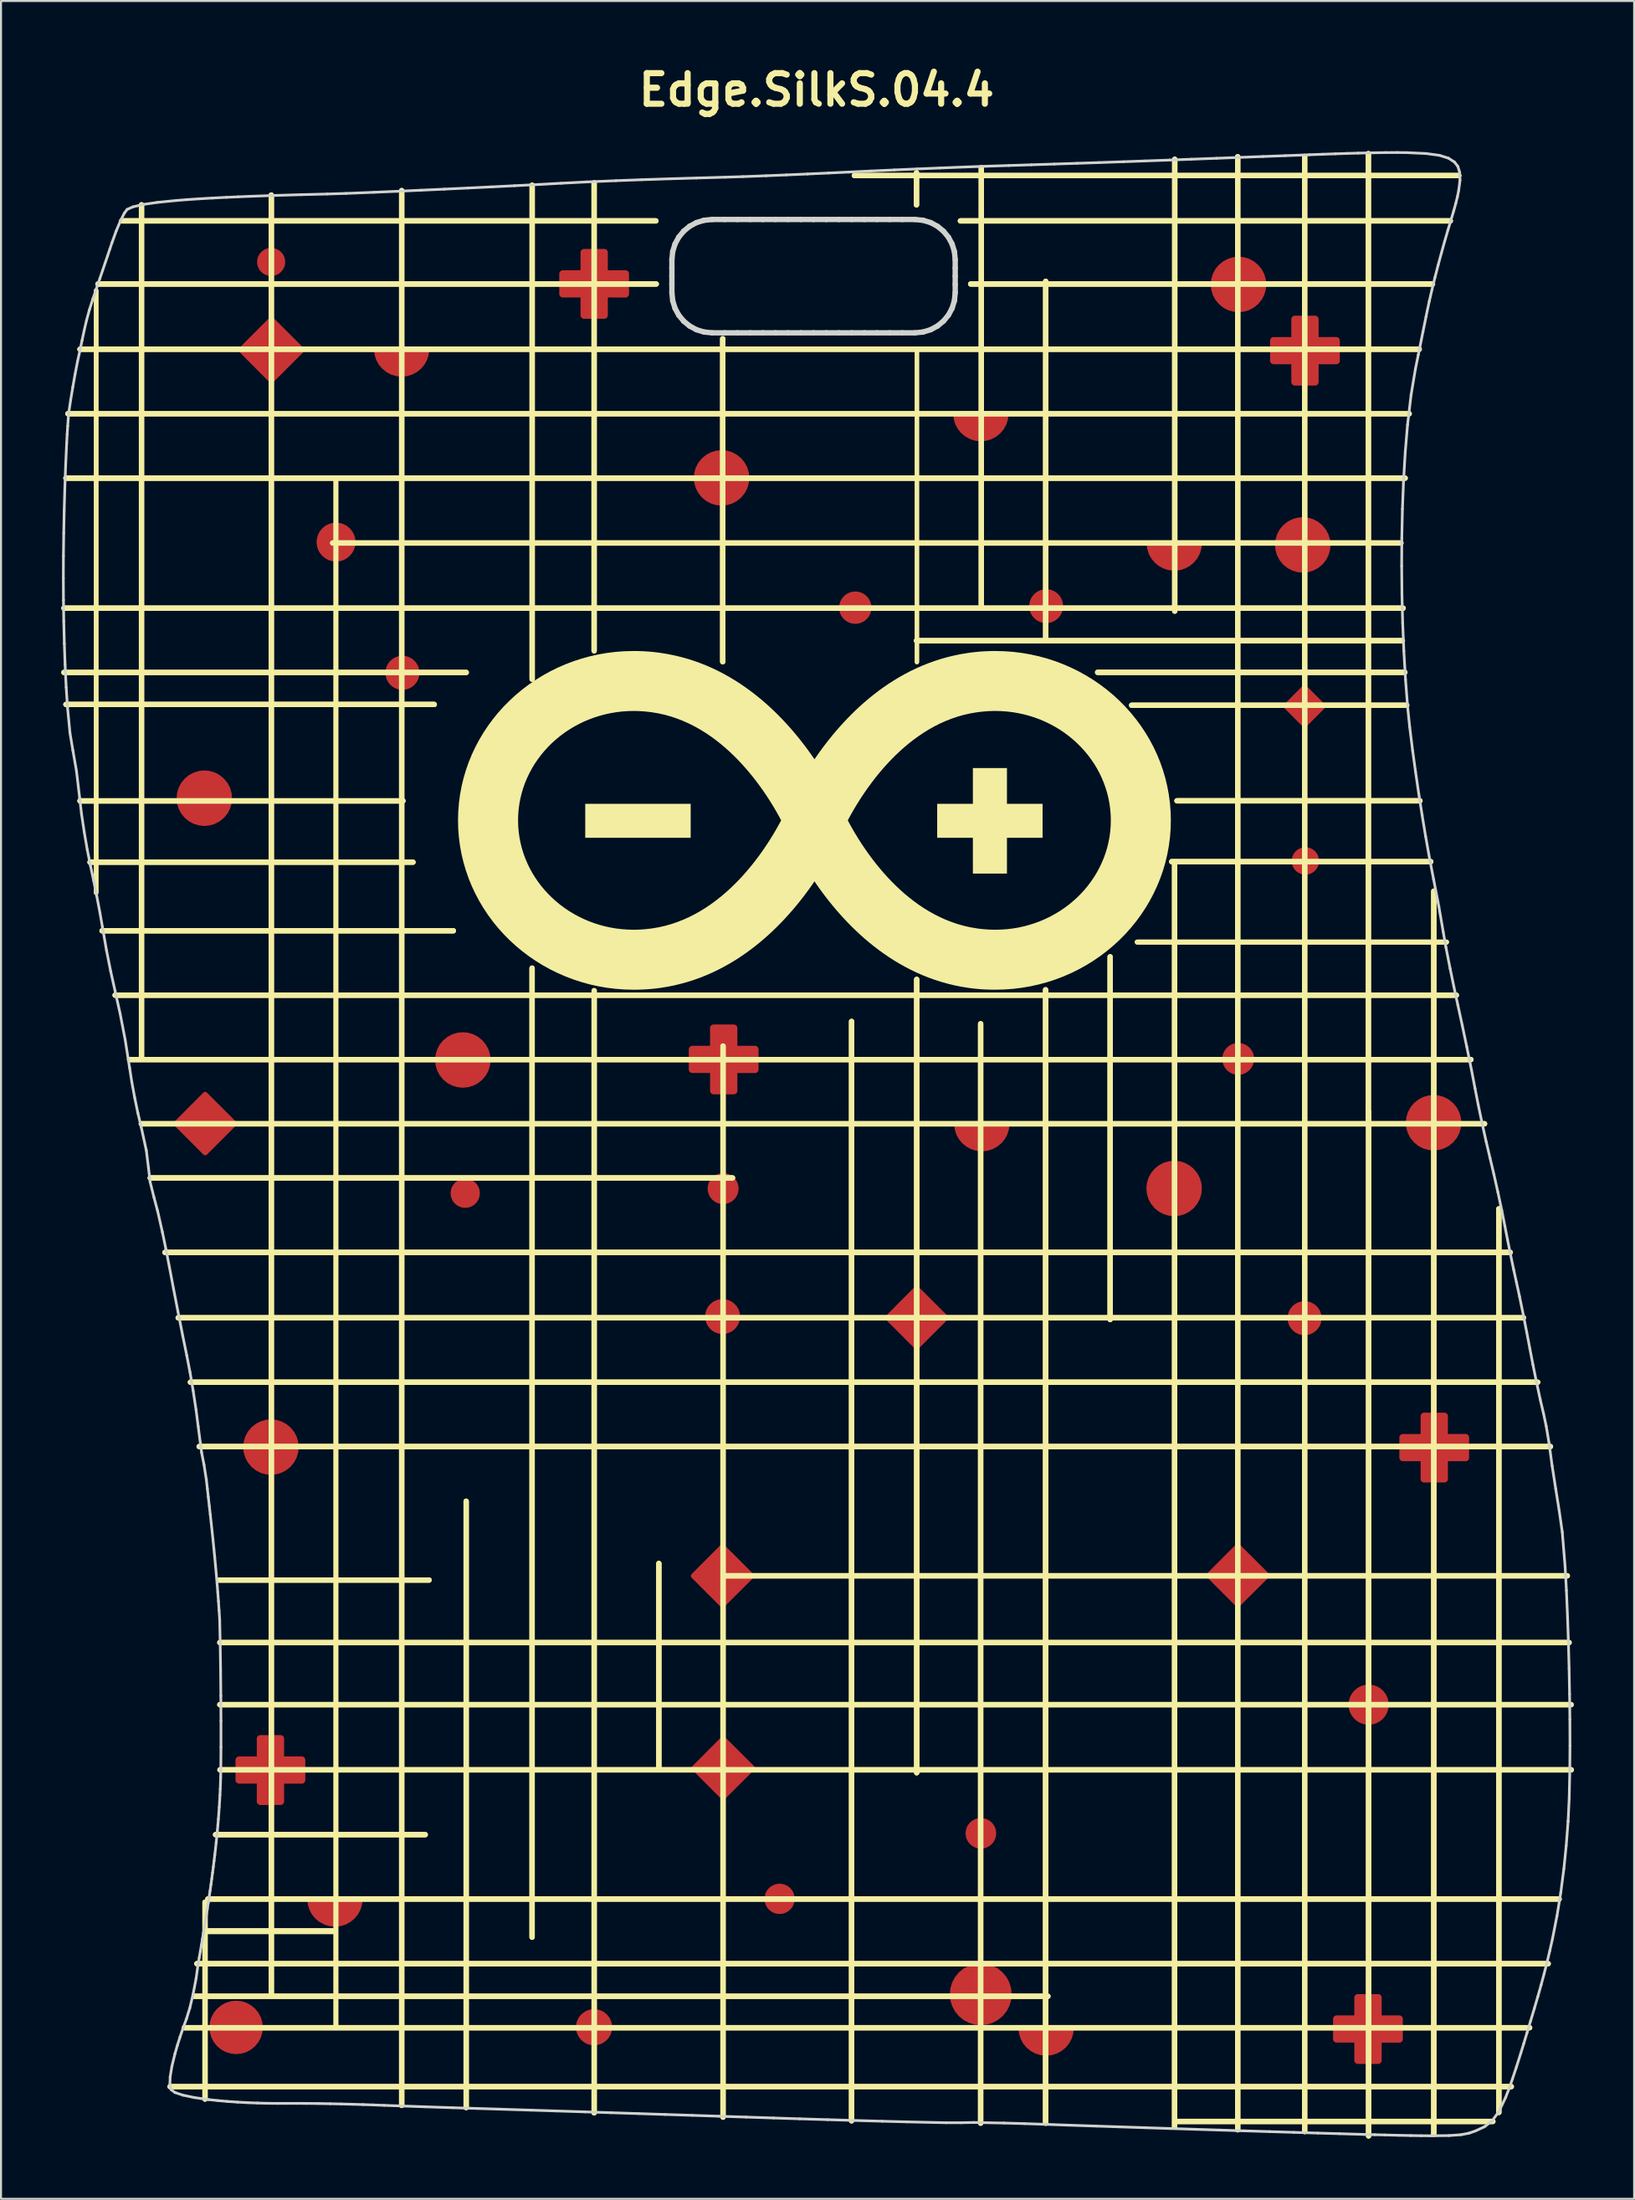
<source format=kicad_pcb>
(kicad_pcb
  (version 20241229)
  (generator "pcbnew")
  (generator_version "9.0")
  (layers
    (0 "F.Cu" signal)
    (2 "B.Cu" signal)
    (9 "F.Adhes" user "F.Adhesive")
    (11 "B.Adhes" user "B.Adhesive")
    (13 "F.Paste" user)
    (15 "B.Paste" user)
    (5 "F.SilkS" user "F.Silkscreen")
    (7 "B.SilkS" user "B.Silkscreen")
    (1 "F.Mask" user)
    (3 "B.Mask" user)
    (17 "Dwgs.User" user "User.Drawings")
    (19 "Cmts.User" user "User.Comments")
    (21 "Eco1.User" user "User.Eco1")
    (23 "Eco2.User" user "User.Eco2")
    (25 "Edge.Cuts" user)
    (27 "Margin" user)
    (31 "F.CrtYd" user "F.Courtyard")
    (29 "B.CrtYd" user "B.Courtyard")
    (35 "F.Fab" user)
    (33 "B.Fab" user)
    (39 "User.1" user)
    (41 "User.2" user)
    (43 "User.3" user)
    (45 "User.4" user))
  (footprint "Edge.SilkS.04.4"
    (layer "F.Cu")
    (at 37.62 53.898)
    (property "Reference" "Edge.SilkS.04.4" (at 0 -52.471 0) (layer "F.SilkS") (effects (font (size 1.524 1.524) (thickness 0.305))))
    (attr smd)
    (fp_poly (pts (xy 24.341 8.602) (xy 24.23 8.602) (xy 24.23 8.758) (xy 24.341 8.758) (xy 24.341 8.602)) (stroke (width 0) (type solid)) (fill yes) (layer "F.Cu"))
    (fp_poly (pts (xy -23.989 38.88) (xy -23.735 38.854) (xy -23.499 38.78) (xy -23.286 38.664) (xy -23.1 38.51) (xy -22.947 38.325) (xy -22.832 38.111) (xy -22.759 37.876) (xy -22.733 37.624) (xy -23.047 37.624) (xy -23.36 37.624) (xy -23.673 37.625) (xy -23.987 37.625) (xy -24.3 37.625) (xy -24.614 37.625) (xy -24.927 37.626) (xy -25.24 37.626) (xy -25.216 37.878) (xy -25.144 38.112) (xy -25.03 38.325) (xy -24.877 38.51) (xy -24.691 38.662) (xy -24.478 38.778) (xy -24.242 38.852) (xy -23.989 38.879) (xy -23.989 38.88)) (stroke (width 0.248) (type solid)) (fill yes) (layer "F.Cu"))
    (fp_poly (pts (xy -20.667 -38.313) (xy -20.413 -38.339) (xy -20.177 -38.413) (xy -19.964 -38.529) (xy -19.778 -38.683) (xy -19.625 -38.869) (xy -19.509 -39.082) (xy -19.437 -39.317) (xy -19.411 -39.57) (xy -19.724 -39.569) (xy -20.038 -39.569) (xy -20.351 -39.569) (xy -20.664 -39.569) (xy -20.978 -39.568) (xy -21.291 -39.568) (xy -21.605 -39.568) (xy -21.918 -39.568) (xy -21.894 -39.316) (xy -21.822 -39.081) (xy -21.707 -38.869) (xy -21.554 -38.684) (xy -21.369 -38.531) (xy -21.156 -38.415) (xy -20.92 -38.341) (xy -20.666 -38.314) (xy -20.667 -38.313)) (stroke (width 0.248) (type solid)) (fill yes) (layer "F.Cu"))
    (fp_poly (pts (xy 8.182 -35.094) (xy 8.435 -35.12) (xy 8.671 -35.194) (xy 8.885 -35.31) (xy 9.07 -35.464) (xy 9.223 -35.65) (xy 9.339 -35.863) (xy 9.412 -36.098) (xy 9.437 -36.351) (xy 9.124 -36.35) (xy 8.811 -36.35) (xy 8.497 -36.35) (xy 8.184 -36.35) (xy 7.871 -36.349) (xy 7.557 -36.349) (xy 7.244 -36.349) (xy 6.931 -36.348) (xy 6.954 -36.097) (xy 7.026 -35.862) (xy 7.141 -35.65) (xy 7.294 -35.465) (xy 7.479 -35.312) (xy 7.693 -35.196) (xy 7.929 -35.122) (xy 8.182 -35.095) (xy 8.182 -35.094)) (stroke (width 0.248) (type solid)) (fill yes) (layer "F.Cu"))
    (fp_poly (pts (xy 8.23 0.267) (xy 8.483 0.241) (xy 8.719 0.167) (xy 8.932 0.051) (xy 9.118 -0.103) (xy 9.271 -0.288) (xy 9.387 -0.502) (xy 9.46 -0.737) (xy 9.485 -0.989) (xy 9.172 -0.989) (xy 8.858 -0.989) (xy 8.545 -0.988) (xy 8.232 -0.988) (xy 7.918 -0.988) (xy 7.605 -0.988) (xy 7.292 -0.987) (xy 6.978 -0.987) (xy 7.002 -0.735) (xy 7.074 -0.501) (xy 7.189 -0.289) (xy 7.342 -0.103) (xy 7.527 0.049) (xy 7.74 0.165) (xy 7.976 0.239) (xy 8.23 0.266) (xy 8.23 0.267)) (stroke (width 0.248) (type solid)) (fill yes) (layer "F.Cu"))
    (fp_poly (pts (xy 11.432 45.305) (xy 11.686 45.279) (xy 11.922 45.205) (xy 12.135 45.089) (xy 12.321 44.936) (xy 12.474 44.75) (xy 12.589 44.536) (xy 12.662 44.301) (xy 12.688 44.049) (xy 12.374 44.049) (xy 12.061 44.049) (xy 11.748 44.05) (xy 11.434 44.05) (xy 11.121 44.05) (xy 10.808 44.05) (xy 10.494 44.051) (xy 10.181 44.051) (xy 10.205 44.303) (xy 10.277 44.537) (xy 10.392 44.75) (xy 10.544 44.935) (xy 10.73 45.088) (xy 10.943 45.203) (xy 11.179 45.277) (xy 11.432 45.304) (xy 11.432 45.305)) (stroke (width 0.248) (type solid)) (fill yes) (layer "F.Cu"))
    (fp_poly (pts (xy 17.815 -28.649) (xy 18.069 -28.675) (xy 18.305 -28.749) (xy 18.518 -28.865) (xy 18.703 -29.019) (xy 18.857 -29.205) (xy 18.972 -29.418) (xy 19.045 -29.653) (xy 19.07 -29.906) (xy 18.757 -29.905) (xy 18.444 -29.905) (xy 18.13 -29.905) (xy 17.817 -29.905) (xy 17.504 -29.904) (xy 17.19 -29.904) (xy 16.877 -29.904) (xy 16.564 -29.903) (xy 16.588 -29.652) (xy 16.659 -29.417) (xy 16.774 -29.205) (xy 16.927 -29.02) (xy 17.113 -28.867) (xy 17.326 -28.751) (xy 17.562 -28.677) (xy 17.815 -28.65) (xy 17.815 -28.649)) (stroke (width 0.248) (type solid)) (fill yes) (layer "F.Cu"))
    (fp_poly (pts (xy -31.904 -0.991) (xy -31.722 -0.809) (xy -31.541 -0.627) (xy -31.36 -0.445) (xy -31.178 -0.263) (xy -30.997 -0.081) (xy -30.815 0.101) (xy -30.634 0.283) (xy -30.452 0.465) (xy -30.27 0.283) (xy -30.088 0.101) (xy -29.906 -0.081) (xy -29.723 -0.263) (xy -29.541 -0.445) (xy -29.359 -0.627) (xy -29.177 -0.809) (xy -28.995 -0.991) (xy -29.177 -1.173) (xy -29.359 -1.355) (xy -29.541 -1.537) (xy -29.723 -1.719) (xy -29.906 -1.901) (xy -30.088 -2.083) (xy -30.27 -2.265) (xy -30.452 -2.447) (xy -30.634 -2.265) (xy -30.815 -2.083) (xy -30.997 -1.901) (xy -31.178 -1.719) (xy -31.36 -1.537) (xy -31.541 -1.355) (xy -31.722 -1.173) (xy -31.904 -0.991)) (stroke (width 0.248) (type solid)) (fill yes) (layer "F.Cu"))
    (fp_poly (pts (xy -28.646 -39.521) (xy -28.46 -39.334) (xy -28.273 -39.146) (xy -28.087 -38.959) (xy -27.9 -38.771) (xy -27.713 -38.584) (xy -27.527 -38.396) (xy -27.34 -38.209) (xy -27.154 -38.021) (xy -26.966 -38.209) (xy -26.778 -38.396) (xy -26.591 -38.584) (xy -26.403 -38.771) (xy -26.216 -38.959) (xy -26.028 -39.146) (xy -25.84 -39.334) (xy -25.653 -39.521) (xy -25.84 -39.708) (xy -26.028 -39.895) (xy -26.216 -40.082) (xy -26.403 -40.269) (xy -26.591 -40.456) (xy -26.778 -40.643) (xy -26.966 -40.83) (xy -27.154 -41.017) (xy -27.34 -40.83) (xy -27.527 -40.643) (xy -27.713 -40.456) (xy -27.9 -40.269) (xy -28.087 -40.082) (xy -28.273 -39.895) (xy -28.46 -39.708) (xy -28.646 -39.521)) (stroke (width 0.287) (type solid)) (fill yes) (layer "F.Cu"))
    (fp_poly (pts (xy -6.138 21.533) (xy -5.956 21.715) (xy -5.775 21.897) (xy -5.593 22.079) (xy -5.412 22.261) (xy -5.23 22.443) (xy -5.049 22.625) (xy -4.868 22.807) (xy -4.686 22.989) (xy -4.504 22.807) (xy -4.322 22.625) (xy -4.14 22.443) (xy -3.957 22.261) (xy -3.775 22.079) (xy -3.593 21.897) (xy -3.411 21.715) (xy -3.228 21.533) (xy -3.411 21.351) (xy -3.593 21.169) (xy -3.775 20.987) (xy -3.957 20.805) (xy -4.14 20.623) (xy -4.322 20.441) (xy -4.504 20.259) (xy -4.686 20.077) (xy -4.868 20.259) (xy -5.049 20.441) (xy -5.23 20.623) (xy -5.412 20.805) (xy -5.593 20.987) (xy -5.775 21.169) (xy -5.956 21.351) (xy -6.138 21.533)) (stroke (width 0.248) (type solid)) (fill yes) (layer "F.Cu"))
    (fp_poly (pts (xy -6.103 31.103) (xy -5.922 31.285) (xy -5.741 31.467) (xy -5.559 31.649) (xy -5.378 31.831) (xy -5.196 32.013) (xy -5.015 32.195) (xy -4.833 32.377) (xy -4.652 32.559) (xy -4.47 32.377) (xy -4.287 32.195) (xy -4.105 32.013) (xy -3.923 31.831) (xy -3.741 31.649) (xy -3.559 31.467) (xy -3.376 31.285) (xy -3.194 31.103) (xy -3.376 30.921) (xy -3.559 30.739) (xy -3.741 30.557) (xy -3.923 30.375) (xy -4.105 30.193) (xy -4.287 30.011) (xy -4.47 29.829) (xy -4.652 29.646) (xy -4.833 29.829) (xy -5.015 30.011) (xy -5.196 30.193) (xy -5.378 30.375) (xy -5.559 30.557) (xy -5.741 30.739) (xy -5.922 30.921) (xy -6.103 31.103)) (stroke (width 0.248) (type solid)) (fill yes) (layer "F.Cu"))
    (fp_poly (pts (xy -4.609 8.602) (xy -4.623 8.602) (xy -4.637 8.602) (xy -4.651 8.602) (xy -4.665 8.602) (xy -4.678 8.602) (xy -4.692 8.602) (xy -4.706 8.602) (xy -4.72 8.602) (xy -4.72 8.622) (xy -4.72 8.641) (xy -4.72 8.661) (xy -4.72 8.68) (xy -4.72 8.699) (xy -4.72 8.719) (xy -4.72 8.738) (xy -4.72 8.758) (xy -4.706 8.758) (xy -4.692 8.758) (xy -4.678 8.758) (xy -4.665 8.758) (xy -4.651 8.758) (xy -4.637 8.758) (xy -4.623 8.758) (xy -4.609 8.758) (xy -4.609 8.738) (xy -4.609 8.719) (xy -4.609 8.699) (xy -4.609 8.68) (xy -4.609 8.661) (xy -4.609 8.641) (xy -4.609 8.622) (xy -4.609 8.602)) (stroke (width 0.11) (type solid)) (fill yes) (layer "F.Cu"))
    (fp_poly (pts (xy -4.609 -39.611) (xy -4.622 -39.611) (xy -4.636 -39.611) (xy -4.65 -39.611) (xy -4.664 -39.611) (xy -4.678 -39.611) (xy -4.692 -39.611) (xy -4.706 -39.611) (xy -4.72 -39.611) (xy -4.72 -39.597) (xy -4.72 -39.584) (xy -4.72 -39.57) (xy -4.72 -39.556) (xy -4.72 -39.543) (xy -4.72 -39.529) (xy -4.72 -39.515) (xy -4.72 -39.502) (xy -4.706 -39.502) (xy -4.692 -39.502) (xy -4.678 -39.502) (xy -4.664 -39.502) (xy -4.65 -39.502) (xy -4.636 -39.502) (xy -4.622 -39.502) (xy -4.609 -39.502) (xy -4.609 -39.515) (xy -4.609 -39.529) (xy -4.609 -39.543) (xy -4.609 -39.556) (xy -4.609 -39.57) (xy -4.609 -39.584) (xy -4.609 -39.597) (xy -4.609 -39.611)) (stroke (width 0.11) (type solid)) (fill yes) (layer "F.Cu"))
    (fp_poly (pts (xy 3.534 8.677) (xy 3.715 8.859) (xy 3.897 9.041) (xy 4.078 9.223) (xy 4.26 9.405) (xy 4.441 9.587) (xy 4.623 9.769) (xy 4.804 9.95) (xy 4.985 10.132) (xy 5.168 9.95) (xy 5.35 9.769) (xy 5.532 9.587) (xy 5.714 9.405) (xy 5.897 9.223) (xy 6.079 9.041) (xy 6.261 8.859) (xy 6.443 8.677) (xy 6.261 8.495) (xy 6.079 8.313) (xy 5.897 8.13) (xy 5.714 7.948) (xy 5.532 7.766) (xy 5.35 7.584) (xy 5.168 7.402) (xy 4.985 7.22) (xy 4.804 7.402) (xy 4.623 7.584) (xy 4.441 7.766) (xy 4.26 7.948) (xy 4.078 8.13) (xy 3.897 8.313) (xy 3.715 8.495) (xy 3.534 8.677)) (stroke (width 0.248) (type solid)) (fill yes) (layer "F.Cu"))
    (fp_poly (pts (xy 8.24 -1.002) (xy 8.226 -1.002) (xy 8.212 -1.002) (xy 8.198 -1.002) (xy 8.184 -1.002) (xy 8.17 -1.002) (xy 8.156 -1.002) (xy 8.142 -1.002) (xy 8.128 -1.002) (xy 8.128 -0.988) (xy 8.128 -0.974) (xy 8.128 -0.961) (xy 8.128 -0.947) (xy 8.128 -0.933) (xy 8.128 -0.919) (xy 8.128 -0.905) (xy 8.128 -0.891) (xy 8.142 -0.891) (xy 8.156 -0.891) (xy 8.17 -0.891) (xy 8.184 -0.891) (xy 8.198 -0.891) (xy 8.212 -0.891) (xy 8.226 -0.891) (xy 8.24 -0.891) (xy 8.24 -0.905) (xy 8.24 -0.919) (xy 8.24 -0.933) (xy 8.24 -0.947) (xy 8.24 -0.961) (xy 8.24 -0.974) (xy 8.24 -0.988) (xy 8.24 -1.002)) (stroke (width 0.11) (type solid)) (fill yes) (layer "F.Cu"))
    (fp_poly (pts (xy 8.256 -36.396) (xy 8.242 -36.396) (xy 8.228 -36.396) (xy 8.214 -36.396) (xy 8.2 -36.396) (xy 8.186 -36.396) (xy 8.172 -36.396) (xy 8.158 -36.396) (xy 8.144 -36.396) (xy 8.144 -36.382) (xy 8.144 -36.368) (xy 8.144 -36.354) (xy 8.144 -36.341) (xy 8.144 -36.327) (xy 8.144 -36.313) (xy 8.144 -36.299) (xy 8.144 -36.286) (xy 8.158 -36.286) (xy 8.172 -36.286) (xy 8.186 -36.286) (xy 8.2 -36.286) (xy 8.214 -36.286) (xy 8.228 -36.286) (xy 8.242 -36.286) (xy 8.256 -36.286) (xy 8.256 -36.299) (xy 8.256 -36.313) (xy 8.256 -36.327) (xy 8.256 -36.341) (xy 8.256 -36.354) (xy 8.256 -36.368) (xy 8.256 -36.382) (xy 8.256 -36.396)) (stroke (width 0.11) (type solid)) (fill yes) (layer "F.Cu"))
    (fp_poly (pts (xy 11.003 -26.328) (xy 10.924 -26.424) (xy 10.868 -26.531) (xy 10.835 -26.644) (xy 10.824 -26.761) (xy 10.835 -26.878) (xy 10.868 -26.992) (xy 10.924 -27.098) (xy 11.003 -27.195) (xy 11.098 -27.273) (xy 11.205 -27.329) (xy 11.318 -27.362) (xy 11.435 -27.373) (xy 11.552 -27.362) (xy 11.665 -27.329) (xy 11.772 -27.273) (xy 11.868 -27.195) (xy 11.946 -27.099) (xy 12.002 -26.993) (xy 12.036 -26.879) (xy 12.047 -26.762) (xy 12.036 -26.645) (xy 12.002 -26.532) (xy 11.946 -26.425) (xy 11.868 -26.328) (xy 11.772 -26.25) (xy 11.665 -26.194) (xy 11.552 -26.16) (xy 11.435 -26.149) (xy 11.319 -26.16) (xy 11.205 -26.194) (xy 11.099 -26.25) (xy 11.003 -26.328)) (stroke (width 0.467) (type solid)) (fill yes) (layer "F.Cu"))
    (fp_poly (pts (xy 19.53 21.508) (xy 19.712 21.69) (xy 19.893 21.872) (xy 20.075 22.054) (xy 20.256 22.236) (xy 20.437 22.418) (xy 20.619 22.599) (xy 20.8 22.781) (xy 20.982 22.963) (xy 21.164 22.781) (xy 21.346 22.599) (xy 21.528 22.418) (xy 21.711 22.236) (xy 21.893 22.054) (xy 22.075 21.872) (xy 22.257 21.69) (xy 22.44 21.508) (xy 22.257 21.326) (xy 22.075 21.144) (xy 21.893 20.961) (xy 21.711 20.779) (xy 21.528 20.597) (xy 21.346 20.415) (xy 21.164 20.233) (xy 20.982 20.051) (xy 20.8 20.233) (xy 20.619 20.415) (xy 20.437 20.597) (xy 20.256 20.779) (xy 20.075 20.961) (xy 19.893 21.144) (xy 19.712 21.326) (xy 19.53 21.508)) (stroke (width 0.248) (type solid)) (fill yes) (layer "F.Cu"))
    (fp_poly (pts (xy 23.334 -21.78) (xy 23.455 -21.658) (xy 23.577 -21.536) (xy 23.698 -21.414) (xy 23.819 -21.292) (xy 23.94 -21.171) (xy 24.061 -21.049) (xy 24.182 -20.927) (xy 24.304 -20.805) (xy 24.426 -20.927) (xy 24.548 -21.049) (xy 24.669 -21.171) (xy 24.791 -21.292) (xy 24.913 -21.414) (xy 25.035 -21.536) (xy 25.157 -21.658) (xy 25.279 -21.78) (xy 25.157 -21.902) (xy 25.035 -22.023) (xy 24.913 -22.145) (xy 24.791 -22.267) (xy 24.669 -22.388) (xy 24.548 -22.51) (xy 24.426 -22.632) (xy 24.304 -22.753) (xy 24.182 -22.632) (xy 24.061 -22.51) (xy 23.94 -22.388) (xy 23.819 -22.267) (xy 23.698 -22.145) (xy 23.577 -22.023) (xy 23.455 -21.902) (xy 23.334 -21.78)) (stroke (width 0.186) (type solid)) (fill yes) (layer "F.Cu"))
    (fp_poly (pts (xy 24.423 -14.099) (xy 24.409 -14.099) (xy 24.395 -14.099) (xy 24.381 -14.099) (xy 24.368 -14.099) (xy 24.354 -14.099) (xy 24.34 -14.099) (xy 24.326 -14.099) (xy 24.312 -14.099) (xy 24.312 -14.085) (xy 24.312 -14.071) (xy 24.312 -14.057) (xy 24.312 -14.044) (xy 24.312 -14.03) (xy 24.312 -14.016) (xy 24.312 -14.002) (xy 24.312 -13.989) (xy 24.326 -13.989) (xy 24.34 -13.989) (xy 24.354 -13.989) (xy 24.368 -13.989) (xy 24.381 -13.989) (xy 24.395 -13.989) (xy 24.409 -13.989) (xy 24.423 -13.989) (xy 24.423 -14.002) (xy 24.423 -14.016) (xy 24.423 -14.03) (xy 24.423 -14.044) (xy 24.423 -14.057) (xy 24.423 -14.071) (xy 24.423 -14.085) (xy 24.423 -14.099)) (stroke (width 0.11) (type solid)) (fill yes) (layer "F.Cu"))
    (fp_poly (pts (xy -31.393 -18.095) (xy -31.556 -17.896) (xy -31.673 -17.676) (xy -31.743 -17.44) (xy -31.766 -17.198) (xy -31.743 -16.955) (xy -31.673 -16.719) (xy -31.556 -16.497) (xy -31.393 -16.296) (xy -31.192 -16.133) (xy -30.97 -16.017) (xy -30.734 -15.948) (xy -30.491 -15.924) (xy -30.248 -15.948) (xy -30.013 -16.017) (xy -29.792 -16.133) (xy -29.593 -16.296) (xy -29.429 -16.496) (xy -29.312 -16.717) (xy -29.242 -16.953) (xy -29.219 -17.196) (xy -29.242 -17.439) (xy -29.312 -17.675) (xy -29.429 -17.896) (xy -29.593 -18.095) (xy -29.793 -18.26) (xy -30.014 -18.377) (xy -30.25 -18.447) (xy -30.492 -18.47) (xy -30.735 -18.446) (xy -30.971 -18.376) (xy -31.192 -18.259) (xy -31.393 -18.095) (xy -31.393 -18.095)) (stroke (width 0.217) (type solid)) (fill yes) (layer "F.Cu"))
    (fp_poly (pts (xy -29.776 43.155) (xy -29.933 43.347) (xy -30.045 43.559) (xy -30.113 43.785) (xy -30.135 44.019) (xy -30.113 44.253) (xy -30.045 44.48) (xy -29.933 44.693) (xy -29.776 44.886) (xy -29.583 45.043) (xy -29.37 45.155) (xy -29.142 45.222) (xy -28.908 45.244) (xy -28.675 45.222) (xy -28.448 45.155) (xy -28.236 45.043) (xy -28.044 44.886) (xy -27.887 44.694) (xy -27.774 44.481) (xy -27.707 44.254) (xy -27.684 44.02) (xy -27.707 43.786) (xy -27.774 43.559) (xy -27.887 43.347) (xy -28.044 43.155) (xy -28.237 42.997) (xy -28.449 42.884) (xy -28.676 42.817) (xy -28.91 42.795) (xy -29.143 42.818) (xy -29.37 42.885) (xy -29.583 42.998) (xy -29.776 43.155) (xy -29.776 43.155)) (stroke (width 0.209) (type solid)) (fill yes) (layer "F.Cu"))
    (fp_poly (pts (xy -28.075 14.22) (xy -28.239 14.419) (xy -28.355 14.64) (xy -28.426 14.875) (xy -28.449 15.118) (xy -28.426 15.36) (xy -28.355 15.596) (xy -28.239 15.818) (xy -28.075 16.019) (xy -27.875 16.182) (xy -27.653 16.298) (xy -27.417 16.368) (xy -27.174 16.391) (xy -26.931 16.368) (xy -26.695 16.298) (xy -26.475 16.182) (xy -26.276 16.019) (xy -26.112 15.82) (xy -25.995 15.598) (xy -25.925 15.362) (xy -25.902 15.119) (xy -25.925 14.876) (xy -25.995 14.64) (xy -26.112 14.419) (xy -26.276 14.22) (xy -26.476 14.056) (xy -26.697 13.939) (xy -26.933 13.869) (xy -27.175 13.846) (xy -27.418 13.869) (xy -27.654 13.94) (xy -27.875 14.057) (xy -28.075 14.22) (xy -28.075 14.22)) (stroke (width 0.217) (type solid)) (fill yes) (layer "F.Cu"))
    (fp_poly (pts (xy -27.589 -44.324) (xy -27.665 -44.231) (xy -27.72 -44.127) (xy -27.752 -44.017) (xy -27.763 -43.903) (xy -27.752 -43.789) (xy -27.72 -43.678) (xy -27.665 -43.574) (xy -27.589 -43.48) (xy -27.495 -43.404) (xy -27.39 -43.349) (xy -27.28 -43.316) (xy -27.165 -43.305) (xy -27.051 -43.316) (xy -26.941 -43.349) (xy -26.837 -43.404) (xy -26.744 -43.48) (xy -26.667 -43.574) (xy -26.612 -43.677) (xy -26.579 -43.788) (xy -26.568 -43.902) (xy -26.579 -44.016) (xy -26.612 -44.127) (xy -26.667 -44.231) (xy -26.744 -44.324) (xy -26.838 -44.401) (xy -26.942 -44.456) (xy -27.052 -44.489) (xy -27.166 -44.499) (xy -27.28 -44.488) (xy -27.391 -44.455) (xy -27.495 -44.4) (xy -27.589 -44.324) (xy -27.589 -44.324)) (stroke (width 0.204) (type solid)) (fill yes) (layer "F.Cu"))
    (fp_poly (pts (xy -24.519 -30.537) (xy -24.625 -30.407) (xy -24.7 -30.263) (xy -24.745 -30.11) (xy -24.76 -29.952) (xy -24.745 -29.794) (xy -24.7 -29.64) (xy -24.625 -29.496) (xy -24.519 -29.366) (xy -24.389 -29.26) (xy -24.244 -29.184) (xy -24.091 -29.138) (xy -23.933 -29.123) (xy -23.775 -29.138) (xy -23.621 -29.184) (xy -23.478 -29.26) (xy -23.349 -29.366) (xy -23.242 -29.496) (xy -23.165 -29.64) (xy -23.119 -29.793) (xy -23.104 -29.951) (xy -23.119 -30.11) (xy -23.165 -30.263) (xy -23.242 -30.407) (xy -23.349 -30.537) (xy -23.479 -30.643) (xy -23.622 -30.719) (xy -23.776 -30.764) (xy -23.934 -30.779) (xy -24.091 -30.763) (xy -24.245 -30.718) (xy -24.389 -30.642) (xy -24.519 -30.537) (xy -24.519 -30.537)) (stroke (width 0.283) (type solid)) (fill yes) (layer "F.Cu"))
    (fp_poly (pts (xy -20.109 -23.96) (xy -20.224 -24.054) (xy -20.351 -24.12) (xy -20.487 -24.161) (xy -20.627 -24.174) (xy -20.766 -24.16) (xy -20.902 -24.12) (xy -21.029 -24.053) (xy -21.145 -23.96) (xy -21.239 -23.845) (xy -21.306 -23.717) (xy -21.346 -23.581) (xy -21.359 -23.441) (xy -21.346 -23.301) (xy -21.306 -23.165) (xy -21.239 -23.038) (xy -21.145 -22.922) (xy -21.029 -22.828) (xy -20.902 -22.761) (xy -20.766 -22.721) (xy -20.626 -22.708) (xy -20.486 -22.721) (xy -20.35 -22.761) (xy -20.223 -22.828) (xy -20.109 -22.922) (xy -20.015 -23.037) (xy -19.948 -23.165) (xy -19.907 -23.301) (xy -19.894 -23.441) (xy -19.907 -23.581) (xy -19.948 -23.717) (xy -20.015 -23.845) (xy -20.109 -23.96) (xy -20.109 -23.96)) (stroke (width 0.231) (type solid)) (fill yes) (layer "F.Cu"))
    (fp_poly (pts (xy -18.518 -5.059) (xy -18.682 -4.86) (xy -18.798 -4.64) (xy -18.868 -4.404) (xy -18.892 -4.162) (xy -18.868 -3.919) (xy -18.798 -3.683) (xy -18.682 -3.461) (xy -18.518 -3.26) (xy -18.318 -3.097) (xy -18.096 -2.981) (xy -17.86 -2.911) (xy -17.617 -2.888) (xy -17.374 -2.911) (xy -17.138 -2.981) (xy -16.918 -3.097) (xy -16.719 -3.26) (xy -16.555 -3.46) (xy -16.438 -3.681) (xy -16.368 -3.917) (xy -16.345 -4.16) (xy -16.368 -4.403) (xy -16.438 -4.639) (xy -16.555 -4.86) (xy -16.719 -5.059) (xy -16.919 -5.223) (xy -17.14 -5.34) (xy -17.375 -5.41) (xy -17.618 -5.433) (xy -17.861 -5.41) (xy -18.097 -5.339) (xy -18.318 -5.223) (xy -18.518 -5.059) (xy -18.518 -5.059)) (stroke (width 0.217) (type solid)) (fill yes) (layer "F.Cu"))
    (fp_poly (pts (xy -17.872 2.848) (xy -17.94 2.766) (xy -17.988 2.674) (xy -18.017 2.576) (xy -18.027 2.475) (xy -18.017 2.375) (xy -17.988 2.277) (xy -17.94 2.185) (xy -17.872 2.102) (xy -17.789 2.035) (xy -17.698 1.986) (xy -17.6 1.957) (xy -17.499 1.948) (xy -17.399 1.957) (xy -17.301 1.986) (xy -17.209 2.035) (xy -17.126 2.102) (xy -17.059 2.185) (xy -17.01 2.276) (xy -16.981 2.374) (xy -16.972 2.475) (xy -16.981 2.576) (xy -17.01 2.674) (xy -17.059 2.766) (xy -17.126 2.848) (xy -17.209 2.916) (xy -17.301 2.964) (xy -17.399 2.993) (xy -17.499 3.003) (xy -17.6 2.993) (xy -17.698 2.964) (xy -17.789 2.916) (xy -17.872 2.848) (xy -17.872 2.848)) (stroke (width 0.402) (type solid)) (fill yes) (layer "F.Cu"))
    (fp_poly (pts (xy -11.627 43.465) (xy -11.725 43.586) (xy -11.796 43.719) (xy -11.838 43.862) (xy -11.852 44.009) (xy -11.838 44.156) (xy -11.796 44.298) (xy -11.725 44.432) (xy -11.627 44.553) (xy -11.506 44.651) (xy -11.372 44.722) (xy -11.23 44.764) (xy -11.083 44.778) (xy -10.936 44.764) (xy -10.793 44.722) (xy -10.66 44.651) (xy -10.539 44.553) (xy -10.44 44.432) (xy -10.369 44.299) (xy -10.327 44.156) (xy -10.312 44.009) (xy -10.327 43.862) (xy -10.369 43.719) (xy -10.44 43.586) (xy -10.539 43.465) (xy -10.66 43.366) (xy -10.794 43.296) (xy -10.937 43.254) (xy -11.084 43.24) (xy -11.23 43.255) (xy -11.373 43.297) (xy -11.506 43.367) (xy -11.627 43.465) (xy -11.627 43.465)) (stroke (width 0.263) (type solid)) (fill yes) (layer "F.Cu"))
    (fp_poly (pts (xy -5.632 -34.048) (xy -5.795 -33.849) (xy -5.912 -33.628) (xy -5.982 -33.393) (xy -6.005 -33.15) (xy -5.982 -32.907) (xy -5.912 -32.671) (xy -5.795 -32.449) (xy -5.632 -32.248) (xy -5.432 -32.086) (xy -5.21 -31.97) (xy -4.974 -31.9) (xy -4.73 -31.877) (xy -4.487 -31.9) (xy -4.252 -31.97) (xy -4.031 -32.086) (xy -3.832 -32.248) (xy -3.669 -32.448) (xy -3.552 -32.669) (xy -3.482 -32.905) (xy -3.458 -33.149) (xy -3.482 -33.392) (xy -3.552 -33.627) (xy -3.669 -33.848) (xy -3.832 -34.048) (xy -4.032 -34.212) (xy -4.254 -34.329) (xy -4.489 -34.399) (xy -4.732 -34.422) (xy -4.975 -34.398) (xy -5.21 -34.328) (xy -5.432 -34.211) (xy -5.632 -34.048) (xy -5.632 -34.048)) (stroke (width 0.217) (type solid)) (fill yes) (layer "F.Cu"))
    (fp_poly (pts (xy -5.208 8.091) (xy -5.303 8.208) (xy -5.371 8.337) (xy -5.412 8.475) (xy -5.426 8.617) (xy -5.412 8.759) (xy -5.371 8.896) (xy -5.303 9.026) (xy -5.208 9.143) (xy -5.091 9.238) (xy -4.962 9.305) (xy -4.824 9.346) (xy -4.682 9.36) (xy -4.54 9.346) (xy -4.403 9.305) (xy -4.274 9.238) (xy -4.157 9.143) (xy -4.062 9.026) (xy -3.993 8.897) (xy -3.952 8.759) (xy -3.938 8.617) (xy -3.952 8.475) (xy -3.993 8.337) (xy -4.062 8.208) (xy -4.157 8.091) (xy -4.274 7.996) (xy -4.404 7.928) (xy -4.541 7.888) (xy -4.683 7.875) (xy -4.825 7.888) (xy -4.962 7.929) (xy -5.091 7.997) (xy -5.208 8.092) (xy -5.208 8.091)) (stroke (width 0.254) (type solid)) (fill yes) (layer "F.Cu"))
    (fp_poly (pts (xy -5.05 2.64) (xy -5.121 2.552) (xy -5.172 2.455) (xy -5.203 2.352) (xy -5.213 2.245) (xy -5.203 2.139) (xy -5.172 2.035) (xy -5.121 1.938) (xy -5.05 1.85) (xy -4.962 1.779) (xy -4.865 1.728) (xy -4.761 1.697) (xy -4.655 1.687) (xy -4.548 1.697) (xy -4.445 1.728) (xy -4.348 1.779) (xy -4.26 1.85) (xy -4.189 1.938) (xy -4.137 2.035) (xy -4.107 2.138) (xy -4.097 2.245) (xy -4.107 2.351) (xy -4.137 2.455) (xy -4.189 2.552) (xy -4.26 2.64) (xy -4.347 2.711) (xy -4.444 2.763) (xy -4.548 2.793) (xy -4.654 2.803) (xy -4.761 2.793) (xy -4.865 2.763) (xy -4.962 2.711) (xy -5.05 2.64) (xy -5.05 2.64)) (stroke (width 0.426) (type solid)) (fill yes) (layer "F.Cu"))
    (fp_poly (pts (xy -2.228 38.004) (xy -2.297 37.918) (xy -2.346 37.823) (xy -2.376 37.722) (xy -2.386 37.618) (xy -2.376 37.514) (xy -2.346 37.413) (xy -2.297 37.318) (xy -2.228 37.233) (xy -2.142 37.163) (xy -2.047 37.113) (xy -1.946 37.083) (xy -1.841 37.072) (xy -1.737 37.082) (xy -1.636 37.112) (xy -1.541 37.162) (xy -1.455 37.232) (xy -1.385 37.317) (xy -1.336 37.412) (xy -1.306 37.513) (xy -1.296 37.617) (xy -1.306 37.721) (xy -1.336 37.822) (xy -1.385 37.916) (xy -1.455 38.001) (xy -1.541 38.072) (xy -1.636 38.122) (xy -1.737 38.152) (xy -1.841 38.163) (xy -1.945 38.153) (xy -2.046 38.124) (xy -2.141 38.074) (xy -2.227 38.004) (xy -2.228 38.004)) (stroke (width 0.416) (type solid)) (fill yes) (layer "F.Cu"))
    (fp_poly (pts (xy 1.442 -27.172) (xy 1.354 -27.065) (xy 1.291 -26.945) (xy 1.253 -26.818) (xy 1.241 -26.686) (xy 1.253 -26.555) (xy 1.291 -26.427) (xy 1.354 -26.308) (xy 1.442 -26.2) (xy 1.55 -26.112) (xy 1.67 -26.049) (xy 1.798 -26.011) (xy 1.929 -25.998) (xy 2.06 -26.011) (xy 2.187 -26.049) (xy 2.307 -26.112) (xy 2.415 -26.2) (xy 2.503 -26.307) (xy 2.566 -26.427) (xy 2.604 -26.555) (xy 2.617 -26.686) (xy 2.604 -26.817) (xy 2.566 -26.945) (xy 2.503 -27.065) (xy 2.415 -27.172) (xy 2.307 -27.261) (xy 2.187 -27.324) (xy 2.06 -27.361) (xy 1.929 -27.373) (xy 1.797 -27.361) (xy 1.67 -27.323) (xy 1.55 -27.26) (xy 1.442 -27.172) (xy 1.442 -27.172)) (stroke (width 0.235) (type solid)) (fill yes) (layer "F.Cu"))
    (fp_poly (pts (xy 7.173 41.366) (xy 6.991 41.588) (xy 6.861 41.834) (xy 6.783 42.096) (xy 6.757 42.366) (xy 6.783 42.637) (xy 6.861 42.9) (xy 6.991 43.148) (xy 7.173 43.372) (xy 7.396 43.553) (xy 7.644 43.682) (xy 7.907 43.76) (xy 8.178 43.786) (xy 8.449 43.76) (xy 8.711 43.682) (xy 8.958 43.553) (xy 9.18 43.372) (xy 9.362 43.149) (xy 9.492 42.902) (xy 9.57 42.639) (xy 9.596 42.367) (xy 9.57 42.097) (xy 9.492 41.834) (xy 9.362 41.588) (xy 9.18 41.366) (xy 8.957 41.183) (xy 8.71 41.052) (xy 8.447 40.974) (xy 8.176 40.948) (xy 7.906 40.975) (xy 7.643 41.053) (xy 7.396 41.184) (xy 7.173 41.366) (xy 7.173 41.366)) (stroke (width 0.242) (type solid)) (fill yes) (layer "F.Cu"))
    (fp_poly (pts (xy 7.794 34.744) (xy 7.723 34.658) (xy 7.672 34.562) (xy 7.642 34.46) (xy 7.632 34.355) (xy 7.642 34.249) (xy 7.672 34.147) (xy 7.723 34.051) (xy 7.794 33.964) (xy 7.88 33.894) (xy 7.976 33.843) (xy 8.078 33.813) (xy 8.184 33.803) (xy 8.289 33.813) (xy 8.391 33.843) (xy 8.487 33.894) (xy 8.574 33.964) (xy 8.644 34.05) (xy 8.695 34.146) (xy 8.726 34.248) (xy 8.736 34.354) (xy 8.727 34.459) (xy 8.696 34.562) (xy 8.646 34.658) (xy 8.574 34.744) (xy 8.488 34.815) (xy 8.392 34.866) (xy 8.29 34.896) (xy 8.185 34.906) (xy 8.079 34.896) (xy 7.977 34.866) (xy 7.881 34.815) (xy 7.794 34.744) (xy 7.794 34.744)) (stroke (width 0.421) (type solid)) (fill yes) (layer "F.Cu"))
    (fp_poly (pts (xy 16.908 1.34) (xy 16.745 1.539) (xy 16.628 1.76) (xy 16.558 1.995) (xy 16.535 2.238) (xy 16.558 2.481) (xy 16.628 2.717) (xy 16.745 2.939) (xy 16.908 3.14) (xy 17.109 3.302) (xy 17.33 3.418) (xy 17.567 3.488) (xy 17.81 3.511) (xy 18.053 3.488) (xy 18.288 3.418) (xy 18.509 3.302) (xy 18.708 3.14) (xy 18.871 2.94) (xy 18.988 2.718) (xy 19.059 2.482) (xy 19.082 2.239) (xy 19.059 1.996) (xy 18.988 1.761) (xy 18.871 1.539) (xy 18.708 1.34) (xy 18.508 1.176) (xy 18.287 1.059) (xy 18.051 0.989) (xy 17.808 0.966) (xy 17.566 0.99) (xy 17.33 1.06) (xy 17.108 1.177) (xy 16.908 1.34) (xy 16.908 1.34)) (stroke (width 0.217) (type solid)) (fill yes) (layer "F.Cu"))
    (fp_poly (pts (xy 20.115 -43.681) (xy 19.951 -43.482) (xy 19.835 -43.261) (xy 19.765 -43.026) (xy 19.741 -42.783) (xy 19.765 -42.54) (xy 19.835 -42.304) (xy 19.951 -42.082) (xy 20.115 -41.881) (xy 20.315 -41.719) (xy 20.537 -41.603) (xy 20.773 -41.533) (xy 21.016 -41.51) (xy 21.259 -41.533) (xy 21.495 -41.603) (xy 21.715 -41.719) (xy 21.914 -41.881) (xy 22.078 -42.081) (xy 22.195 -42.302) (xy 22.265 -42.538) (xy 22.288 -42.782) (xy 22.265 -43.025) (xy 22.195 -43.26) (xy 22.078 -43.482) (xy 21.914 -43.681) (xy 21.714 -43.845) (xy 21.493 -43.962) (xy 21.258 -44.032) (xy 21.015 -44.055) (xy 20.772 -44.031) (xy 20.536 -43.961) (xy 20.315 -43.844) (xy 20.115 -43.681) (xy 20.115 -43.681)) (stroke (width 0.217) (type solid)) (fill yes) (layer "F.Cu"))
    (fp_poly (pts (xy 20.593 -3.807) (xy 20.52 -3.897) (xy 20.468 -3.997) (xy 20.437 -4.104) (xy 20.427 -4.213) (xy 20.437 -4.323) (xy 20.468 -4.43) (xy 20.52 -4.53) (xy 20.593 -4.62) (xy 20.683 -4.694) (xy 20.783 -4.746) (xy 20.89 -4.778) (xy 21 -4.788) (xy 21.11 -4.778) (xy 21.216 -4.746) (xy 21.316 -4.694) (xy 21.406 -4.62) (xy 21.48 -4.53) (xy 21.532 -4.43) (xy 21.564 -4.324) (xy 21.574 -4.214) (xy 21.564 -4.105) (xy 21.532 -3.999) (xy 21.48 -3.899) (xy 21.406 -3.809) (xy 21.316 -3.735) (xy 21.217 -3.682) (xy 21.11 -3.65) (xy 21.001 -3.639) (xy 20.891 -3.649) (xy 20.784 -3.68) (xy 20.684 -3.733) (xy 20.593 -3.806) (xy 20.593 -3.807)) (stroke (width 0.438) (type solid)) (fill yes) (layer "F.Cu"))
    (fp_poly (pts (xy 23.314 -30.71) (xy 23.151 -30.511) (xy 23.034 -30.29) (xy 22.964 -30.055) (xy 22.941 -29.813) (xy 22.964 -29.57) (xy 23.034 -29.334) (xy 23.151 -29.112) (xy 23.314 -28.911) (xy 23.515 -28.748) (xy 23.737 -28.632) (xy 23.973 -28.562) (xy 24.216 -28.539) (xy 24.459 -28.562) (xy 24.694 -28.632) (xy 24.915 -28.748) (xy 25.114 -28.911) (xy 25.278 -29.111) (xy 25.395 -29.332) (xy 25.465 -29.568) (xy 25.488 -29.811) (xy 25.465 -30.054) (xy 25.395 -30.29) (xy 25.278 -30.511) (xy 25.114 -30.71) (xy 24.914 -30.874) (xy 24.693 -30.991) (xy 24.457 -31.061) (xy 24.214 -31.084) (xy 23.972 -31.061) (xy 23.736 -30.99) (xy 23.515 -30.874) (xy 23.314 -30.71) (xy 23.314 -30.71)) (stroke (width 0.217) (type solid)) (fill yes) (layer "F.Cu"))
    (fp_poly (pts (xy 23.792 8.185) (xy 23.7 8.299) (xy 23.633 8.424) (xy 23.594 8.559) (xy 23.58 8.697) (xy 23.594 8.835) (xy 23.633 8.97) (xy 23.7 9.096) (xy 23.792 9.21) (xy 23.906 9.303) (xy 24.033 9.369) (xy 24.167 9.409) (xy 24.305 9.422) (xy 24.443 9.409) (xy 24.577 9.369) (xy 24.703 9.303) (xy 24.817 9.21) (xy 24.91 9.096) (xy 24.977 8.97) (xy 25.017 8.836) (xy 25.03 8.697) (xy 25.017 8.559) (xy 24.977 8.425) (xy 24.91 8.299) (xy 24.817 8.185) (xy 24.703 8.092) (xy 24.577 8.026) (xy 24.443 7.987) (xy 24.305 7.974) (xy 24.167 7.987) (xy 24.032 8.027) (xy 23.906 8.093) (xy 23.792 8.185) (xy 23.792 8.185)) (stroke (width 0.247) (type solid)) (fill yes) (layer "F.Cu"))
    (fp_poly (pts (xy 24.762 -14.489) (xy 24.67 -14.565) (xy 24.567 -14.619) (xy 24.458 -14.651) (xy 24.345 -14.662) (xy 24.233 -14.651) (xy 24.124 -14.618) (xy 24.021 -14.564) (xy 23.928 -14.489) (xy 23.853 -14.396) (xy 23.799 -14.293) (xy 23.766 -14.184) (xy 23.755 -14.072) (xy 23.766 -13.959) (xy 23.799 -13.85) (xy 23.853 -13.747) (xy 23.928 -13.654) (xy 24.021 -13.579) (xy 24.124 -13.525) (xy 24.233 -13.492) (xy 24.346 -13.481) (xy 24.458 -13.492) (xy 24.568 -13.525) (xy 24.67 -13.579) (xy 24.762 -13.654) (xy 24.838 -13.747) (xy 24.892 -13.85) (xy 24.924 -13.959) (xy 24.935 -14.072) (xy 24.924 -14.184) (xy 24.892 -14.293) (xy 24.838 -14.396) (xy 24.762 -14.489) (xy 24.762 -14.489)) (stroke (width 0.186) (type solid)) (fill yes) (layer "F.Cu"))
    (fp_poly (pts (xy 26.983 28.459) (xy 26.89 28.345) (xy 26.824 28.22) (xy 26.784 28.085) (xy 26.771 27.947) (xy 26.784 27.809) (xy 26.824 27.675) (xy 26.89 27.549) (xy 26.983 27.435) (xy 27.097 27.343) (xy 27.223 27.276) (xy 27.357 27.236) (xy 27.495 27.224) (xy 27.633 27.236) (xy 27.767 27.276) (xy 27.893 27.343) (xy 28.007 27.435) (xy 28.099 27.548) (xy 28.166 27.674) (xy 28.206 27.808) (xy 28.22 27.946) (xy 28.208 28.085) (xy 28.168 28.219) (xy 28.101 28.345) (xy 28.008 28.459) (xy 27.895 28.552) (xy 27.769 28.618) (xy 27.635 28.658) (xy 27.497 28.671) (xy 27.358 28.658) (xy 27.224 28.618) (xy 27.098 28.552) (xy 26.984 28.459) (xy 26.983 28.459)) (stroke (width 0.552) (type solid)) (fill yes) (layer "F.Cu"))
    (fp_poly (pts (xy 29.83 -1.934) (xy 29.667 -1.735) (xy 29.55 -1.514) (xy 29.48 -1.279) (xy 29.457 -1.036) (xy 29.48 -0.793) (xy 29.55 -0.557) (xy 29.667 -0.335) (xy 29.83 -0.134) (xy 30.031 0.028) (xy 30.253 0.144) (xy 30.489 0.214) (xy 30.732 0.237) (xy 30.975 0.214) (xy 31.21 0.144) (xy 31.431 0.028) (xy 31.63 -0.134) (xy 31.794 -0.334) (xy 31.911 -0.556) (xy 31.981 -0.792) (xy 32.004 -1.035) (xy 31.981 -1.278) (xy 31.911 -1.514) (xy 31.794 -1.735) (xy 31.63 -1.934) (xy 31.43 -2.098) (xy 31.209 -2.215) (xy 30.973 -2.285) (xy 30.73 -2.308) (xy 30.488 -2.284) (xy 30.252 -2.214) (xy 30.031 -2.097) (xy 29.83 -1.934) (xy 29.83 -1.934)) (stroke (width 0.217) (type solid)) (fill yes) (layer "F.Cu"))
    (fp_poly (pts (xy -25.641 31.705) (xy -25.773 31.704) (xy -25.905 31.704) (xy -26.037 31.704) (xy -26.169 31.703) (xy -26.301 31.703) (xy -26.433 31.703) (xy -26.565 31.703) (xy -26.697 31.702) (xy -26.697 31.835) (xy -26.697 31.968) (xy -26.697 32.1) (xy -26.697 32.233) (xy -26.697 32.366) (xy -26.697 32.499) (xy -26.697 32.631) (xy -26.697 32.764) (xy -26.822 32.764) (xy -26.948 32.764) (xy -27.074 32.764) (xy -27.2 32.764) (xy -27.326 32.764) (xy -27.452 32.764) (xy -27.578 32.764) (xy -27.704 32.764) (xy -27.704 32.631) (xy -27.704 32.499) (xy -27.704 32.366) (xy -27.704 32.233) (xy -27.704 32.1) (xy -27.704 31.968) (xy -27.704 31.835) (xy -27.704 31.702) (xy -27.836 31.702) (xy -27.969 31.702) (xy -28.101 31.702) (xy -28.233 31.702) (xy -28.366 31.702) (xy -28.498 31.702) (xy -28.63 31.702) (xy -28.763 31.702) (xy -28.763 31.577) (xy -28.763 31.452) (xy -28.763 31.327) (xy -28.763 31.202) (xy -28.763 31.077) (xy -28.763 30.952) (xy -28.763 30.827) (xy -28.763 30.702) (xy -28.63 30.702) (xy -28.498 30.702) (xy -28.366 30.702) (xy -28.233 30.702) (xy -28.101 30.702) (xy -27.969 30.702) (xy -27.836 30.702) (xy -27.704 30.702) (xy -27.704 30.57) (xy -27.704 30.437) (xy -27.704 30.304) (xy -27.704 30.171) (xy -27.704 30.038) (xy -27.704 29.905) (xy -27.704 29.772) (xy -27.704 29.639) (xy -27.578 29.639) (xy -27.452 29.639) (xy -27.326 29.639) (xy -27.2 29.639) (xy -27.074 29.639) (xy -26.948 29.639) (xy -26.822 29.639) (xy -26.697 29.639) (xy -26.697 29.772) (xy -26.697 29.905) (xy -26.697 30.038) (xy -26.697 30.171) (xy -26.697 30.304) (xy -26.697 30.437) (xy -26.697 30.57) (xy -26.697 30.702) (xy -26.565 30.702) (xy -26.433 30.702) (xy -26.301 30.702) (xy -26.169 30.701) (xy -26.037 30.701) (xy -25.905 30.701) (xy -25.773 30.701) (xy -25.641 30.701) (xy -25.641 30.826) (xy -25.641 30.952) (xy -25.641 31.077) (xy -25.641 31.203) (xy -25.641 31.328) (xy -25.641 31.454) (xy -25.641 31.58) (xy -25.641 31.705)) (stroke (width 0.353) (type solid)) (fill yes) (layer "F.Cu"))
    (fp_poly (pts (xy -9.517 -42.308) (xy -9.649 -42.308) (xy -9.781 -42.309) (xy -9.913 -42.309) (xy -10.045 -42.309) (xy -10.177 -42.31) (xy -10.309 -42.31) (xy -10.441 -42.31) (xy -10.573 -42.31) (xy -10.573 -42.178) (xy -10.573 -42.045) (xy -10.573 -41.912) (xy -10.573 -41.78) (xy -10.573 -41.647) (xy -10.573 -41.514) (xy -10.573 -41.381) (xy -10.573 -41.249) (xy -10.699 -41.249) (xy -10.825 -41.249) (xy -10.951 -41.249) (xy -11.077 -41.249) (xy -11.203 -41.249) (xy -11.329 -41.249) (xy -11.454 -41.249) (xy -11.58 -41.249) (xy -11.58 -41.381) (xy -11.58 -41.514) (xy -11.58 -41.647) (xy -11.58 -41.78) (xy -11.58 -41.912) (xy -11.58 -42.045) (xy -11.58 -42.178) (xy -11.58 -42.31) (xy -11.713 -42.31) (xy -11.845 -42.31) (xy -11.977 -42.31) (xy -12.11 -42.31) (xy -12.242 -42.31) (xy -12.374 -42.31) (xy -12.507 -42.31) (xy -12.639 -42.31) (xy -12.639 -42.435) (xy -12.639 -42.56) (xy -12.639 -42.685) (xy -12.639 -42.81) (xy -12.639 -42.935) (xy -12.639 -43.06) (xy -12.639 -43.185) (xy -12.639 -43.31) (xy -12.507 -43.31) (xy -12.374 -43.31) (xy -12.242 -43.31) (xy -12.11 -43.31) (xy -11.977 -43.31) (xy -11.845 -43.31) (xy -11.713 -43.31) (xy -11.58 -43.31) (xy -11.58 -43.443) (xy -11.58 -43.576) (xy -11.58 -43.709) (xy -11.58 -43.842) (xy -11.58 -43.975) (xy -11.58 -44.108) (xy -11.58 -44.241) (xy -11.58 -44.374) (xy -11.454 -44.374) (xy -11.329 -44.374) (xy -11.203 -44.374) (xy -11.077 -44.374) (xy -10.951 -44.374) (xy -10.825 -44.374) (xy -10.699 -44.374) (xy -10.573 -44.374) (xy -10.573 -44.241) (xy -10.573 -44.108) (xy -10.573 -43.975) (xy -10.573 -43.842) (xy -10.573 -43.709) (xy -10.573 -43.576) (xy -10.573 -43.443) (xy -10.573 -43.31) (xy -10.441 -43.311) (xy -10.309 -43.311) (xy -10.177 -43.311) (xy -10.045 -43.311) (xy -9.913 -43.312) (xy -9.781 -43.312) (xy -9.649 -43.312) (xy -9.517 -43.312) (xy -9.517 -43.187) (xy -9.517 -43.061) (xy -9.517 -42.936) (xy -9.517 -42.81) (xy -9.517 -42.684) (xy -9.517 -42.559) (xy -9.517 -42.433) (xy -9.517 -42.308)) (stroke (width 0.353) (type solid)) (fill yes) (layer "F.Cu"))
    (fp_poly (pts (xy -3.066 -3.685) (xy -3.198 -3.686) (xy -3.33 -3.686) (xy -3.462 -3.686) (xy -3.594 -3.687) (xy -3.726 -3.687) (xy -3.858 -3.687) (xy -3.99 -3.687) (xy -4.122 -3.688) (xy -4.122 -3.555) (xy -4.122 -3.422) (xy -4.122 -3.29) (xy -4.122 -3.157) (xy -4.122 -3.024) (xy -4.122 -2.891) (xy -4.122 -2.759) (xy -4.122 -2.626) (xy -4.248 -2.626) (xy -4.374 -2.626) (xy -4.499 -2.626) (xy -4.625 -2.626) (xy -4.751 -2.626) (xy -4.877 -2.626) (xy -5.003 -2.626) (xy -5.129 -2.626) (xy -5.129 -2.759) (xy -5.129 -2.891) (xy -5.129 -3.024) (xy -5.129 -3.157) (xy -5.129 -3.29) (xy -5.129 -3.422) (xy -5.129 -3.555) (xy -5.129 -3.688) (xy -5.261 -3.688) (xy -5.394 -3.688) (xy -5.526 -3.688) (xy -5.658 -3.688) (xy -5.791 -3.688) (xy -5.923 -3.688) (xy -6.055 -3.688) (xy -6.188 -3.688) (xy -6.188 -3.813) (xy -6.188 -3.938) (xy -6.188 -4.063) (xy -6.188 -4.188) (xy -6.188 -4.313) (xy -6.188 -4.438) (xy -6.188 -4.563) (xy -6.188 -4.688) (xy -6.055 -4.688) (xy -5.923 -4.688) (xy -5.791 -4.688) (xy -5.658 -4.688) (xy -5.526 -4.688) (xy -5.394 -4.688) (xy -5.261 -4.688) (xy -5.129 -4.688) (xy -5.129 -4.821) (xy -5.129 -4.953) (xy -5.129 -5.086) (xy -5.129 -5.219) (xy -5.129 -5.352) (xy -5.129 -5.485) (xy -5.129 -5.618) (xy -5.129 -5.751) (xy -5.003 -5.751) (xy -4.877 -5.751) (xy -4.751 -5.751) (xy -4.625 -5.751) (xy -4.499 -5.751) (xy -4.374 -5.751) (xy -4.248 -5.751) (xy -4.122 -5.751) (xy -4.122 -5.618) (xy -4.122 -5.485) (xy -4.122 -5.352) (xy -4.122 -5.219) (xy -4.122 -5.086) (xy -4.122 -4.953) (xy -4.122 -4.821) (xy -4.122 -4.688) (xy -3.99 -4.688) (xy -3.858 -4.688) (xy -3.726 -4.688) (xy -3.594 -4.689) (xy -3.462 -4.689) (xy -3.33 -4.689) (xy -3.198 -4.689) (xy -3.066 -4.689) (xy -3.066 -4.564) (xy -3.066 -4.438) (xy -3.066 -4.313) (xy -3.066 -4.187) (xy -3.066 -4.062) (xy -3.066 -3.936) (xy -3.066 -3.811) (xy -3.066 -3.685)) (stroke (width 0.353) (type solid)) (fill yes) (layer "F.Cu"))
    (fp_poly (pts (xy 25.884 -38.983) (xy 25.752 -38.984) (xy 25.62 -38.984) (xy 25.488 -38.984) (xy 25.356 -38.984) (xy 25.224 -38.985) (xy 25.092 -38.985) (xy 24.96 -38.985) (xy 24.828 -38.986) (xy 24.828 -38.853) (xy 24.828 -38.72) (xy 24.828 -38.587) (xy 24.828 -38.455) (xy 24.828 -38.322) (xy 24.828 -38.189) (xy 24.828 -38.056) (xy 24.828 -37.924) (xy 24.702 -37.924) (xy 24.576 -37.924) (xy 24.45 -37.924) (xy 24.325 -37.924) (xy 24.199 -37.924) (xy 24.073 -37.924) (xy 23.947 -37.924) (xy 23.821 -37.924) (xy 23.821 -38.056) (xy 23.821 -38.189) (xy 23.821 -38.322) (xy 23.821 -38.455) (xy 23.821 -38.587) (xy 23.821 -38.72) (xy 23.821 -38.853) (xy 23.821 -38.986) (xy 23.689 -38.986) (xy 23.556 -38.986) (xy 23.424 -38.986) (xy 23.291 -38.986) (xy 23.159 -38.986) (xy 23.027 -38.986) (xy 22.894 -38.986) (xy 22.762 -38.986) (xy 22.762 -39.111) (xy 22.762 -39.235) (xy 22.762 -39.36) (xy 22.762 -39.485) (xy 22.762 -39.61) (xy 22.762 -39.735) (xy 22.762 -39.86) (xy 22.762 -39.985) (xy 22.894 -39.985) (xy 23.027 -39.985) (xy 23.159 -39.985) (xy 23.291 -39.985) (xy 23.424 -39.985) (xy 23.556 -39.985) (xy 23.689 -39.985) (xy 23.821 -39.985) (xy 23.821 -40.118) (xy 23.821 -40.251) (xy 23.821 -40.384) (xy 23.821 -40.517) (xy 23.821 -40.65) (xy 23.821 -40.783) (xy 23.821 -40.916) (xy 23.821 -41.049) (xy 23.947 -41.049) (xy 24.073 -41.049) (xy 24.199 -41.049) (xy 24.325 -41.049) (xy 24.45 -41.049) (xy 24.576 -41.049) (xy 24.702 -41.049) (xy 24.828 -41.049) (xy 24.828 -40.916) (xy 24.828 -40.783) (xy 24.828 -40.65) (xy 24.828 -40.517) (xy 24.828 -40.384) (xy 24.828 -40.251) (xy 24.828 -40.118) (xy 24.828 -39.985) (xy 24.96 -39.986) (xy 25.092 -39.986) (xy 25.224 -39.986) (xy 25.356 -39.986) (xy 25.488 -39.987) (xy 25.62 -39.987) (xy 25.752 -39.987) (xy 25.884 -39.987) (xy 25.884 -39.862) (xy 25.884 -39.736) (xy 25.884 -39.611) (xy 25.884 -39.485) (xy 25.884 -39.359) (xy 25.884 -39.234) (xy 25.884 -39.108) (xy 25.884 -38.983)) (stroke (width 0.353) (type solid)) (fill yes) (layer "F.Cu"))
    (fp_poly (pts (xy 29.023 44.602) (xy 28.891 44.601) (xy 28.759 44.601) (xy 28.627 44.601) (xy 28.495 44.6) (xy 28.363 44.6) (xy 28.231 44.6) (xy 28.099 44.6) (xy 27.967 44.599) (xy 27.967 44.732) (xy 27.967 44.865) (xy 27.967 44.997) (xy 27.967 45.13) (xy 27.967 45.263) (xy 27.967 45.396) (xy 27.967 45.528) (xy 27.967 45.661) (xy 27.841 45.661) (xy 27.715 45.661) (xy 27.589 45.661) (xy 27.463 45.661) (xy 27.337 45.661) (xy 27.211 45.661) (xy 27.085 45.661) (xy 26.96 45.661) (xy 26.96 45.528) (xy 26.96 45.396) (xy 26.96 45.263) (xy 26.96 45.13) (xy 26.96 44.997) (xy 26.96 44.865) (xy 26.96 44.732) (xy 26.96 44.599) (xy 26.827 44.599) (xy 26.695 44.599) (xy 26.562 44.599) (xy 26.43 44.599) (xy 26.298 44.599) (xy 26.165 44.599) (xy 26.033 44.599) (xy 25.901 44.599) (xy 25.901 44.474) (xy 25.901 44.349) (xy 25.901 44.224) (xy 25.901 44.099) (xy 25.901 43.974) (xy 25.901 43.849) (xy 25.901 43.724) (xy 25.901 43.599) (xy 26.033 43.599) (xy 26.165 43.599) (xy 26.298 43.599) (xy 26.43 43.599) (xy 26.562 43.599) (xy 26.695 43.599) (xy 26.827 43.599) (xy 26.96 43.599) (xy 26.96 43.467) (xy 26.96 43.334) (xy 26.96 43.201) (xy 26.96 43.068) (xy 26.96 42.935) (xy 26.96 42.802) (xy 26.96 42.669) (xy 26.96 42.536) (xy 27.085 42.536) (xy 27.211 42.536) (xy 27.337 42.536) (xy 27.463 42.536) (xy 27.589 42.536) (xy 27.715 42.536) (xy 27.841 42.536) (xy 27.967 42.536) (xy 27.967 42.669) (xy 27.967 42.802) (xy 27.967 42.935) (xy 27.967 43.068) (xy 27.967 43.201) (xy 27.967 43.334) (xy 27.967 43.467) (xy 27.967 43.599) (xy 28.099 43.599) (xy 28.231 43.599) (xy 28.363 43.599) (xy 28.495 43.598) (xy 28.627 43.598) (xy 28.759 43.598) (xy 28.891 43.598) (xy 29.023 43.598) (xy 29.023 43.723) (xy 29.023 43.849) (xy 29.023 43.974) (xy 29.023 44.1) (xy 29.023 44.225) (xy 29.023 44.351) (xy 29.023 44.477) (xy 29.023 44.602)) (stroke (width 0.353) (type solid)) (fill yes) (layer "F.Cu"))
    (fp_poly (pts (xy 32.324 15.646) (xy 32.192 15.646) (xy 32.06 15.645) (xy 31.928 15.645) (xy 31.796 15.645) (xy 31.664 15.645) (xy 31.532 15.644) (xy 31.4 15.644) (xy 31.268 15.644) (xy 31.268 15.776) (xy 31.268 15.909) (xy 31.268 16.042) (xy 31.268 16.175) (xy 31.268 16.307) (xy 31.268 16.44) (xy 31.268 16.573) (xy 31.268 16.705) (xy 31.142 16.705) (xy 31.016 16.705) (xy 30.89 16.705) (xy 30.764 16.705) (xy 30.638 16.705) (xy 30.512 16.705) (xy 30.386 16.705) (xy 30.261 16.705) (xy 30.261 16.573) (xy 30.261 16.44) (xy 30.261 16.307) (xy 30.261 16.175) (xy 30.261 16.042) (xy 30.261 15.909) (xy 30.261 15.776) (xy 30.261 15.644) (xy 30.128 15.644) (xy 29.996 15.644) (xy 29.863 15.644) (xy 29.731 15.644) (xy 29.599 15.644) (xy 29.466 15.644) (xy 29.334 15.644) (xy 29.202 15.644) (xy 29.202 15.519) (xy 29.202 15.394) (xy 29.202 15.269) (xy 29.202 15.144) (xy 29.202 15.019) (xy 29.202 14.894) (xy 29.202 14.769) (xy 29.202 14.644) (xy 29.334 14.644) (xy 29.466 14.644) (xy 29.599 14.644) (xy 29.731 14.644) (xy 29.863 14.644) (xy 29.996 14.644) (xy 30.128 14.644) (xy 30.261 14.644) (xy 30.261 14.511) (xy 30.261 14.378) (xy 30.261 14.245) (xy 30.261 14.112) (xy 30.261 13.979) (xy 30.261 13.846) (xy 30.261 13.713) (xy 30.261 13.581) (xy 30.386 13.581) (xy 30.512 13.581) (xy 30.638 13.581) (xy 30.764 13.581) (xy 30.89 13.581) (xy 31.016 13.581) (xy 31.142 13.581) (xy 31.268 13.581) (xy 31.268 13.713) (xy 31.268 13.846) (xy 31.268 13.979) (xy 31.268 14.112) (xy 31.268 14.245) (xy 31.268 14.378) (xy 31.268 14.511) (xy 31.268 14.644) (xy 31.4 14.644) (xy 31.532 14.643) (xy 31.664 14.643) (xy 31.796 14.643) (xy 31.928 14.643) (xy 32.06 14.642) (xy 32.192 14.642) (xy 32.324 14.642) (xy 32.324 14.768) (xy 32.324 14.893) (xy 32.324 15.019) (xy 32.324 15.144) (xy 32.324 15.27) (xy 32.324 15.395) (xy 32.324 15.521) (xy 32.324 15.646)) (stroke (width 0.353) (type solid)) (fill yes) (layer "F.Cu"))
    (fp_poly (pts (xy 24.341 8.602) (xy 24.23 8.602) (xy 24.23 8.758) (xy 24.341 8.758) (xy 24.341 8.602)) (stroke (width 0) (type solid)) (fill yes) (layer "F.Mask"))
    (fp_poly (pts (xy -23.989 38.88) (xy -23.735 38.854) (xy -23.499 38.78) (xy -23.286 38.664) (xy -23.1 38.51) (xy -22.947 38.325) (xy -22.832 38.111) (xy -22.759 37.876) (xy -22.733 37.624) (xy -23.047 37.624) (xy -23.36 37.624) (xy -23.673 37.625) (xy -23.987 37.625) (xy -24.3 37.625) (xy -24.614 37.625) (xy -24.927 37.626) (xy -25.24 37.626) (xy -25.216 37.878) (xy -25.144 38.112) (xy -25.03 38.325) (xy -24.877 38.51) (xy -24.691 38.662) (xy -24.478 38.778) (xy -24.242 38.852) (xy -23.989 38.879) (xy -23.989 38.88)) (stroke (width 0.248) (type solid)) (fill yes) (layer "F.Mask"))
    (fp_poly (pts (xy -20.667 -38.313) (xy -20.413 -38.339) (xy -20.177 -38.413) (xy -19.964 -38.529) (xy -19.778 -38.683) (xy -19.625 -38.869) (xy -19.509 -39.082) (xy -19.437 -39.317) (xy -19.411 -39.57) (xy -19.724 -39.569) (xy -20.038 -39.569) (xy -20.351 -39.569) (xy -20.664 -39.569) (xy -20.978 -39.568) (xy -21.291 -39.568) (xy -21.605 -39.568) (xy -21.918 -39.568) (xy -21.894 -39.316) (xy -21.822 -39.081) (xy -21.707 -38.869) (xy -21.554 -38.684) (xy -21.369 -38.531) (xy -21.156 -38.415) (xy -20.92 -38.341) (xy -20.666 -38.314) (xy -20.667 -38.313)) (stroke (width 0.248) (type solid)) (fill yes) (layer "F.Mask"))
    (fp_poly (pts (xy 8.182 -35.094) (xy 8.435 -35.12) (xy 8.671 -35.194) (xy 8.885 -35.31) (xy 9.07 -35.464) (xy 9.223 -35.65) (xy 9.339 -35.863) (xy 9.412 -36.098) (xy 9.437 -36.351) (xy 9.124 -36.35) (xy 8.811 -36.35) (xy 8.497 -36.35) (xy 8.184 -36.35) (xy 7.871 -36.349) (xy 7.557 -36.349) (xy 7.244 -36.349) (xy 6.931 -36.348) (xy 6.954 -36.097) (xy 7.026 -35.862) (xy 7.141 -35.65) (xy 7.294 -35.465) (xy 7.479 -35.312) (xy 7.693 -35.196) (xy 7.929 -35.122) (xy 8.182 -35.095) (xy 8.182 -35.094)) (stroke (width 0.248) (type solid)) (fill yes) (layer "F.Mask"))
    (fp_poly (pts (xy 8.23 0.267) (xy 8.483 0.241) (xy 8.719 0.167) (xy 8.932 0.051) (xy 9.118 -0.103) (xy 9.271 -0.288) (xy 9.387 -0.502) (xy 9.46 -0.737) (xy 9.485 -0.989) (xy 9.172 -0.989) (xy 8.858 -0.989) (xy 8.545 -0.988) (xy 8.232 -0.988) (xy 7.918 -0.988) (xy 7.605 -0.988) (xy 7.292 -0.987) (xy 6.978 -0.987) (xy 7.002 -0.735) (xy 7.074 -0.501) (xy 7.189 -0.289) (xy 7.342 -0.103) (xy 7.527 0.049) (xy 7.74 0.165) (xy 7.976 0.239) (xy 8.23 0.266) (xy 8.23 0.267)) (stroke (width 0.248) (type solid)) (fill yes) (layer "F.Mask"))
    (fp_poly (pts (xy 11.432 45.305) (xy 11.686 45.279) (xy 11.922 45.205) (xy 12.135 45.089) (xy 12.321 44.936) (xy 12.474 44.75) (xy 12.589 44.536) (xy 12.662 44.301) (xy 12.688 44.049) (xy 12.374 44.049) (xy 12.061 44.049) (xy 11.748 44.05) (xy 11.434 44.05) (xy 11.121 44.05) (xy 10.808 44.05) (xy 10.494 44.051) (xy 10.181 44.051) (xy 10.205 44.303) (xy 10.277 44.537) (xy 10.392 44.75) (xy 10.544 44.935) (xy 10.73 45.088) (xy 10.943 45.203) (xy 11.179 45.277) (xy 11.432 45.304) (xy 11.432 45.305)) (stroke (width 0.248) (type solid)) (fill yes) (layer "F.Mask"))
    (fp_poly (pts (xy 17.815 -28.649) (xy 18.069 -28.675) (xy 18.305 -28.749) (xy 18.518 -28.865) (xy 18.703 -29.019) (xy 18.857 -29.205) (xy 18.972 -29.418) (xy 19.045 -29.653) (xy 19.07 -29.906) (xy 18.757 -29.905) (xy 18.444 -29.905) (xy 18.13 -29.905) (xy 17.817 -29.905) (xy 17.504 -29.904) (xy 17.19 -29.904) (xy 16.877 -29.904) (xy 16.564 -29.903) (xy 16.588 -29.652) (xy 16.659 -29.417) (xy 16.774 -29.205) (xy 16.927 -29.02) (xy 17.113 -28.867) (xy 17.326 -28.751) (xy 17.562 -28.677) (xy 17.815 -28.65) (xy 17.815 -28.649)) (stroke (width 0.248) (type solid)) (fill yes) (layer "F.Mask"))
    (fp_poly (pts (xy -31.904 -0.991) (xy -31.722 -0.809) (xy -31.541 -0.627) (xy -31.36 -0.445) (xy -31.178 -0.263) (xy -30.997 -0.081) (xy -30.815 0.101) (xy -30.634 0.283) (xy -30.452 0.465) (xy -30.27 0.283) (xy -30.088 0.101) (xy -29.906 -0.081) (xy -29.723 -0.263) (xy -29.541 -0.445) (xy -29.359 -0.627) (xy -29.177 -0.809) (xy -28.995 -0.991) (xy -29.177 -1.173) (xy -29.359 -1.355) (xy -29.541 -1.537) (xy -29.723 -1.719) (xy -29.906 -1.901) (xy -30.088 -2.083) (xy -30.27 -2.265) (xy -30.452 -2.447) (xy -30.634 -2.265) (xy -30.815 -2.083) (xy -30.997 -1.901) (xy -31.178 -1.719) (xy -31.36 -1.537) (xy -31.541 -1.355) (xy -31.722 -1.173) (xy -31.904 -0.991)) (stroke (width 0.248) (type solid)) (fill yes) (layer "F.Mask"))
    (fp_poly (pts (xy -28.646 -39.521) (xy -28.46 -39.334) (xy -28.273 -39.146) (xy -28.087 -38.959) (xy -27.9 -38.771) (xy -27.713 -38.584) (xy -27.527 -38.396) (xy -27.34 -38.209) (xy -27.154 -38.021) (xy -26.966 -38.209) (xy -26.778 -38.396) (xy -26.591 -38.584) (xy -26.403 -38.771) (xy -26.216 -38.959) (xy -26.028 -39.146) (xy -25.84 -39.334) (xy -25.653 -39.521) (xy -25.84 -39.708) (xy -26.028 -39.895) (xy -26.216 -40.082) (xy -26.403 -40.269) (xy -26.591 -40.456) (xy -26.778 -40.643) (xy -26.966 -40.83) (xy -27.154 -41.017) (xy -27.34 -40.83) (xy -27.527 -40.643) (xy -27.713 -40.456) (xy -27.9 -40.269) (xy -28.087 -40.082) (xy -28.273 -39.895) (xy -28.46 -39.708) (xy -28.646 -39.521)) (stroke (width 0.287) (type solid)) (fill yes) (layer "F.Mask"))
    (fp_poly (pts (xy -6.138 21.533) (xy -5.956 21.715) (xy -5.775 21.897) (xy -5.593 22.079) (xy -5.412 22.261) (xy -5.23 22.443) (xy -5.049 22.625) (xy -4.868 22.807) (xy -4.686 22.989) (xy -4.504 22.807) (xy -4.322 22.625) (xy -4.14 22.443) (xy -3.957 22.261) (xy -3.775 22.079) (xy -3.593 21.897) (xy -3.411 21.715) (xy -3.228 21.533) (xy -3.411 21.351) (xy -3.593 21.169) (xy -3.775 20.987) (xy -3.957 20.805) (xy -4.14 20.623) (xy -4.322 20.441) (xy -4.504 20.259) (xy -4.686 20.077) (xy -4.868 20.259) (xy -5.049 20.441) (xy -5.23 20.623) (xy -5.412 20.805) (xy -5.593 20.987) (xy -5.775 21.169) (xy -5.956 21.351) (xy -6.138 21.533)) (stroke (width 0.248) (type solid)) (fill yes) (layer "F.Mask"))
    (fp_poly (pts (xy -6.103 31.103) (xy -5.922 31.285) (xy -5.741 31.467) (xy -5.559 31.649) (xy -5.378 31.831) (xy -5.196 32.013) (xy -5.015 32.195) (xy -4.833 32.377) (xy -4.652 32.559) (xy -4.47 32.377) (xy -4.287 32.195) (xy -4.105 32.013) (xy -3.923 31.831) (xy -3.741 31.649) (xy -3.559 31.467) (xy -3.376 31.285) (xy -3.194 31.103) (xy -3.376 30.921) (xy -3.559 30.739) (xy -3.741 30.557) (xy -3.923 30.375) (xy -4.105 30.193) (xy -4.287 30.011) (xy -4.47 29.829) (xy -4.652 29.646) (xy -4.833 29.829) (xy -5.015 30.011) (xy -5.196 30.193) (xy -5.378 30.375) (xy -5.559 30.557) (xy -5.741 30.739) (xy -5.922 30.921) (xy -6.103 31.103)) (stroke (width 0.248) (type solid)) (fill yes) (layer "F.Mask"))
    (fp_poly (pts (xy -4.609 8.602) (xy -4.623 8.602) (xy -4.637 8.602) (xy -4.651 8.602) (xy -4.665 8.602) (xy -4.678 8.602) (xy -4.692 8.602) (xy -4.706 8.602) (xy -4.72 8.602) (xy -4.72 8.622) (xy -4.72 8.641) (xy -4.72 8.661) (xy -4.72 8.68) (xy -4.72 8.699) (xy -4.72 8.719) (xy -4.72 8.738) (xy -4.72 8.758) (xy -4.706 8.758) (xy -4.692 8.758) (xy -4.678 8.758) (xy -4.665 8.758) (xy -4.651 8.758) (xy -4.637 8.758) (xy -4.623 8.758) (xy -4.609 8.758) (xy -4.609 8.738) (xy -4.609 8.719) (xy -4.609 8.699) (xy -4.609 8.68) (xy -4.609 8.661) (xy -4.609 8.641) (xy -4.609 8.622) (xy -4.609 8.602)) (stroke (width 0.11) (type solid)) (fill yes) (layer "F.Mask"))
    (fp_poly (pts (xy 3.534 8.677) (xy 3.715 8.859) (xy 3.897 9.041) (xy 4.078 9.223) (xy 4.26 9.405) (xy 4.441 9.587) (xy 4.623 9.769) (xy 4.804 9.95) (xy 4.985 10.132) (xy 5.168 9.95) (xy 5.35 9.769) (xy 5.532 9.587) (xy 5.714 9.405) (xy 5.897 9.223) (xy 6.079 9.041) (xy 6.261 8.859) (xy 6.443 8.677) (xy 6.261 8.495) (xy 6.079 8.313) (xy 5.897 8.13) (xy 5.714 7.948) (xy 5.532 7.766) (xy 5.35 7.584) (xy 5.168 7.402) (xy 4.985 7.22) (xy 4.804 7.402) (xy 4.623 7.584) (xy 4.441 7.766) (xy 4.26 7.948) (xy 4.078 8.13) (xy 3.897 8.313) (xy 3.715 8.495) (xy 3.534 8.677)) (stroke (width 0.248) (type solid)) (fill yes) (layer "F.Mask"))
    (fp_poly (pts (xy 8.24 -1.002) (xy 8.226 -1.002) (xy 8.212 -1.002) (xy 8.198 -1.002) (xy 8.184 -1.002) (xy 8.17 -1.002) (xy 8.156 -1.002) (xy 8.142 -1.002) (xy 8.128 -1.002) (xy 8.128 -0.988) (xy 8.128 -0.974) (xy 8.128 -0.961) (xy 8.128 -0.947) (xy 8.128 -0.933) (xy 8.128 -0.919) (xy 8.128 -0.905) (xy 8.128 -0.891) (xy 8.142 -0.891) (xy 8.156 -0.891) (xy 8.17 -0.891) (xy 8.184 -0.891) (xy 8.198 -0.891) (xy 8.212 -0.891) (xy 8.226 -0.891) (xy 8.24 -0.891) (xy 8.24 -0.905) (xy 8.24 -0.919) (xy 8.24 -0.933) (xy 8.24 -0.947) (xy 8.24 -0.961) (xy 8.24 -0.974) (xy 8.24 -0.988) (xy 8.24 -1.002)) (stroke (width 0.11) (type solid)) (fill yes) (layer "F.Mask"))
    (fp_poly (pts (xy 8.256 -36.396) (xy 8.242 -36.396) (xy 8.228 -36.396) (xy 8.214 -36.396) (xy 8.2 -36.396) (xy 8.186 -36.396) (xy 8.172 -36.396) (xy 8.158 -36.396) (xy 8.144 -36.396) (xy 8.144 -36.382) (xy 8.144 -36.368) (xy 8.144 -36.354) (xy 8.144 -36.341) (xy 8.144 -36.327) (xy 8.144 -36.313) (xy 8.144 -36.299) (xy 8.144 -36.286) (xy 8.158 -36.286) (xy 8.172 -36.286) (xy 8.186 -36.286) (xy 8.2 -36.286) (xy 8.214 -36.286) (xy 8.228 -36.286) (xy 8.242 -36.286) (xy 8.256 -36.286) (xy 8.256 -36.299) (xy 8.256 -36.313) (xy 8.256 -36.327) (xy 8.256 -36.341) (xy 8.256 -36.354) (xy 8.256 -36.368) (xy 8.256 -36.382) (xy 8.256 -36.396)) (stroke (width 0.11) (type solid)) (fill yes) (layer "F.Mask"))
    (fp_poly (pts (xy 11.003 -26.328) (xy 10.924 -26.424) (xy 10.868 -26.531) (xy 10.835 -26.644) (xy 10.824 -26.761) (xy 10.835 -26.878) (xy 10.868 -26.992) (xy 10.924 -27.098) (xy 11.003 -27.195) (xy 11.098 -27.273) (xy 11.205 -27.329) (xy 11.318 -27.362) (xy 11.435 -27.373) (xy 11.552 -27.362) (xy 11.665 -27.329) (xy 11.772 -27.273) (xy 11.868 -27.195) (xy 11.946 -27.099) (xy 12.002 -26.993) (xy 12.036 -26.879) (xy 12.047 -26.762) (xy 12.036 -26.645) (xy 12.002 -26.532) (xy 11.946 -26.425) (xy 11.868 -26.328) (xy 11.772 -26.25) (xy 11.665 -26.194) (xy 11.552 -26.16) (xy 11.435 -26.149) (xy 11.319 -26.16) (xy 11.205 -26.194) (xy 11.099 -26.25) (xy 11.003 -26.328)) (stroke (width 0.467) (type solid)) (fill yes) (layer "F.Mask"))
    (fp_poly (pts (xy 19.53 21.508) (xy 19.712 21.69) (xy 19.893 21.872) (xy 20.075 22.054) (xy 20.256 22.236) (xy 20.437 22.418) (xy 20.619 22.599) (xy 20.8 22.781) (xy 20.982 22.963) (xy 21.164 22.781) (xy 21.346 22.599) (xy 21.528 22.418) (xy 21.711 22.236) (xy 21.893 22.054) (xy 22.075 21.872) (xy 22.257 21.69) (xy 22.44 21.508) (xy 22.257 21.326) (xy 22.075 21.144) (xy 21.893 20.961) (xy 21.711 20.779) (xy 21.528 20.597) (xy 21.346 20.415) (xy 21.164 20.233) (xy 20.982 20.051) (xy 20.8 20.233) (xy 20.619 20.415) (xy 20.437 20.597) (xy 20.256 20.779) (xy 20.075 20.961) (xy 19.893 21.144) (xy 19.712 21.326) (xy 19.53 21.508)) (stroke (width 0.248) (type solid)) (fill yes) (layer "F.Mask"))
    (fp_poly (pts (xy 23.334 -21.78) (xy 23.455 -21.658) (xy 23.577 -21.536) (xy 23.698 -21.414) (xy 23.819 -21.292) (xy 23.94 -21.171) (xy 24.061 -21.049) (xy 24.182 -20.927) (xy 24.304 -20.805) (xy 24.426 -20.927) (xy 24.548 -21.049) (xy 24.669 -21.171) (xy 24.791 -21.292) (xy 24.913 -21.414) (xy 25.035 -21.536) (xy 25.157 -21.658) (xy 25.279 -21.78) (xy 25.157 -21.902) (xy 25.035 -22.023) (xy 24.913 -22.145) (xy 24.791 -22.267) (xy 24.669 -22.388) (xy 24.548 -22.51) (xy 24.426 -22.632) (xy 24.304 -22.753) (xy 24.182 -22.632) (xy 24.061 -22.51) (xy 23.94 -22.388) (xy 23.819 -22.267) (xy 23.698 -22.145) (xy 23.577 -22.023) (xy 23.455 -21.902) (xy 23.334 -21.78)) (stroke (width 0.186) (type solid)) (fill yes) (layer "F.Mask"))
    (fp_poly (pts (xy 24.423 -14.099) (xy 24.409 -14.099) (xy 24.395 -14.099) (xy 24.381 -14.099) (xy 24.368 -14.099) (xy 24.354 -14.099) (xy 24.34 -14.099) (xy 24.326 -14.099) (xy 24.312 -14.099) (xy 24.312 -14.085) (xy 24.312 -14.071) (xy 24.312 -14.057) (xy 24.312 -14.044) (xy 24.312 -14.03) (xy 24.312 -14.016) (xy 24.312 -14.002) (xy 24.312 -13.989) (xy 24.326 -13.989) (xy 24.34 -13.989) (xy 24.354 -13.989) (xy 24.368 -13.989) (xy 24.381 -13.989) (xy 24.395 -13.989) (xy 24.409 -13.989) (xy 24.423 -13.989) (xy 24.423 -14.002) (xy 24.423 -14.016) (xy 24.423 -14.03) (xy 24.423 -14.044) (xy 24.423 -14.057) (xy 24.423 -14.071) (xy 24.423 -14.085) (xy 24.423 -14.099)) (stroke (width 0.11) (type solid)) (fill yes) (layer "F.Mask"))
    (fp_poly (pts (xy -31.393 -18.095) (xy -31.556 -17.896) (xy -31.673 -17.676) (xy -31.743 -17.44) (xy -31.766 -17.198) (xy -31.743 -16.955) (xy -31.673 -16.719) (xy -31.556 -16.497) (xy -31.393 -16.296) (xy -31.192 -16.133) (xy -30.97 -16.017) (xy -30.734 -15.948) (xy -30.491 -15.924) (xy -30.248 -15.948) (xy -30.013 -16.017) (xy -29.792 -16.133) (xy -29.593 -16.296) (xy -29.429 -16.496) (xy -29.312 -16.717) (xy -29.242 -16.953) (xy -29.219 -17.196) (xy -29.242 -17.439) (xy -29.312 -17.675) (xy -29.429 -17.896) (xy -29.593 -18.095) (xy -29.793 -18.26) (xy -30.014 -18.377) (xy -30.25 -18.447) (xy -30.492 -18.47) (xy -30.735 -18.446) (xy -30.971 -18.376) (xy -31.192 -18.259) (xy -31.393 -18.095) (xy -31.393 -18.095)) (stroke (width 0.217) (type solid)) (fill yes) (layer "F.Mask"))
    (fp_poly (pts (xy -29.79 43.151) (xy -29.947 43.343) (xy -30.06 43.555) (xy -30.127 43.782) (xy -30.15 44.015) (xy -30.127 44.249) (xy -30.06 44.476) (xy -29.947 44.69) (xy -29.79 44.883) (xy -29.597 45.039) (xy -29.384 45.151) (xy -29.157 45.218) (xy -28.923 45.24) (xy -28.689 45.218) (xy -28.462 45.151) (xy -28.25 45.039) (xy -28.059 44.883) (xy -27.901 44.69) (xy -27.789 44.477) (xy -27.721 44.25) (xy -27.699 44.016) (xy -27.721 43.782) (xy -27.789 43.556) (xy -27.901 43.343) (xy -28.059 43.151) (xy -28.251 42.993) (xy -28.464 42.881) (xy -28.691 42.813) (xy -28.924 42.791) (xy -29.158 42.814) (xy -29.384 42.882) (xy -29.598 42.994) (xy -29.79 43.151) (xy -29.79 43.151)) (stroke (width 0.209) (type solid)) (fill yes) (layer "F.Mask"))
    (fp_poly (pts (xy -28.075 14.22) (xy -28.239 14.419) (xy -28.355 14.64) (xy -28.426 14.875) (xy -28.449 15.118) (xy -28.426 15.36) (xy -28.355 15.596) (xy -28.239 15.818) (xy -28.075 16.019) (xy -27.875 16.182) (xy -27.653 16.298) (xy -27.417 16.368) (xy -27.174 16.391) (xy -26.931 16.368) (xy -26.695 16.298) (xy -26.475 16.182) (xy -26.276 16.019) (xy -26.112 15.82) (xy -25.995 15.598) (xy -25.925 15.362) (xy -25.902 15.119) (xy -25.925 14.876) (xy -25.995 14.64) (xy -26.112 14.419) (xy -26.276 14.22) (xy -26.476 14.056) (xy -26.697 13.939) (xy -26.933 13.869) (xy -27.175 13.846) (xy -27.418 13.869) (xy -27.654 13.94) (xy -27.875 14.057) (xy -28.075 14.22) (xy -28.075 14.22)) (stroke (width 0.217) (type solid)) (fill yes) (layer "F.Mask"))
    (fp_poly (pts (xy -27.589 -44.324) (xy -27.665 -44.231) (xy -27.72 -44.127) (xy -27.752 -44.017) (xy -27.763 -43.903) (xy -27.752 -43.789) (xy -27.72 -43.678) (xy -27.665 -43.574) (xy -27.589 -43.48) (xy -27.495 -43.404) (xy -27.39 -43.349) (xy -27.28 -43.316) (xy -27.165 -43.305) (xy -27.051 -43.316) (xy -26.941 -43.349) (xy -26.837 -43.404) (xy -26.744 -43.48) (xy -26.667 -43.574) (xy -26.612 -43.677) (xy -26.579 -43.788) (xy -26.568 -43.902) (xy -26.579 -44.016) (xy -26.612 -44.127) (xy -26.667 -44.231) (xy -26.744 -44.324) (xy -26.838 -44.401) (xy -26.942 -44.456) (xy -27.052 -44.489) (xy -27.166 -44.499) (xy -27.28 -44.488) (xy -27.391 -44.455) (xy -27.495 -44.4) (xy -27.589 -44.324) (xy -27.589 -44.324)) (stroke (width 0.204) (type solid)) (fill yes) (layer "F.Mask"))
    (fp_poly (pts (xy -24.519 -30.537) (xy -24.625 -30.407) (xy -24.7 -30.263) (xy -24.745 -30.11) (xy -24.76 -29.952) (xy -24.745 -29.794) (xy -24.7 -29.64) (xy -24.625 -29.496) (xy -24.519 -29.366) (xy -24.389 -29.26) (xy -24.244 -29.184) (xy -24.091 -29.138) (xy -23.933 -29.123) (xy -23.775 -29.138) (xy -23.621 -29.184) (xy -23.478 -29.26) (xy -23.349 -29.366) (xy -23.242 -29.496) (xy -23.165 -29.64) (xy -23.119 -29.793) (xy -23.104 -29.951) (xy -23.119 -30.11) (xy -23.165 -30.263) (xy -23.242 -30.407) (xy -23.349 -30.537) (xy -23.479 -30.643) (xy -23.622 -30.719) (xy -23.776 -30.764) (xy -23.934 -30.779) (xy -24.091 -30.763) (xy -24.245 -30.718) (xy -24.389 -30.642) (xy -24.519 -30.537) (xy -24.519 -30.537)) (stroke (width 0.283) (type solid)) (fill yes) (layer "F.Mask"))
    (fp_poly (pts (xy -20.109 -23.96) (xy -20.224 -24.054) (xy -20.351 -24.12) (xy -20.487 -24.161) (xy -20.627 -24.174) (xy -20.766 -24.16) (xy -20.902 -24.12) (xy -21.029 -24.053) (xy -21.145 -23.96) (xy -21.239 -23.845) (xy -21.306 -23.717) (xy -21.346 -23.581) (xy -21.359 -23.441) (xy -21.346 -23.301) (xy -21.306 -23.165) (xy -21.239 -23.038) (xy -21.145 -22.922) (xy -21.029 -22.828) (xy -20.902 -22.761) (xy -20.766 -22.721) (xy -20.626 -22.708) (xy -20.486 -22.721) (xy -20.35 -22.761) (xy -20.223 -22.828) (xy -20.109 -22.922) (xy -20.015 -23.037) (xy -19.948 -23.165) (xy -19.907 -23.301) (xy -19.894 -23.441) (xy -19.907 -23.581) (xy -19.948 -23.717) (xy -20.015 -23.845) (xy -20.109 -23.96) (xy -20.109 -23.96)) (stroke (width 0.231) (type solid)) (fill yes) (layer "F.Mask"))
    (fp_poly (pts (xy -18.518 -5.059) (xy -18.682 -4.86) (xy -18.798 -4.64) (xy -18.868 -4.404) (xy -18.892 -4.162) (xy -18.868 -3.919) (xy -18.798 -3.683) (xy -18.682 -3.461) (xy -18.518 -3.26) (xy -18.318 -3.097) (xy -18.096 -2.981) (xy -17.86 -2.911) (xy -17.617 -2.888) (xy -17.374 -2.911) (xy -17.138 -2.981) (xy -16.918 -3.097) (xy -16.719 -3.26) (xy -16.555 -3.46) (xy -16.438 -3.681) (xy -16.368 -3.917) (xy -16.345 -4.16) (xy -16.368 -4.403) (xy -16.438 -4.639) (xy -16.555 -4.86) (xy -16.719 -5.059) (xy -16.919 -5.223) (xy -17.14 -5.34) (xy -17.375 -5.41) (xy -17.618 -5.433) (xy -17.861 -5.41) (xy -18.097 -5.339) (xy -18.318 -5.223) (xy -18.518 -5.059) (xy -18.518 -5.059)) (stroke (width 0.217) (type solid)) (fill yes) (layer "F.Mask"))
    (fp_poly (pts (xy -17.872 2.848) (xy -17.94 2.766) (xy -17.988 2.674) (xy -18.017 2.576) (xy -18.027 2.475) (xy -18.017 2.375) (xy -17.988 2.277) (xy -17.94 2.185) (xy -17.872 2.102) (xy -17.789 2.035) (xy -17.698 1.986) (xy -17.6 1.957) (xy -17.499 1.948) (xy -17.399 1.957) (xy -17.301 1.986) (xy -17.209 2.035) (xy -17.126 2.102) (xy -17.059 2.185) (xy -17.01 2.276) (xy -16.981 2.374) (xy -16.972 2.475) (xy -16.981 2.576) (xy -17.01 2.674) (xy -17.059 2.766) (xy -17.126 2.848) (xy -17.209 2.916) (xy -17.301 2.964) (xy -17.399 2.993) (xy -17.499 3.003) (xy -17.6 2.993) (xy -17.698 2.964) (xy -17.789 2.916) (xy -17.872 2.848) (xy -17.872 2.848)) (stroke (width 0.402) (type solid)) (fill yes) (layer "F.Mask"))
    (fp_poly (pts (xy -11.627 43.465) (xy -11.725 43.586) (xy -11.796 43.719) (xy -11.838 43.862) (xy -11.852 44.009) (xy -11.838 44.156) (xy -11.796 44.298) (xy -11.725 44.432) (xy -11.627 44.553) (xy -11.506 44.651) (xy -11.372 44.722) (xy -11.23 44.764) (xy -11.083 44.778) (xy -10.936 44.764) (xy -10.793 44.722) (xy -10.66 44.651) (xy -10.539 44.553) (xy -10.44 44.432) (xy -10.369 44.299) (xy -10.327 44.156) (xy -10.312 44.009) (xy -10.327 43.862) (xy -10.369 43.719) (xy -10.44 43.586) (xy -10.539 43.465) (xy -10.66 43.366) (xy -10.794 43.296) (xy -10.937 43.254) (xy -11.084 43.24) (xy -11.23 43.255) (xy -11.373 43.297) (xy -11.506 43.367) (xy -11.627 43.465) (xy -11.627 43.465)) (stroke (width 0.263) (type solid)) (fill yes) (layer "F.Mask"))
    (fp_poly (pts (xy -5.632 -34.048) (xy -5.795 -33.849) (xy -5.912 -33.628) (xy -5.982 -33.393) (xy -6.005 -33.15) (xy -5.982 -32.907) (xy -5.912 -32.671) (xy -5.795 -32.449) (xy -5.632 -32.248) (xy -5.432 -32.086) (xy -5.21 -31.97) (xy -4.974 -31.9) (xy -4.73 -31.877) (xy -4.487 -31.9) (xy -4.252 -31.97) (xy -4.031 -32.086) (xy -3.832 -32.248) (xy -3.669 -32.448) (xy -3.552 -32.669) (xy -3.482 -32.905) (xy -3.458 -33.149) (xy -3.482 -33.392) (xy -3.552 -33.627) (xy -3.669 -33.848) (xy -3.832 -34.048) (xy -4.032 -34.212) (xy -4.254 -34.329) (xy -4.489 -34.399) (xy -4.732 -34.422) (xy -4.975 -34.398) (xy -5.21 -34.328) (xy -5.432 -34.211) (xy -5.632 -34.048) (xy -5.632 -34.048)) (stroke (width 0.217) (type solid)) (fill yes) (layer "F.Mask"))
    (fp_poly (pts (xy -5.208 8.091) (xy -5.303 8.208) (xy -5.371 8.337) (xy -5.412 8.475) (xy -5.426 8.617) (xy -5.412 8.759) (xy -5.371 8.896) (xy -5.303 9.026) (xy -5.208 9.143) (xy -5.091 9.238) (xy -4.962 9.305) (xy -4.824 9.346) (xy -4.682 9.36) (xy -4.54 9.346) (xy -4.403 9.305) (xy -4.274 9.238) (xy -4.157 9.143) (xy -4.062 9.026) (xy -3.993 8.897) (xy -3.952 8.759) (xy -3.938 8.617) (xy -3.952 8.475) (xy -3.993 8.337) (xy -4.062 8.208) (xy -4.157 8.091) (xy -4.274 7.996) (xy -4.404 7.928) (xy -4.541 7.888) (xy -4.683 7.875) (xy -4.825 7.888) (xy -4.962 7.929) (xy -5.091 7.997) (xy -5.208 8.092) (xy -5.208 8.091)) (stroke (width 0.254) (type solid)) (fill yes) (layer "F.Mask"))
    (fp_poly (pts (xy -5.05 2.64) (xy -5.121 2.552) (xy -5.172 2.455) (xy -5.203 2.352) (xy -5.213 2.245) (xy -5.203 2.139) (xy -5.172 2.035) (xy -5.121 1.938) (xy -5.05 1.85) (xy -4.962 1.779) (xy -4.865 1.728) (xy -4.761 1.697) (xy -4.655 1.687) (xy -4.548 1.697) (xy -4.445 1.728) (xy -4.348 1.779) (xy -4.26 1.85) (xy -4.189 1.938) (xy -4.137 2.035) (xy -4.107 2.138) (xy -4.097 2.245) (xy -4.107 2.351) (xy -4.137 2.455) (xy -4.189 2.552) (xy -4.26 2.64) (xy -4.347 2.711) (xy -4.444 2.763) (xy -4.548 2.793) (xy -4.654 2.803) (xy -4.761 2.793) (xy -4.865 2.763) (xy -4.962 2.711) (xy -5.05 2.64) (xy -5.05 2.64)) (stroke (width 0.426) (type solid)) (fill yes) (layer "F.Mask"))
    (fp_poly (pts (xy -2.228 38.004) (xy -2.297 37.918) (xy -2.346 37.823) (xy -2.376 37.722) (xy -2.386 37.618) (xy -2.376 37.514) (xy -2.346 37.413) (xy -2.297 37.318) (xy -2.228 37.233) (xy -2.142 37.163) (xy -2.047 37.113) (xy -1.946 37.083) (xy -1.841 37.072) (xy -1.737 37.082) (xy -1.636 37.112) (xy -1.541 37.162) (xy -1.455 37.232) (xy -1.385 37.317) (xy -1.336 37.412) (xy -1.306 37.513) (xy -1.296 37.617) (xy -1.306 37.721) (xy -1.336 37.822) (xy -1.385 37.916) (xy -1.455 38.001) (xy -1.541 38.072) (xy -1.636 38.122) (xy -1.737 38.152) (xy -1.841 38.163) (xy -1.945 38.153) (xy -2.046 38.124) (xy -2.141 38.074) (xy -2.227 38.004) (xy -2.228 38.004)) (stroke (width 0.416) (type solid)) (fill yes) (layer "F.Mask"))
    (fp_poly (pts (xy 1.442 -27.172) (xy 1.354 -27.065) (xy 1.291 -26.945) (xy 1.253 -26.818) (xy 1.241 -26.686) (xy 1.253 -26.555) (xy 1.291 -26.427) (xy 1.354 -26.308) (xy 1.442 -26.2) (xy 1.55 -26.112) (xy 1.67 -26.049) (xy 1.798 -26.011) (xy 1.929 -25.998) (xy 2.06 -26.011) (xy 2.187 -26.049) (xy 2.307 -26.112) (xy 2.415 -26.2) (xy 2.503 -26.307) (xy 2.566 -26.427) (xy 2.604 -26.555) (xy 2.617 -26.686) (xy 2.604 -26.817) (xy 2.566 -26.945) (xy 2.503 -27.065) (xy 2.415 -27.172) (xy 2.307 -27.261) (xy 2.187 -27.324) (xy 2.06 -27.361) (xy 1.929 -27.373) (xy 1.797 -27.361) (xy 1.67 -27.323) (xy 1.55 -27.26) (xy 1.442 -27.172) (xy 1.442 -27.172)) (stroke (width 0.235) (type solid)) (fill yes) (layer "F.Mask"))
    (fp_poly (pts (xy 7.173 41.366) (xy 6.991 41.588) (xy 6.861 41.834) (xy 6.783 42.096) (xy 6.757 42.366) (xy 6.783 42.637) (xy 6.861 42.9) (xy 6.991 43.148) (xy 7.173 43.372) (xy 7.396 43.553) (xy 7.644 43.682) (xy 7.907 43.76) (xy 8.178 43.786) (xy 8.449 43.76) (xy 8.711 43.682) (xy 8.958 43.553) (xy 9.18 43.372) (xy 9.362 43.149) (xy 9.492 42.902) (xy 9.57 42.639) (xy 9.596 42.367) (xy 9.57 42.097) (xy 9.492 41.834) (xy 9.362 41.588) (xy 9.18 41.366) (xy 8.957 41.183) (xy 8.71 41.052) (xy 8.447 40.974) (xy 8.176 40.948) (xy 7.906 40.975) (xy 7.643 41.053) (xy 7.396 41.184) (xy 7.173 41.366) (xy 7.173 41.366)) (stroke (width 0.242) (type solid)) (fill yes) (layer "F.Mask"))
    (fp_poly (pts (xy 7.794 34.744) (xy 7.723 34.658) (xy 7.672 34.562) (xy 7.642 34.46) (xy 7.632 34.355) (xy 7.642 34.249) (xy 7.672 34.147) (xy 7.723 34.051) (xy 7.794 33.964) (xy 7.88 33.894) (xy 7.976 33.843) (xy 8.078 33.813) (xy 8.184 33.803) (xy 8.289 33.813) (xy 8.391 33.843) (xy 8.487 33.894) (xy 8.574 33.964) (xy 8.644 34.05) (xy 8.695 34.146) (xy 8.726 34.248) (xy 8.736 34.354) (xy 8.727 34.459) (xy 8.696 34.562) (xy 8.646 34.658) (xy 8.574 34.744) (xy 8.488 34.815) (xy 8.392 34.866) (xy 8.29 34.896) (xy 8.185 34.906) (xy 8.079 34.896) (xy 7.977 34.866) (xy 7.881 34.815) (xy 7.794 34.744) (xy 7.794 34.744)) (stroke (width 0.421) (type solid)) (fill yes) (layer "F.Mask"))
    (fp_poly (pts (xy 16.908 1.34) (xy 16.745 1.539) (xy 16.628 1.76) (xy 16.558 1.995) (xy 16.535 2.238) (xy 16.558 2.481) (xy 16.628 2.717) (xy 16.745 2.939) (xy 16.908 3.14) (xy 17.109 3.302) (xy 17.33 3.418) (xy 17.567 3.488) (xy 17.81 3.511) (xy 18.053 3.488) (xy 18.288 3.418) (xy 18.509 3.302) (xy 18.708 3.14) (xy 18.871 2.94) (xy 18.988 2.718) (xy 19.059 2.482) (xy 19.082 2.239) (xy 19.059 1.996) (xy 18.988 1.761) (xy 18.871 1.539) (xy 18.708 1.34) (xy 18.508 1.176) (xy 18.287 1.059) (xy 18.051 0.989) (xy 17.808 0.966) (xy 17.566 0.99) (xy 17.33 1.06) (xy 17.108 1.177) (xy 16.908 1.34) (xy 16.908 1.34)) (stroke (width 0.217) (type solid)) (fill yes) (layer "F.Mask"))
    (fp_poly (pts (xy 20.115 -43.681) (xy 19.951 -43.482) (xy 19.835 -43.261) (xy 19.765 -43.026) (xy 19.741 -42.783) (xy 19.765 -42.54) (xy 19.835 -42.304) (xy 19.951 -42.082) (xy 20.115 -41.881) (xy 20.315 -41.719) (xy 20.537 -41.603) (xy 20.773 -41.533) (xy 21.016 -41.51) (xy 21.259 -41.533) (xy 21.495 -41.603) (xy 21.715 -41.719) (xy 21.914 -41.881) (xy 22.078 -42.081) (xy 22.195 -42.302) (xy 22.265 -42.538) (xy 22.288 -42.782) (xy 22.265 -43.025) (xy 22.195 -43.26) (xy 22.078 -43.482) (xy 21.914 -43.681) (xy 21.714 -43.845) (xy 21.493 -43.962) (xy 21.258 -44.032) (xy 21.015 -44.055) (xy 20.772 -44.031) (xy 20.536 -43.961) (xy 20.315 -43.844) (xy 20.115 -43.681) (xy 20.115 -43.681)) (stroke (width 0.217) (type solid)) (fill yes) (layer "F.Mask"))
    (fp_poly (pts (xy 20.593 -3.807) (xy 20.52 -3.897) (xy 20.468 -3.997) (xy 20.437 -4.104) (xy 20.427 -4.213) (xy 20.437 -4.323) (xy 20.468 -4.43) (xy 20.52 -4.53) (xy 20.593 -4.62) (xy 20.683 -4.694) (xy 20.783 -4.746) (xy 20.89 -4.778) (xy 21 -4.788) (xy 21.11 -4.778) (xy 21.216 -4.746) (xy 21.316 -4.694) (xy 21.406 -4.62) (xy 21.48 -4.53) (xy 21.532 -4.43) (xy 21.564 -4.324) (xy 21.574 -4.214) (xy 21.564 -4.105) (xy 21.532 -3.999) (xy 21.48 -3.899) (xy 21.406 -3.809) (xy 21.316 -3.735) (xy 21.217 -3.682) (xy 21.11 -3.65) (xy 21.001 -3.639) (xy 20.891 -3.649) (xy 20.784 -3.68) (xy 20.684 -3.733) (xy 20.593 -3.806) (xy 20.593 -3.807)) (stroke (width 0.438) (type solid)) (fill yes) (layer "F.Mask"))
    (fp_poly (pts (xy 23.314 -30.71) (xy 23.151 -30.511) (xy 23.034 -30.29) (xy 22.964 -30.055) (xy 22.941 -29.813) (xy 22.964 -29.57) (xy 23.034 -29.334) (xy 23.151 -29.112) (xy 23.314 -28.911) (xy 23.515 -28.748) (xy 23.737 -28.632) (xy 23.973 -28.562) (xy 24.216 -28.539) (xy 24.459 -28.562) (xy 24.694 -28.632) (xy 24.915 -28.748) (xy 25.114 -28.911) (xy 25.278 -29.111) (xy 25.395 -29.332) (xy 25.465 -29.568) (xy 25.488 -29.811) (xy 25.465 -30.054) (xy 25.395 -30.29) (xy 25.278 -30.511) (xy 25.114 -30.71) (xy 24.914 -30.874) (xy 24.693 -30.991) (xy 24.457 -31.061) (xy 24.214 -31.084) (xy 23.972 -31.061) (xy 23.736 -30.99) (xy 23.515 -30.874) (xy 23.314 -30.71) (xy 23.314 -30.71)) (stroke (width 0.217) (type solid)) (fill yes) (layer "F.Mask"))
    (fp_poly (pts (xy 23.792 8.185) (xy 23.7 8.299) (xy 23.633 8.424) (xy 23.594 8.559) (xy 23.58 8.697) (xy 23.594 8.835) (xy 23.633 8.97) (xy 23.7 9.096) (xy 23.792 9.21) (xy 23.906 9.303) (xy 24.033 9.369) (xy 24.167 9.409) (xy 24.305 9.422) (xy 24.443 9.409) (xy 24.577 9.369) (xy 24.703 9.303) (xy 24.817 9.21) (xy 24.91 9.096) (xy 24.977 8.97) (xy 25.017 8.836) (xy 25.03 8.697) (xy 25.017 8.559) (xy 24.977 8.425) (xy 24.91 8.299) (xy 24.817 8.185) (xy 24.703 8.092) (xy 24.577 8.026) (xy 24.443 7.987) (xy 24.305 7.974) (xy 24.167 7.987) (xy 24.032 8.027) (xy 23.906 8.093) (xy 23.792 8.185) (xy 23.792 8.185)) (stroke (width 0.247) (type solid)) (fill yes) (layer "F.Mask"))
    (fp_poly (pts (xy 24.762 -14.489) (xy 24.67 -14.565) (xy 24.567 -14.619) (xy 24.458 -14.651) (xy 24.345 -14.662) (xy 24.233 -14.651) (xy 24.124 -14.618) (xy 24.021 -14.564) (xy 23.928 -14.489) (xy 23.853 -14.396) (xy 23.799 -14.293) (xy 23.766 -14.184) (xy 23.755 -14.072) (xy 23.766 -13.959) (xy 23.799 -13.85) (xy 23.853 -13.747) (xy 23.928 -13.654) (xy 24.021 -13.579) (xy 24.124 -13.525) (xy 24.233 -13.492) (xy 24.346 -13.481) (xy 24.458 -13.492) (xy 24.568 -13.525) (xy 24.67 -13.579) (xy 24.762 -13.654) (xy 24.838 -13.747) (xy 24.892 -13.85) (xy 24.924 -13.959) (xy 24.935 -14.072) (xy 24.924 -14.184) (xy 24.892 -14.293) (xy 24.838 -14.396) (xy 24.762 -14.489) (xy 24.762 -14.489)) (stroke (width 0.186) (type solid)) (fill yes) (layer "F.Mask"))
    (fp_poly (pts (xy 26.983 28.459) (xy 26.89 28.345) (xy 26.824 28.22) (xy 26.784 28.085) (xy 26.771 27.947) (xy 26.784 27.809) (xy 26.824 27.675) (xy 26.89 27.549) (xy 26.983 27.435) (xy 27.097 27.343) (xy 27.223 27.276) (xy 27.357 27.236) (xy 27.495 27.224) (xy 27.633 27.236) (xy 27.767 27.276) (xy 27.893 27.343) (xy 28.007 27.435) (xy 28.099 27.548) (xy 28.166 27.674) (xy 28.206 27.808) (xy 28.22 27.946) (xy 28.208 28.085) (xy 28.168 28.219) (xy 28.101 28.345) (xy 28.008 28.459) (xy 27.895 28.552) (xy 27.769 28.618) (xy 27.635 28.658) (xy 27.497 28.671) (xy 27.358 28.658) (xy 27.224 28.618) (xy 27.098 28.552) (xy 26.984 28.459) (xy 26.983 28.459)) (stroke (width 0.552) (type solid)) (fill yes) (layer "F.Mask"))
    (fp_poly (pts (xy 29.83 -1.934) (xy 29.667 -1.735) (xy 29.55 -1.514) (xy 29.48 -1.279) (xy 29.457 -1.036) (xy 29.48 -0.793) (xy 29.55 -0.557) (xy 29.667 -0.335) (xy 29.83 -0.134) (xy 30.031 0.028) (xy 30.253 0.144) (xy 30.489 0.214) (xy 30.732 0.237) (xy 30.975 0.214) (xy 31.21 0.144) (xy 31.431 0.028) (xy 31.63 -0.134) (xy 31.794 -0.334) (xy 31.911 -0.556) (xy 31.981 -0.792) (xy 32.004 -1.035) (xy 31.981 -1.278) (xy 31.911 -1.514) (xy 31.794 -1.735) (xy 31.63 -1.934) (xy 31.43 -2.098) (xy 31.209 -2.215) (xy 30.973 -2.285) (xy 30.73 -2.308) (xy 30.488 -2.284) (xy 30.252 -2.214) (xy 30.031 -2.097) (xy 29.83 -1.934) (xy 29.83 -1.934)) (stroke (width 0.217) (type solid)) (fill yes) (layer "F.Mask"))
    (fp_poly (pts (xy -25.641 31.68) (xy -25.773 31.679) (xy -25.905 31.679) (xy -26.037 31.679) (xy -26.169 31.679) (xy -26.301 31.678) (xy -26.433 31.678) (xy -26.565 31.678) (xy -26.697 31.677) (xy -26.697 31.81) (xy -26.697 31.943) (xy -26.697 32.076) (xy -26.697 32.208) (xy -26.697 32.341) (xy -26.697 32.474) (xy -26.697 32.606) (xy -26.697 32.739) (xy -26.822 32.739) (xy -26.948 32.739) (xy -27.074 32.739) (xy -27.2 32.739) (xy -27.326 32.739) (xy -27.452 32.739) (xy -27.578 32.739) (xy -27.704 32.739) (xy -27.704 32.606) (xy -27.704 32.474) (xy -27.704 32.341) (xy -27.704 32.208) (xy -27.704 32.076) (xy -27.704 31.943) (xy -27.704 31.81) (xy -27.704 31.677) (xy -27.836 31.677) (xy -27.969 31.677) (xy -28.101 31.677) (xy -28.233 31.677) (xy -28.366 31.677) (xy -28.498 31.677) (xy -28.63 31.677) (xy -28.763 31.677) (xy -28.763 31.552) (xy -28.763 31.427) (xy -28.763 31.302) (xy -28.763 31.177) (xy -28.763 31.052) (xy -28.763 30.927) (xy -28.763 30.802) (xy -28.763 30.677) (xy -28.63 30.677) (xy -28.498 30.677) (xy -28.366 30.677) (xy -28.233 30.677) (xy -28.101 30.677) (xy -27.969 30.677) (xy -27.836 30.677) (xy -27.704 30.677) (xy -27.704 30.545) (xy -27.704 30.412) (xy -27.704 30.279) (xy -27.704 30.146) (xy -27.704 30.013) (xy -27.704 29.88) (xy -27.704 29.747) (xy -27.704 29.614) (xy -27.578 29.614) (xy -27.452 29.614) (xy -27.326 29.614) (xy -27.2 29.614) (xy -27.074 29.614) (xy -26.948 29.614) (xy -26.822 29.614) (xy -26.697 29.614) (xy -26.697 29.747) (xy -26.697 29.88) (xy -26.697 30.013) (xy -26.697 30.146) (xy -26.697 30.279) (xy -26.697 30.412) (xy -26.697 30.545) (xy -26.697 30.677) (xy -26.565 30.677) (xy -26.433 30.677) (xy -26.301 30.677) (xy -26.169 30.677) (xy -26.037 30.676) (xy -25.905 30.676) (xy -25.773 30.676) (xy -25.641 30.676) (xy -25.641 30.801) (xy -25.641 30.927) (xy -25.641 31.052) (xy -25.641 31.178) (xy -25.641 31.303) (xy -25.641 31.429) (xy -25.641 31.555) (xy -25.641 31.68)) (stroke (width 0.353) (type solid)) (fill yes) (layer "F.Mask"))
    (fp_poly (pts (xy -9.517 -42.308) (xy -9.649 -42.308) (xy -9.781 -42.309) (xy -9.913 -42.309) (xy -10.045 -42.309) (xy -10.177 -42.31) (xy -10.309 -42.31) (xy -10.441 -42.31) (xy -10.573 -42.31) (xy -10.573 -42.178) (xy -10.573 -42.045) (xy -10.573 -41.912) (xy -10.573 -41.78) (xy -10.573 -41.647) (xy -10.573 -41.514) (xy -10.573 -41.381) (xy -10.573 -41.249) (xy -10.699 -41.249) (xy -10.825 -41.249) (xy -10.951 -41.249) (xy -11.077 -41.249) (xy -11.203 -41.249) (xy -11.329 -41.249) (xy -11.454 -41.249) (xy -11.58 -41.249) (xy -11.58 -41.381) (xy -11.58 -41.514) (xy -11.58 -41.647) (xy -11.58 -41.78) (xy -11.58 -41.912) (xy -11.58 -42.045) (xy -11.58 -42.178) (xy -11.58 -42.31) (xy -11.713 -42.31) (xy -11.845 -42.31) (xy -11.977 -42.31) (xy -12.11 -42.31) (xy -12.242 -42.31) (xy -12.374 -42.31) (xy -12.507 -42.31) (xy -12.639 -42.31) (xy -12.639 -42.435) (xy -12.639 -42.56) (xy -12.639 -42.685) (xy -12.639 -42.81) (xy -12.639 -42.935) (xy -12.639 -43.06) (xy -12.639 -43.185) (xy -12.639 -43.31) (xy -12.507 -43.31) (xy -12.374 -43.31) (xy -12.242 -43.31) (xy -12.11 -43.31) (xy -11.977 -43.31) (xy -11.845 -43.31) (xy -11.713 -43.31) (xy -11.58 -43.31) (xy -11.58 -43.443) (xy -11.58 -43.576) (xy -11.58 -43.709) (xy -11.58 -43.842) (xy -11.58 -43.975) (xy -11.58 -44.108) (xy -11.58 -44.241) (xy -11.58 -44.374) (xy -11.454 -44.374) (xy -11.329 -44.374) (xy -11.203 -44.374) (xy -11.077 -44.374) (xy -10.951 -44.374) (xy -10.825 -44.374) (xy -10.699 -44.374) (xy -10.573 -44.374) (xy -10.573 -44.241) (xy -10.573 -44.108) (xy -10.573 -43.975) (xy -10.573 -43.842) (xy -10.573 -43.709) (xy -10.573 -43.576) (xy -10.573 -43.443) (xy -10.573 -43.31) (xy -10.441 -43.311) (xy -10.309 -43.311) (xy -10.177 -43.311) (xy -10.045 -43.311) (xy -9.913 -43.312) (xy -9.781 -43.312) (xy -9.649 -43.312) (xy -9.517 -43.312) (xy -9.517 -43.187) (xy -9.517 -43.061) (xy -9.517 -42.936) (xy -9.517 -42.81) (xy -9.517 -42.684) (xy -9.517 -42.559) (xy -9.517 -42.433) (xy -9.517 -42.308)) (stroke (width 0.353) (type solid)) (fill yes) (layer "F.Mask"))
    (fp_poly (pts (xy -3.066 -3.685) (xy -3.198 -3.686) (xy -3.33 -3.686) (xy -3.462 -3.686) (xy -3.594 -3.687) (xy -3.726 -3.687) (xy -3.858 -3.687) (xy -3.99 -3.687) (xy -4.122 -3.688) (xy -4.122 -3.555) (xy -4.122 -3.422) (xy -4.122 -3.29) (xy -4.122 -3.157) (xy -4.122 -3.024) (xy -4.122 -2.891) (xy -4.122 -2.759) (xy -4.122 -2.626) (xy -4.248 -2.626) (xy -4.374 -2.626) (xy -4.499 -2.626) (xy -4.625 -2.626) (xy -4.751 -2.626) (xy -4.877 -2.626) (xy -5.003 -2.626) (xy -5.129 -2.626) (xy -5.129 -2.759) (xy -5.129 -2.891) (xy -5.129 -3.024) (xy -5.129 -3.157) (xy -5.129 -3.29) (xy -5.129 -3.422) (xy -5.129 -3.555) (xy -5.129 -3.688) (xy -5.261 -3.688) (xy -5.394 -3.688) (xy -5.526 -3.688) (xy -5.658 -3.688) (xy -5.791 -3.688) (xy -5.923 -3.688) (xy -6.055 -3.688) (xy -6.188 -3.688) (xy -6.188 -3.813) (xy -6.188 -3.938) (xy -6.188 -4.063) (xy -6.188 -4.188) (xy -6.188 -4.313) (xy -6.188 -4.438) (xy -6.188 -4.563) (xy -6.188 -4.688) (xy -6.055 -4.688) (xy -5.923 -4.688) (xy -5.791 -4.688) (xy -5.658 -4.688) (xy -5.526 -4.688) (xy -5.394 -4.688) (xy -5.261 -4.688) (xy -5.129 -4.688) (xy -5.129 -4.821) (xy -5.129 -4.953) (xy -5.129 -5.086) (xy -5.129 -5.219) (xy -5.129 -5.352) (xy -5.129 -5.485) (xy -5.129 -5.618) (xy -5.129 -5.751) (xy -5.003 -5.751) (xy -4.877 -5.751) (xy -4.751 -5.751) (xy -4.625 -5.751) (xy -4.499 -5.751) (xy -4.374 -5.751) (xy -4.248 -5.751) (xy -4.122 -5.751) (xy -4.122 -5.618) (xy -4.122 -5.485) (xy -4.122 -5.352) (xy -4.122 -5.219) (xy -4.122 -5.086) (xy -4.122 -4.953) (xy -4.122 -4.821) (xy -4.122 -4.688) (xy -3.99 -4.688) (xy -3.858 -4.688) (xy -3.726 -4.688) (xy -3.594 -4.689) (xy -3.462 -4.689) (xy -3.33 -4.689) (xy -3.198 -4.689) (xy -3.066 -4.689) (xy -3.066 -4.564) (xy -3.066 -4.438) (xy -3.066 -4.313) (xy -3.066 -4.187) (xy -3.066 -4.062) (xy -3.066 -3.936) (xy -3.066 -3.811) (xy -3.066 -3.685)) (stroke (width 0.353) (type solid)) (fill yes) (layer "F.Mask"))
    (fp_poly (pts (xy 25.884 -38.983) (xy 25.752 -38.984) (xy 25.62 -38.984) (xy 25.488 -38.984) (xy 25.356 -38.984) (xy 25.224 -38.985) (xy 25.092 -38.985) (xy 24.96 -38.985) (xy 24.828 -38.986) (xy 24.828 -38.853) (xy 24.828 -38.72) (xy 24.828 -38.587) (xy 24.828 -38.455) (xy 24.828 -38.322) (xy 24.828 -38.189) (xy 24.828 -38.056) (xy 24.828 -37.924) (xy 24.702 -37.924) (xy 24.576 -37.924) (xy 24.45 -37.924) (xy 24.325 -37.924) (xy 24.199 -37.924) (xy 24.073 -37.924) (xy 23.947 -37.924) (xy 23.821 -37.924) (xy 23.821 -38.056) (xy 23.821 -38.189) (xy 23.821 -38.322) (xy 23.821 -38.455) (xy 23.821 -38.587) (xy 23.821 -38.72) (xy 23.821 -38.853) (xy 23.821 -38.986) (xy 23.689 -38.986) (xy 23.556 -38.986) (xy 23.424 -38.986) (xy 23.291 -38.986) (xy 23.159 -38.986) (xy 23.027 -38.986) (xy 22.894 -38.986) (xy 22.762 -38.986) (xy 22.762 -39.111) (xy 22.762 -39.235) (xy 22.762 -39.36) (xy 22.762 -39.485) (xy 22.762 -39.61) (xy 22.762 -39.735) (xy 22.762 -39.86) (xy 22.762 -39.985) (xy 22.894 -39.985) (xy 23.027 -39.985) (xy 23.159 -39.985) (xy 23.291 -39.985) (xy 23.424 -39.985) (xy 23.556 -39.985) (xy 23.689 -39.985) (xy 23.821 -39.985) (xy 23.821 -40.118) (xy 23.821 -40.251) (xy 23.821 -40.384) (xy 23.821 -40.517) (xy 23.821 -40.65) (xy 23.821 -40.783) (xy 23.821 -40.916) (xy 23.821 -41.049) (xy 23.947 -41.049) (xy 24.073 -41.049) (xy 24.199 -41.049) (xy 24.325 -41.049) (xy 24.45 -41.049) (xy 24.576 -41.049) (xy 24.702 -41.049) (xy 24.828 -41.049) (xy 24.828 -40.916) (xy 24.828 -40.783) (xy 24.828 -40.65) (xy 24.828 -40.517) (xy 24.828 -40.384) (xy 24.828 -40.251) (xy 24.828 -40.118) (xy 24.828 -39.985) (xy 24.96 -39.986) (xy 25.092 -39.986) (xy 25.224 -39.986) (xy 25.356 -39.986) (xy 25.488 -39.987) (xy 25.62 -39.987) (xy 25.752 -39.987) (xy 25.884 -39.987) (xy 25.884 -39.862) (xy 25.884 -39.736) (xy 25.884 -39.611) (xy 25.884 -39.485) (xy 25.884 -39.359) (xy 25.884 -39.234) (xy 25.884 -39.108) (xy 25.884 -38.983)) (stroke (width 0.353) (type solid)) (fill yes) (layer "F.Mask"))
    (fp_poly (pts (xy 29.023 44.602) (xy 28.891 44.601) (xy 28.759 44.601) (xy 28.627 44.601) (xy 28.495 44.6) (xy 28.363 44.6) (xy 28.231 44.6) (xy 28.099 44.6) (xy 27.967 44.599) (xy 27.967 44.732) (xy 27.967 44.865) (xy 27.967 44.997) (xy 27.967 45.13) (xy 27.967 45.263) (xy 27.967 45.396) (xy 27.967 45.528) (xy 27.967 45.661) (xy 27.841 45.661) (xy 27.715 45.661) (xy 27.589 45.661) (xy 27.463 45.661) (xy 27.337 45.661) (xy 27.211 45.661) (xy 27.085 45.661) (xy 26.96 45.661) (xy 26.96 45.528) (xy 26.96 45.396) (xy 26.96 45.263) (xy 26.96 45.13) (xy 26.96 44.997) (xy 26.96 44.865) (xy 26.96 44.732) (xy 26.96 44.599) (xy 26.827 44.599) (xy 26.695 44.599) (xy 26.562 44.599) (xy 26.43 44.599) (xy 26.298 44.599) (xy 26.165 44.599) (xy 26.033 44.599) (xy 25.901 44.599) (xy 25.901 44.474) (xy 25.901 44.349) (xy 25.901 44.224) (xy 25.901 44.099) (xy 25.901 43.974) (xy 25.901 43.849) (xy 25.901 43.724) (xy 25.901 43.599) (xy 26.033 43.599) (xy 26.165 43.599) (xy 26.298 43.599) (xy 26.43 43.599) (xy 26.562 43.599) (xy 26.695 43.599) (xy 26.827 43.599) (xy 26.96 43.599) (xy 26.96 43.467) (xy 26.96 43.334) (xy 26.96 43.201) (xy 26.96 43.068) (xy 26.96 42.935) (xy 26.96 42.802) (xy 26.96 42.669) (xy 26.96 42.536) (xy 27.085 42.536) (xy 27.211 42.536) (xy 27.337 42.536) (xy 27.463 42.536) (xy 27.589 42.536) (xy 27.715 42.536) (xy 27.841 42.536) (xy 27.967 42.536) (xy 27.967 42.669) (xy 27.967 42.802) (xy 27.967 42.935) (xy 27.967 43.068) (xy 27.967 43.201) (xy 27.967 43.334) (xy 27.967 43.467) (xy 27.967 43.599) (xy 28.099 43.599) (xy 28.231 43.599) (xy 28.363 43.599) (xy 28.495 43.598) (xy 28.627 43.598) (xy 28.759 43.598) (xy 28.891 43.598) (xy 29.023 43.598) (xy 29.023 43.723) (xy 29.023 43.849) (xy 29.023 43.974) (xy 29.023 44.1) (xy 29.023 44.225) (xy 29.023 44.351) (xy 29.023 44.477) (xy 29.023 44.602)) (stroke (width 0.353) (type solid)) (fill yes) (layer "F.Mask"))
    (fp_poly (pts (xy 32.324 15.646) (xy 32.192 15.646) (xy 32.06 15.645) (xy 31.928 15.645) (xy 31.796 15.645) (xy 31.664 15.645) (xy 31.532 15.644) (xy 31.4 15.644) (xy 31.268 15.644) (xy 31.268 15.776) (xy 31.268 15.909) (xy 31.268 16.042) (xy 31.268 16.175) (xy 31.268 16.307) (xy 31.268 16.44) (xy 31.268 16.573) (xy 31.268 16.705) (xy 31.142 16.705) (xy 31.016 16.705) (xy 30.89 16.705) (xy 30.764 16.705) (xy 30.638 16.705) (xy 30.512 16.705) (xy 30.386 16.705) (xy 30.261 16.705) (xy 30.261 16.573) (xy 30.261 16.44) (xy 30.261 16.307) (xy 30.261 16.175) (xy 30.261 16.042) (xy 30.261 15.909) (xy 30.261 15.776) (xy 30.261 15.644) (xy 30.128 15.644) (xy 29.996 15.644) (xy 29.863 15.644) (xy 29.731 15.644) (xy 29.599 15.644) (xy 29.466 15.644) (xy 29.334 15.644) (xy 29.202 15.644) (xy 29.202 15.519) (xy 29.202 15.394) (xy 29.202 15.269) (xy 29.202 15.144) (xy 29.202 15.019) (xy 29.202 14.894) (xy 29.202 14.769) (xy 29.202 14.644) (xy 29.334 14.644) (xy 29.466 14.644) (xy 29.599 14.644) (xy 29.731 14.644) (xy 29.863 14.644) (xy 29.996 14.644) (xy 30.128 14.644) (xy 30.261 14.644) (xy 30.261 14.511) (xy 30.261 14.378) (xy 30.261 14.245) (xy 30.261 14.112) (xy 30.261 13.979) (xy 30.261 13.846) (xy 30.261 13.713) (xy 30.261 13.581) (xy 30.386 13.581) (xy 30.512 13.581) (xy 30.638 13.581) (xy 30.764 13.581) (xy 30.89 13.581) (xy 31.016 13.581) (xy 31.142 13.581) (xy 31.268 13.581) (xy 31.268 13.713) (xy 31.268 13.846) (xy 31.268 13.979) (xy 31.268 14.112) (xy 31.268 14.245) (xy 31.268 14.378) (xy 31.268 14.511) (xy 31.268 14.644) (xy 31.4 14.644) (xy 31.532 14.643) (xy 31.664 14.643) (xy 31.796 14.643) (xy 31.928 14.643) (xy 32.06 14.642) (xy 32.192 14.642) (xy 32.324 14.642) (xy 32.324 14.768) (xy 32.324 14.893) (xy 32.324 15.019) (xy 32.324 15.144) (xy 32.324 15.27) (xy 32.324 15.395) (xy 32.324 15.521) (xy 32.324 15.646)) (stroke (width 0.353) (type solid)) (fill yes) (layer "F.Mask"))
    (fp_line (start -37.486 -26.661) (end 29.213 -26.661) (stroke (width 0.266) (type solid)) (layer "F.SilkS"))
    (fp_line (start -37.486 -23.46) (end -17.449 -23.46) (stroke (width 0.265) (type solid)) (layer "F.SilkS"))
    (fp_line (start -37.386 -33.136) (end 29.314 -33.136) (stroke (width 0.266) (type solid)) (layer "F.SilkS"))
    (fp_line (start -37.386 -21.866) (end -19.042 -21.866) (stroke (width 0.265) (type solid)) (layer "F.SilkS"))
    (fp_line (start -37.286 -36.343) (end 29.514 -36.343) (stroke (width 0.266) (type solid)) (layer "F.SilkS"))
    (fp_line (start -36.686 -39.555) (end 30.014 -39.555) (stroke (width 0.266) (type solid)) (layer "F.SilkS"))
    (fp_line (start -36.686 -17.063) (end -20.6 -17.063) (stroke (width 0.265) (type solid)) (layer "F.SilkS"))
    (fp_line (start -36.186 -14.01) (end -20.1 -14.01) (stroke (width 0.265) (type solid)) (layer "F.SilkS"))
    (fp_line (start -35.88 -42.482) (end -35.88 -12.482) (stroke (width 0.223) (type solid)) (layer "F.SilkS"))
    (fp_line (start -35.88 -12.482) (end -35.88 -42.482) (stroke (width 0.223) (type solid)) (layer "F.SilkS"))
    (fp_line (start -35.786 -42.804) (end -7.986 -42.804) (stroke (width 0.266) (type solid)) (layer "F.SilkS"))
    (fp_line (start -35.586 -10.593) (end -18.089 -10.593) (stroke (width 0.265) (type solid)) (layer "F.SilkS"))
    (fp_line (start -34.936 -7.386) (end 31.863 -7.386) (stroke (width 0.266) (type solid)) (layer "F.SilkS"))
    (fp_line (start -34.604 -45.948) (end -8.004 -45.948) (stroke (width 0.266) (type solid)) (layer "F.SilkS"))
    (fp_line (start -34.213 -4.179) (end 32.587 -4.179) (stroke (width 0.266) (type solid)) (layer "F.SilkS"))
    (fp_line (start -33.631 -0.982) (end 33.269 -0.982) (stroke (width 0.266) (type solid)) (layer "F.SilkS"))
    (fp_line (start -33.622 -46.747) (end -33.622 -4.297) (stroke (width 0.265) (type solid)) (layer "F.SilkS"))
    (fp_line (start -33.622 -4.297) (end -33.622 -46.747) (stroke (width 0.265) (type solid)) (layer "F.SilkS"))
    (fp_line (start -33.186 1.713) (end -4.186 1.713) (stroke (width 0.266) (type solid)) (layer "F.SilkS"))
    (fp_line (start -32.453 5.423) (end 34.547 5.423) (stroke (width 0.266) (type solid)) (layer "F.SilkS"))
    (fp_line (start -32.199 46.968) (end 34.601 46.968) (stroke (width 0.266) (type solid)) (layer "F.SilkS"))
    (fp_line (start -31.794 8.678) (end 35.205 8.678) (stroke (width 0.266) (type solid)) (layer "F.SilkS"))
    (fp_line (start -31.486 44.035) (end 35.513 44.035) (stroke (width 0.266) (type solid)) (layer "F.SilkS"))
    (fp_line (start -31.186 11.888) (end 35.914 11.888) (stroke (width 0.266) (type solid)) (layer "F.SilkS"))
    (fp_line (start -30.978 42.469) (end 11.522 42.469) (stroke (width 0.266) (type solid)) (layer "F.SilkS"))
    (fp_line (start -30.863 40.845) (end 36.437 40.845) (stroke (width 0.266) (type solid)) (layer "F.SilkS"))
    (fp_line (start -30.75 15.091) (end 36.55 15.091) (stroke (width 0.266) (type solid)) (layer "F.SilkS"))
    (fp_line (start -30.458 37.786) (end -30.458 47.588) (stroke (width 0.264) (type solid)) (layer "F.SilkS"))
    (fp_line (start -30.458 47.588) (end -30.458 37.786) (stroke (width 0.264) (type solid)) (layer "F.SilkS"))
    (fp_line (start -30.331 39.225) (end -24.053 39.225) (stroke (width 0.289) (type solid)) (layer "F.SilkS"))
    (fp_line (start -30.317 37.625) (end 36.983 37.625) (stroke (width 0.266) (type solid)) (layer "F.SilkS"))
    (fp_line (start -29.933 34.42) (end -19.491 34.42) (stroke (width 0.266) (type solid)) (layer "F.SilkS"))
    (fp_line (start -29.742 21.741) (end -19.3 21.741) (stroke (width 0.266) (type solid)) (layer "F.SilkS"))
    (fp_line (start -29.721 24.853) (end 37.479 24.853) (stroke (width 0.266) (type solid)) (layer "F.SilkS"))
    (fp_line (start -29.721 27.946) (end 37.579 27.946) (stroke (width 0.266) (type solid)) (layer "F.SilkS"))
    (fp_line (start -29.714 31.191) (end 37.586 31.191) (stroke (width 0.266) (type solid)) (layer "F.SilkS"))
    (fp_line (start -27.157 -47.233) (end -27.157 42.367) (stroke (width 0.266) (type solid)) (layer "F.SilkS"))
    (fp_line (start -27.157 42.367) (end -27.157 -47.233) (stroke (width 0.266) (type solid)) (layer "F.SilkS"))
    (fp_line (start -24.098 -29.905) (end 29.102 -29.905) (stroke (width 0.266) (type solid)) (layer "F.SilkS"))
    (fp_line (start -24.053 39.225) (end -30.331 39.225) (stroke (width 0.289) (type solid)) (layer "F.SilkS"))
    (fp_line (start -23.94 -32.997) (end -23.94 43.903) (stroke (width 0.237) (type solid)) (layer "F.SilkS"))
    (fp_line (start -23.94 43.903) (end -23.94 -32.997) (stroke (width 0.237) (type solid)) (layer "F.SilkS"))
    (fp_line (start -20.663 -47.456) (end -20.663 47.903) (stroke (width 0.266) (type solid)) (layer "F.SilkS"))
    (fp_line (start -20.663 47.903) (end -20.663 -47.456) (stroke (width 0.266) (type solid)) (layer "F.SilkS"))
    (fp_line (start -20.6 -17.063) (end -36.686 -17.063) (stroke (width 0.265) (type solid)) (layer "F.SilkS"))
    (fp_line (start -20.1 -14.01) (end -36.186 -14.01) (stroke (width 0.265) (type solid)) (layer "F.SilkS"))
    (fp_line (start -19.491 34.42) (end -29.933 34.42) (stroke (width 0.266) (type solid)) (layer "F.SilkS"))
    (fp_line (start -19.3 21.741) (end -29.742 21.741) (stroke (width 0.266) (type solid)) (layer "F.SilkS"))
    (fp_line (start -19.042 -21.866) (end -37.386 -21.866) (stroke (width 0.265) (type solid)) (layer "F.SilkS"))
    (fp_line (start -18.089 -10.593) (end -35.586 -10.593) (stroke (width 0.265) (type solid)) (layer "F.SilkS"))
    (fp_line (start -17.452 17.815) (end -17.452 48.012) (stroke (width 0.266) (type solid)) (layer "F.SilkS"))
    (fp_line (start -17.452 48.012) (end -17.452 17.815) (stroke (width 0.266) (type solid)) (layer "F.SilkS"))
    (fp_line (start -17.449 -23.46) (end -37.486 -23.46) (stroke (width 0.265) (type solid)) (layer "F.SilkS"))
    (fp_line (start -14.169 -8.733) (end -14.169 39.527) (stroke (width 0.266) (type solid)) (layer "F.SilkS"))
    (fp_line (start -14.169 39.527) (end -14.169 -8.733) (stroke (width 0.266) (type solid)) (layer "F.SilkS"))
    (fp_line (start -14.165 -47.724) (end -14.165 -23.124) (stroke (width 0.266) (type solid)) (layer "F.SilkS"))
    (fp_line (start -14.165 -23.124) (end -14.165 -47.724) (stroke (width 0.266) (type solid)) (layer "F.SilkS"))
    (fp_line (start -11.079 -47.839) (end -11.079 -24.539) (stroke (width 0.266) (type solid)) (layer "F.SilkS"))
    (fp_line (start -11.079 -24.539) (end -11.079 -47.839) (stroke (width 0.266) (type solid)) (layer "F.SilkS"))
    (fp_line (start -11.077 -7.608) (end -11.077 48.272) (stroke (width 0.266) (type solid)) (layer "F.SilkS"))
    (fp_line (start -11.077 48.272) (end -11.077 -7.608) (stroke (width 0.266) (type solid)) (layer "F.SilkS"))
    (fp_line (start -8.004 -45.948) (end -34.604 -45.948) (stroke (width 0.266) (type solid)) (layer "F.SilkS"))
    (fp_line (start -7.986 -42.804) (end -35.786 -42.804) (stroke (width 0.266) (type solid)) (layer "F.SilkS"))
    (fp_line (start -7.855 20.914) (end -7.855 31.074) (stroke (width 0.266) (type solid)) (layer "F.SilkS"))
    (fp_line (start -7.855 31.074) (end -7.855 20.914) (stroke (width 0.266) (type solid)) (layer "F.SilkS"))
    (fp_line (start -4.674 -40.08) (end -4.674 -23.994) (stroke (width 0.266) (type solid)) (layer "F.SilkS"))
    (fp_line (start -4.674 -23.994) (end -4.674 -40.08) (stroke (width 0.266) (type solid)) (layer "F.SilkS"))
    (fp_line (start -4.659 -4.852) (end -4.659 48.488) (stroke (width 0.266) (type solid)) (layer "F.SilkS"))
    (fp_line (start -4.659 48.488) (end -4.659 -4.852) (stroke (width 0.266) (type solid)) (layer "F.SilkS"))
    (fp_line (start -4.61 21.529) (end 37.39 21.529) (stroke (width 0.266) (type solid)) (layer "F.SilkS"))
    (fp_line (start -4.186 1.713) (end -33.186 1.713) (stroke (width 0.266) (type solid)) (layer "F.SilkS"))
    (fp_line (start 1.743 -6.08) (end 1.743 48.671) (stroke (width 0.266) (type solid)) (layer "F.SilkS"))
    (fp_line (start 1.743 48.671) (end 1.743 -6.08) (stroke (width 0.266) (type solid)) (layer "F.SilkS"))
    (fp_line (start 1.884 -48.206) (end 31.984 -48.206) (stroke (width 0.266) (type solid)) (layer "F.SilkS"))
    (fp_line (start 4.976 -25.041) (end 29.176 -25.041) (stroke (width 0.266) (type solid)) (layer "F.SilkS"))
    (fp_line (start 4.977 -48.344) (end 4.977 -46.744) (stroke (width 0.266) (type solid)) (layer "F.SilkS"))
    (fp_line (start 4.977 -46.744) (end 4.977 -48.344) (stroke (width 0.266) (type solid)) (layer "F.SilkS"))
    (fp_line (start 4.987 -8.174) (end 4.987 31.337) (stroke (width 0.265) (type solid)) (layer "F.SilkS"))
    (fp_line (start 4.987 31.337) (end 4.987 -8.174) (stroke (width 0.265) (type solid)) (layer "F.SilkS"))
    (fp_line (start 4.998 -39.575) (end 4.998 -23.975) (stroke (width 0.212) (type solid)) (layer "F.SilkS"))
    (fp_line (start 4.998 -23.975) (end 4.998 -39.575) (stroke (width 0.212) (type solid)) (layer "F.SilkS"))
    (fp_line (start 7.164 -45.948) (end 31.564 -45.948) (stroke (width 0.266) (type solid)) (layer "F.SilkS"))
    (fp_line (start 7.676 -42.804) (end 30.676 -42.804) (stroke (width 0.266) (type solid)) (layer "F.SilkS"))
    (fp_line (start 8.172 -5.963) (end 8.172 48.788) (stroke (width 0.266) (type solid)) (layer "F.SilkS"))
    (fp_line (start 8.172 48.788) (end 8.172 -5.963) (stroke (width 0.266) (type solid)) (layer "F.SilkS"))
    (fp_line (start 8.205 -48.594) (end 8.205 -26.794) (stroke (width 0.266) (type solid)) (layer "F.SilkS"))
    (fp_line (start 8.205 -26.794) (end 8.205 -48.594) (stroke (width 0.266) (type solid)) (layer "F.SilkS"))
    (fp_line (start 11.406 -7.656) (end 11.406 48.788) (stroke (width 0.266) (type solid)) (layer "F.SilkS"))
    (fp_line (start 11.406 48.788) (end 11.406 -7.656) (stroke (width 0.266) (type solid)) (layer "F.SilkS"))
    (fp_line (start 11.412 -42.937) (end 11.412 -25.157) (stroke (width 0.265) (type solid)) (layer "F.SilkS"))
    (fp_line (start 11.412 -25.157) (end 11.412 -42.937) (stroke (width 0.265) (type solid)) (layer "F.SilkS"))
    (fp_line (start 11.522 42.469) (end -30.978 42.469) (stroke (width 0.266) (type solid)) (layer "F.SilkS"))
    (fp_line (start 13.999 -23.464) (end 29.299 -23.464) (stroke (width 0.266) (type solid)) (layer "F.SilkS"))
    (fp_line (start 14.621 -9.298) (end 14.621 8.765) (stroke (width 0.265) (type solid)) (layer "F.SilkS"))
    (fp_line (start 14.621 8.765) (end 14.621 -9.298) (stroke (width 0.265) (type solid)) (layer "F.SilkS"))
    (fp_line (start 15.692 -21.824) (end 29.392 -21.824) (stroke (width 0.266) (type solid)) (layer "F.SilkS"))
    (fp_line (start 15.973 -10.031) (end 31.373 -10.031) (stroke (width 0.248) (type solid)) (layer "F.SilkS"))
    (fp_line (start 17.688 -14.037) (end 30.588 -14.037) (stroke (width 0.266) (type solid)) (layer "F.SilkS"))
    (fp_line (start 17.832 -13.963) (end 17.832 48.973) (stroke (width 0.266) (type solid)) (layer "F.SilkS"))
    (fp_line (start 17.832 48.973) (end 17.832 -13.963) (stroke (width 0.266) (type solid)) (layer "F.SilkS"))
    (fp_line (start 17.839 -49.014) (end 17.839 -26.514) (stroke (width 0.266) (type solid)) (layer "F.SilkS"))
    (fp_line (start 17.839 -26.514) (end 17.839 -49.014) (stroke (width 0.266) (type solid)) (layer "F.SilkS"))
    (fp_line (start 17.95 -17.068) (end 30.05 -17.068) (stroke (width 0.266) (type solid)) (layer "F.SilkS"))
    (fp_line (start 17.982 48.703) (end 33.682 48.703) (stroke (width 0.266) (type solid)) (layer "F.SilkS"))
    (fp_line (start 20.975 -49.141) (end 20.975 49.117) (stroke (width 0.266) (type solid)) (layer "F.SilkS"))
    (fp_line (start 20.975 49.117) (end 20.975 -49.141) (stroke (width 0.266) (type solid)) (layer "F.SilkS"))
    (fp_line (start 24.309 -49.154) (end 24.309 49.204) (stroke (width 0.266) (type solid)) (layer "F.SilkS"))
    (fp_line (start 24.309 49.204) (end 24.309 -49.154) (stroke (width 0.266) (type solid)) (layer "F.SilkS"))
    (fp_line (start 27.483 -49.298) (end 27.483 -1.098) (stroke (width 0.266) (type solid)) (layer "F.SilkS"))
    (fp_line (start 27.483 -1.098) (end 27.483 -49.298) (stroke (width 0.266) (type solid)) (layer "F.SilkS"))
    (fp_line (start 27.493 -1.577) (end 27.493 49.423) (stroke (width 0.266) (type solid)) (layer "F.SilkS"))
    (fp_line (start 27.493 49.423) (end 27.493 -1.577) (stroke (width 0.266) (type solid)) (layer "F.SilkS"))
    (fp_line (start 29.102 -29.905) (end -24.098 -29.905) (stroke (width 0.266) (type solid)) (layer "F.SilkS"))
    (fp_line (start 29.176 -25.041) (end 4.976 -25.041) (stroke (width 0.266) (type solid)) (layer "F.SilkS"))
    (fp_line (start 29.213 -26.661) (end -37.486 -26.661) (stroke (width 0.266) (type solid)) (layer "F.SilkS"))
    (fp_line (start 29.299 -23.464) (end 13.999 -23.464) (stroke (width 0.266) (type solid)) (layer "F.SilkS"))
    (fp_line (start 29.314 -33.136) (end -37.386 -33.136) (stroke (width 0.266) (type solid)) (layer "F.SilkS"))
    (fp_line (start 29.392 -21.824) (end 15.692 -21.824) (stroke (width 0.266) (type solid)) (layer "F.SilkS"))
    (fp_line (start 29.514 -36.343) (end -37.286 -36.343) (stroke (width 0.266) (type solid)) (layer "F.SilkS"))
    (fp_line (start 30.014 -39.555) (end -36.686 -39.555) (stroke (width 0.266) (type solid)) (layer "F.SilkS"))
    (fp_line (start 30.05 -17.068) (end 17.95 -17.068) (stroke (width 0.266) (type solid)) (layer "F.SilkS"))
    (fp_line (start 30.588 -14.037) (end 17.688 -14.037) (stroke (width 0.266) (type solid)) (layer "F.SilkS"))
    (fp_line (start 30.676 -42.804) (end 7.676 -42.804) (stroke (width 0.266) (type solid)) (layer "F.SilkS"))
    (fp_line (start 30.741 -12.565) (end 30.741 49.335) (stroke (width 0.266) (type solid)) (layer "F.SilkS"))
    (fp_line (start 30.741 49.335) (end 30.741 -12.565) (stroke (width 0.266) (type solid)) (layer "F.SilkS"))
    (fp_line (start 31.373 -10.031) (end 15.973 -10.031) (stroke (width 0.248) (type solid)) (layer "F.SilkS"))
    (fp_line (start 31.564 -45.948) (end 7.164 -45.948) (stroke (width 0.266) (type solid)) (layer "F.SilkS"))
    (fp_line (start 31.863 -7.386) (end -34.936 -7.386) (stroke (width 0.266) (type solid)) (layer "F.SilkS"))
    (fp_line (start 31.984 -48.206) (end 1.884 -48.206) (stroke (width 0.266) (type solid)) (layer "F.SilkS"))
    (fp_line (start 32.587 -4.179) (end -34.213 -4.179) (stroke (width 0.266) (type solid)) (layer "F.SilkS"))
    (fp_line (start 33.269 -0.982) (end -33.631 -0.982) (stroke (width 0.266) (type solid)) (layer "F.SilkS"))
    (fp_line (start 33.682 48.703) (end 17.982 48.703) (stroke (width 0.266) (type solid)) (layer "F.SilkS"))
    (fp_line (start 33.982 3.253) (end 33.982 48.253) (stroke (width 0.266) (type solid)) (layer "F.SilkS"))
    (fp_line (start 33.982 48.253) (end 33.982 3.253) (stroke (width 0.266) (type solid)) (layer "F.SilkS"))
    (fp_line (start 34.547 5.423) (end -32.453 5.423) (stroke (width 0.266) (type solid)) (layer "F.SilkS"))
    (fp_line (start 34.601 46.968) (end -32.199 46.968) (stroke (width 0.266) (type solid)) (layer "F.SilkS"))
    (fp_line (start 35.205 8.678) (end -31.794 8.678) (stroke (width 0.266) (type solid)) (layer "F.SilkS"))
    (fp_line (start 35.513 44.035) (end -31.486 44.035) (stroke (width 0.266) (type solid)) (layer "F.SilkS"))
    (fp_line (start 35.914 11.888) (end -31.186 11.888) (stroke (width 0.266) (type solid)) (layer "F.SilkS"))
    (fp_line (start 36.437 40.845) (end -30.863 40.845) (stroke (width 0.266) (type solid)) (layer "F.SilkS"))
    (fp_line (start 36.55 15.091) (end -30.75 15.091) (stroke (width 0.266) (type solid)) (layer "F.SilkS"))
    (fp_line (start 36.983 37.625) (end -30.317 37.625) (stroke (width 0.266) (type solid)) (layer "F.SilkS"))
    (fp_line (start 37.39 21.529) (end -4.61 21.529) (stroke (width 0.266) (type solid)) (layer "F.SilkS"))
    (fp_line (start 37.479 24.853) (end -29.721 24.853) (stroke (width 0.266) (type solid)) (layer "F.SilkS"))
    (fp_line (start 37.579 27.946) (end -29.721 27.946) (stroke (width 0.266) (type solid)) (layer "F.SilkS"))
    (fp_line (start 37.586 31.191) (end -29.714 31.191) (stroke (width 0.266) (type solid)) (layer "F.SilkS"))
    (fp_poly (pts (xy -11.522 -16.917) (xy -10.865 -16.917) (xy -10.209 -16.917) (xy -9.552 -16.917) (xy -8.896 -16.917) (xy -8.239 -16.917) (xy -7.583 -16.917) (xy -6.926 -16.917) (xy -6.27 -16.917) (xy -6.27 -16.705) (xy -6.27 -16.494) (xy -6.27 -16.282) (xy -6.27 -16.071) (xy -6.27 -15.859) (xy -6.27 -15.648) (xy -6.27 -15.436) (xy -6.27 -15.225) (xy -6.926 -15.225) (xy -7.583 -15.225) (xy -8.239 -15.225) (xy -8.896 -15.225) (xy -9.552 -15.225) (xy -10.209 -15.225) (xy -10.865 -15.225) (xy -11.522 -15.225) (xy -11.522 -15.436) (xy -11.522 -15.648) (xy -11.522 -15.859) (xy -11.522 -16.071) (xy -11.522 -16.282) (xy -11.522 -16.494) (xy -11.522 -16.705) (xy -11.522 -16.917)) (stroke (width 0) (type solid)) (fill yes) (layer "F.SilkS"))
    (fp_poly (pts (xy 11.257 -15.225) (xy 11.257 -15.648) (xy 11.257 -16.071) (xy 11.257 -16.494) (xy 11.257 -16.917) (xy 10.813 -16.917) (xy 10.37 -16.917) (xy 9.926 -16.917) (xy 9.482 -16.917) (xy 9.482 -17.362) (xy 9.482 -17.807) (xy 9.482 -18.253) (xy 9.482 -18.698) (xy 9.058 -18.698) (xy 8.634 -18.698) (xy 8.209 -18.698) (xy 7.785 -18.698) (xy 7.785 -18.253) (xy 7.785 -17.807) (xy 7.785 -17.362) (xy 7.785 -16.917) (xy 7.341 -16.917) (xy 6.897 -16.917) (xy 6.452 -16.917) (xy 6.008 -16.917) (xy 6.008 -16.494) (xy 6.008 -16.071) (xy 6.008 -15.648) (xy 6.008 -15.225) (xy 6.452 -15.225) (xy 6.897 -15.225) (xy 7.341 -15.225) (xy 7.785 -15.225) (xy 7.785 -14.779) (xy 7.785 -14.334) (xy 7.785 -13.889) (xy 7.785 -13.443) (xy 8.209 -13.443) (xy 8.634 -13.443) (xy 9.058 -13.443) (xy 9.482 -13.443) (xy 9.482 -13.889) (xy 9.482 -14.334) (xy 9.482 -14.779) (xy 9.482 -15.225) (xy 9.926 -15.225) (xy 10.37 -15.225) (xy 10.813 -15.225) (xy 11.257 -15.225)) (stroke (width 0) (type solid)) (fill yes) (layer "F.SilkS"))
    (fp_poly (pts (xy 17.645 -16.092) (xy 17.634 -16.526) (xy 12.341 -20.457) (xy 12.559 -20.295) (xy 12.768 -20.123) (xy 12.968 -19.943) (xy 13.158 -19.753) (xy 13.339 -19.556) (xy 13.51 -19.35) (xy 13.671 -19.136) (xy 13.821 -18.915) (xy 13.96 -18.687) (xy 14.087 -18.452) (xy 14.202 -18.211) (xy 14.305 -17.963) (xy 14.396 -17.71) (xy 14.474 -17.452) (xy 14.538 -17.189) (xy 14.589 -16.921) (xy 14.625 -16.649) (xy 14.648 -16.372) (xy 14.655 -16.093) (xy 14.648 -15.813) (xy 14.625 -15.537) (xy 14.589 -15.265) (xy 14.538 -14.997) (xy 14.474 -14.734) (xy 14.396 -14.476) (xy 14.305 -14.223) (xy 14.202 -13.976) (xy 14.087 -13.735) (xy 13.96 -13.5) (xy 13.821 -13.272) (xy 13.671 -13.051) (xy 13.511 -12.837) (xy 13.34 -12.631) (xy 13.159 -12.434) (xy 12.968 -12.244) (xy 12.768 -12.064) (xy 12.56 -11.892) (xy 12.342 -11.73) (xy 12.117 -11.578) (xy 11.883 -11.437) (xy 11.642 -11.305) (xy 11.394 -11.185) (xy 11.14 -11.075) (xy 10.879 -10.978) (xy 10.612 -10.892) (xy 10.339 -10.818) (xy 10.061 -10.757) (xy 9.778 -10.709) (xy 9.491 -10.675) (xy 9.199 -10.654) (xy 8.904 -10.646) (xy 8.875 -10.647) (xy 8.846 -10.647) (xy 8.818 -10.647) (xy 8.789 -10.648) (xy 8.76 -10.648) (xy 8.731 -10.649) (xy 8.702 -10.65) (xy 8.673 -10.651) (xy 8.645 -10.652) (xy 8.616 -10.653) (xy 8.587 -10.655) (xy 8.558 -10.656) (xy 8.529 -10.658) (xy 8.5 -10.66) (xy 8.471 -10.662) (xy 8.442 -10.664) (xy 8.413 -10.666) (xy 8.384 -10.668) (xy 8.355 -10.671) (xy 8.326 -10.673) (xy 8.297 -10.676) (xy 8.268 -10.679) (xy 8.239 -10.682) (xy 8.21 -10.685) (xy 8.181 -10.688) (xy 8.152 -10.691) (xy 8.123 -10.695) (xy 8.094 -10.698) (xy 8.065 -10.702) (xy 8.036 -10.706) (xy 8.007 -10.71) (xy 7.978 -10.714) (xy 7.651 -10.77) (xy 7.332 -10.842) (xy 7.021 -10.93) (xy 6.719 -11.033) (xy 6.424 -11.149) (xy 6.137 -11.278) (xy 5.858 -11.419) (xy 5.588 -11.571) (xy 5.325 -11.733) (xy 5.071 -11.904) (xy 4.825 -12.084) (xy 4.587 -12.27) (xy 4.357 -12.463) (xy 4.135 -12.661) (xy 3.922 -12.864) (xy 3.716 -13.07) (xy 3.519 -13.279) (xy 3.33 -13.49) (xy 3.15 -13.701) (xy 2.977 -13.912) (xy 2.813 -14.122) (xy 2.657 -14.33) (xy 2.509 -14.535) (xy 2.37 -14.736) (xy 2.239 -14.932) (xy 2.116 -15.123) (xy 2.002 -15.307) (xy 1.895 -15.483) (xy 1.798 -15.651) (xy 1.708 -15.809) (xy 1.627 -15.957) (xy 1.555 -16.093) (xy 1.555 -16.092) (xy 1.627 -16.229) (xy 1.709 -16.377) (xy 1.798 -16.536) (xy 1.896 -16.704) (xy 2.002 -16.88) (xy 2.117 -17.064) (xy 2.24 -17.255) (xy 2.371 -17.451) (xy 2.51 -17.652) (xy 2.658 -17.857) (xy 2.814 -18.066) (xy 2.978 -18.276) (xy 3.151 -18.487) (xy 3.331 -18.698) (xy 3.52 -18.909) (xy 3.717 -19.117) (xy 3.923 -19.324) (xy 4.136 -19.526) (xy 4.358 -19.725) (xy 4.587 -19.918) (xy 4.825 -20.104) (xy 5.072 -20.283) (xy 5.326 -20.454) (xy 5.588 -20.617) (xy 5.859 -20.769) (xy 6.137 -20.91) (xy 6.424 -21.039) (xy 6.719 -21.155) (xy 7.021 -21.258) (xy 7.332 -21.346) (xy 7.651 -21.418) (xy 7.978 -21.474) (xy 8.007 -21.478) (xy 8.036 -21.481) (xy 8.064 -21.485) (xy 8.093 -21.489) (xy 8.122 -21.492) (xy 8.151 -21.496) (xy 8.18 -21.499) (xy 8.209 -21.502) (xy 8.237 -21.505) (xy 8.266 -21.508) (xy 8.295 -21.511) (xy 8.324 -21.513) (xy 8.353 -21.516) (xy 8.382 -21.519) (xy 8.411 -21.521) (xy 8.44 -21.523) (xy 8.469 -21.525) (xy 8.498 -21.527) (xy 8.527 -21.529) (xy 8.556 -21.531) (xy 8.585 -21.532) (xy 8.613 -21.534) (xy 8.642 -21.535) (xy 8.671 -21.536) (xy 8.7 -21.537) (xy 8.729 -21.538) (xy 8.757 -21.539) (xy 8.786 -21.54) (xy 8.815 -21.54) (xy 8.843 -21.541) (xy 8.872 -21.541) (xy 8.9 -21.541) (xy 9.196 -21.534) (xy 9.488 -21.513) (xy 9.775 -21.478) (xy 10.058 -21.43) (xy 10.337 -21.369) (xy 10.61 -21.295) (xy 10.877 -21.21) (xy 11.138 -21.112) (xy 11.393 -21.003) (xy 11.641 -20.882) (xy 11.882 -20.751) (xy 12.116 -20.609) (xy 12.341 -20.457) (xy 17.634 -16.526) (xy 17.6 -16.954) (xy 17.544 -17.375) (xy 17.467 -17.79) (xy 17.37 -18.198) (xy 17.251 -18.598) (xy 17.114 -18.99) (xy 16.957 -19.373) (xy 16.782 -19.746) (xy 16.588 -20.11) (xy 16.377 -20.463) (xy 16.15 -20.805) (xy 15.906 -21.136) (xy 15.646 -21.455) (xy 15.371 -21.761) (xy 15.081 -22.054) (xy 14.777 -22.334) (xy 14.46 -22.599) (xy 14.129 -22.849) (xy 13.786 -23.085) (xy 13.431 -23.304) (xy -3.024 -18.066) (xy -2.868 -17.858) (xy -2.72 -17.653) (xy -2.581 -17.452) (xy -2.45 -17.256) (xy -2.327 -17.065) (xy -2.212 -16.881) (xy -2.106 -16.705) (xy -2.008 -16.537) (xy -1.919 -16.379) (xy -1.837 -16.231) (xy -1.764 -16.094) (xy -1.837 -15.957) (xy -1.919 -15.809) (xy -2.008 -15.65) (xy -2.106 -15.482) (xy -2.213 -15.306) (xy -2.327 -15.122) (xy -2.45 -14.931) (xy -2.582 -14.735) (xy -2.721 -14.533) (xy -2.869 -14.328) (xy -3.025 -14.12) (xy -3.189 -13.91) (xy -3.362 -13.699) (xy -3.542 -13.488) (xy -3.731 -13.277) (xy -3.928 -13.069) (xy -4.134 -12.862) (xy -4.347 -12.66) (xy -4.569 -12.461) (xy -4.799 -12.269) (xy -5.037 -12.082) (xy -5.283 -11.903) (xy -5.537 -11.732) (xy -5.8 -11.57) (xy -6.07 -11.418) (xy -6.349 -11.277) (xy -6.636 -11.148) (xy -6.93 -11.032) (xy -7.233 -10.929) (xy -7.544 -10.841) (xy -7.863 -10.769) (xy -8.19 -10.713) (xy -8.19 -10.714) (xy -8.219 -10.71) (xy -8.248 -10.706) (xy -8.276 -10.702) (xy -8.305 -10.698) (xy -8.334 -10.695) (xy -8.363 -10.691) (xy -8.392 -10.688) (xy -8.421 -10.685) (xy -8.45 -10.682) (xy -8.478 -10.679) (xy -8.507 -10.676) (xy -8.536 -10.673) (xy -8.565 -10.671) (xy -8.594 -10.668) (xy -8.623 -10.666) (xy -8.652 -10.664) (xy -8.681 -10.662) (xy -8.71 -10.66) (xy -8.739 -10.658) (xy -8.768 -10.656) (xy -8.797 -10.655) (xy -8.826 -10.653) (xy -8.855 -10.652) (xy -8.884 -10.651) (xy -8.913 -10.65) (xy -8.942 -10.649) (xy -8.971 -10.648) (xy -9 -10.648) (xy -9.028 -10.647) (xy -9.057 -10.647) (xy -9.086 -10.647) (xy -9.115 -10.646) (xy -9.41 -10.654) (xy -9.702 -10.675) (xy -9.989 -10.709) (xy -10.272 -10.757) (xy -10.55 -10.818) (xy -10.823 -10.892) (xy -11.09 -10.978) (xy -11.351 -11.075) (xy -11.606 -11.185) (xy -11.854 -11.305) (xy -12.095 -11.437) (xy -12.328 -11.578) (xy -12.554 -11.731) (xy -12.771 -11.892) (xy -12.98 -12.064) (xy -13.18 -12.244) (xy -13.371 -12.434) (xy -13.552 -12.631) (xy -13.723 -12.837) (xy -13.883 -13.051) (xy -14.033 -13.272) (xy -14.172 -13.5) (xy -14.299 -13.735) (xy -14.414 -13.976) (xy -14.518 -14.223) (xy -14.608 -14.476) (xy -14.686 -14.734) (xy -14.75 -14.997) (xy -14.801 -15.265) (xy -14.838 -15.537) (xy -14.86 -15.813) (xy -14.867 -16.093) (xy -14.86 -16.372) (xy -14.838 -16.649) (xy -14.801 -16.921) (xy -14.75 -17.189) (xy -14.686 -17.452) (xy -14.608 -17.71) (xy -14.518 -17.963) (xy -14.414 -18.211) (xy -14.299 -18.452) (xy -14.172 -18.687) (xy -14.033 -18.915) (xy -13.883 -19.136) (xy -13.722 -19.35) (xy -13.551 -19.556) (xy -13.37 -19.753) (xy -13.18 -19.943) (xy -12.98 -20.123) (xy -12.771 -20.295) (xy -12.553 -20.457) (xy -12.328 -20.609) (xy -12.094 -20.751) (xy -11.853 -20.882) (xy -11.605 -21.003) (xy -11.35 -21.112) (xy -11.088 -21.21) (xy -10.821 -21.295) (xy -10.548 -21.369) (xy -10.27 -21.43) (xy -9.987 -21.478) (xy -9.699 -21.513) (xy -9.407 -21.534) (xy -9.111 -21.541) (xy -9.082 -21.541) (xy -9.054 -21.541) (xy -9.025 -21.54) (xy -8.997 -21.54) (xy -8.968 -21.539) (xy -8.939 -21.538) (xy -8.91 -21.537) (xy -8.882 -21.536) (xy -8.853 -21.535) (xy -8.824 -21.534) (xy -8.795 -21.532) (xy -8.766 -21.531) (xy -8.738 -21.529) (xy -8.709 -21.527) (xy -8.68 -21.525) (xy -8.651 -21.523) (xy -8.622 -21.521) (xy -8.593 -21.519) (xy -8.564 -21.516) (xy -8.535 -21.513) (xy -8.506 -21.511) (xy -8.478 -21.508) (xy -8.449 -21.505) (xy -8.42 -21.502) (xy -8.391 -21.499) (xy -8.362 -21.496) (xy -8.333 -21.492) (xy -8.304 -21.489) (xy -8.276 -21.485) (xy -8.247 -21.481) (xy -8.218 -21.478) (xy -8.189 -21.474) (xy -7.862 -21.418) (xy -7.543 -21.346) (xy -7.232 -21.258) (xy -6.93 -21.155) (xy -6.635 -21.039) (xy -6.348 -20.91) (xy -6.07 -20.769) (xy -5.799 -20.617) (xy -5.537 -20.455) (xy -5.282 -20.284) (xy -5.036 -20.104) (xy -4.798 -19.918) (xy -4.568 -19.725) (xy -4.347 -19.527) (xy -4.133 -19.324) (xy -3.928 -19.118) (xy -3.731 -18.909) (xy -3.542 -18.698) (xy -3.361 -18.487) (xy -3.189 -18.276) (xy -3.024 -18.066) (xy 13.431 -23.304) (xy 13.065 -23.508) (xy 12.688 -23.694) (xy 12.301 -23.863) (xy 11.904 -24.015) (xy 11.498 -24.147) (xy 11.083 -24.261) (xy 10.66 -24.356) (xy 10.23 -24.43) (xy 9.793 -24.484) (xy 9.349 -24.516) (xy 8.9 -24.527) (xy 8.858 -24.527) (xy 8.817 -24.527) (xy 8.775 -24.526) (xy 8.733 -24.526) (xy 8.691 -24.525) (xy 8.649 -24.524) (xy 8.607 -24.523) (xy 8.565 -24.521) (xy 8.523 -24.52) (xy 8.481 -24.518) (xy 8.439 -24.516) (xy 8.397 -24.514) (xy 8.355 -24.512) (xy 8.313 -24.509) (xy 8.27 -24.507) (xy 8.228 -24.504) (xy 8.186 -24.501) (xy 8.144 -24.498) (xy 8.102 -24.494) (xy 8.06 -24.491) (xy 8.018 -24.487) (xy 7.975 -24.483) (xy 7.933 -24.479) (xy 7.891 -24.474) (xy 7.849 -24.47) (xy 7.807 -24.465) (xy 7.765 -24.46) (xy 7.723 -24.455) (xy 7.681 -24.45) (xy 7.639 -24.444) (xy 7.597 -24.438) (xy 7.555 -24.432) (xy 7.207 -24.376) (xy 6.867 -24.307) (xy 6.533 -24.227) (xy 6.207 -24.136) (xy 5.888 -24.034) (xy 5.577 -23.922) (xy 5.272 -23.801) (xy 4.975 -23.67) (xy 4.684 -23.531) (xy 4.401 -23.383) (xy 4.124 -23.228) (xy 3.855 -23.066) (xy 3.592 -22.898) (xy 3.337 -22.723) (xy 3.088 -22.543) (xy 2.847 -22.358) (xy 2.612 -22.169) (xy 2.384 -21.976) (xy 2.163 -21.779) (xy 1.948 -21.579) (xy 1.741 -21.376) (xy 1.54 -21.172) (xy 1.346 -20.966) (xy 1.158 -20.76) (xy 0.977 -20.553) (xy 0.803 -20.346) (xy 0.636 -20.14) (xy 0.475 -19.934) (xy 0.32 -19.731) (xy 0.172 -19.529) (xy 0.031 -19.331) (xy -0.104 -19.135) (xy -0.239 -19.331) (xy -0.381 -19.529) (xy -0.529 -19.731) (xy -0.684 -19.934) (xy -0.845 -20.14) (xy -1.013 -20.346) (xy -1.187 -20.553) (xy -1.368 -20.76) (xy -1.556 -20.966) (xy -1.75 -21.172) (xy -1.951 -21.376) (xy -2.159 -21.579) (xy -2.374 -21.779) (xy -2.595 -21.976) (xy -2.823 -22.169) (xy -3.058 -22.358) (xy -3.3 -22.543) (xy -3.549 -22.723) (xy -3.804 -22.898) (xy -4.067 -23.066) (xy -4.336 -23.228) (xy -4.612 -23.383) (xy -4.896 -23.531) (xy -5.186 -23.67) (xy -5.484 -23.801) (xy -5.788 -23.922) (xy -6.1 -24.034) (xy -6.419 -24.136) (xy -6.745 -24.227) (xy -7.078 -24.307) (xy -7.418 -24.376) (xy -7.766 -24.432) (xy -7.808 -24.438) (xy -7.85 -24.444) (xy -7.892 -24.45) (xy -7.934 -24.455) (xy -7.976 -24.46) (xy -8.018 -24.465) (xy -8.06 -24.47) (xy -8.102 -24.475) (xy -8.145 -24.479) (xy -8.187 -24.483) (xy -8.229 -24.487) (xy -8.271 -24.491) (xy -8.313 -24.495) (xy -8.356 -24.498) (xy -8.398 -24.501) (xy -8.44 -24.504) (xy -8.482 -24.507) (xy -8.524 -24.51) (xy -8.566 -24.512) (xy -8.608 -24.514) (xy -8.651 -24.516) (xy -8.693 -24.518) (xy -8.735 -24.52) (xy -8.777 -24.521) (xy -8.819 -24.523) (xy -8.861 -24.524) (xy -8.902 -24.525) (xy -8.944 -24.526) (xy -8.986 -24.526) (xy -9.028 -24.527) (xy -9.07 -24.527) (xy -9.111 -24.527) (xy -9.561 -24.516) (xy -10.005 -24.484) (xy -10.442 -24.43) (xy -10.872 -24.356) (xy -11.295 -24.261) (xy -11.71 -24.147) (xy -12.116 -24.015) (xy -12.513 -23.863) (xy -12.901 -23.694) (xy -13.278 -23.508) (xy -13.644 -23.304) (xy -13.999 -23.085) (xy -14.342 -22.849) (xy -14.672 -22.599) (xy -14.99 -22.333) (xy -15.294 -22.054) (xy -15.584 -21.761) (xy -15.859 -21.455) (xy -16.118 -21.136) (xy -16.363 -20.805) (xy -16.59 -20.463) (xy -16.801 -20.11) (xy -16.994 -19.746) (xy -17.17 -19.372) (xy -17.327 -18.99) (xy -17.464 -18.598) (xy -17.582 -18.198) (xy -17.68 -17.79) (xy -17.757 -17.375) (xy -17.813 -16.954) (xy -17.847 -16.526) (xy -17.858 -16.092) (xy -17.847 -15.659) (xy -17.813 -15.231) (xy -17.757 -14.809) (xy -17.68 -14.394) (xy -17.582 -13.987) (xy -17.464 -13.587) (xy -17.327 -13.195) (xy -17.17 -12.812) (xy -16.994 -12.439) (xy -16.801 -12.075) (xy -16.59 -11.722) (xy -16.363 -11.38) (xy -16.119 -11.049) (xy -15.859 -10.73) (xy -15.584 -10.424) (xy -15.294 -10.131) (xy -14.991 -9.852) (xy -14.673 -9.587) (xy -14.343 -9.336) (xy -14 -9.101) (xy -13.645 -8.881) (xy -13.279 -8.678) (xy -12.902 -8.492) (xy -12.515 -8.323) (xy -12.118 -8.172) (xy -11.712 -8.039) (xy -11.297 -7.925) (xy -10.875 -7.831) (xy -10.445 -7.756) (xy -10.008 -7.703) (xy -9.564 -7.67) (xy -9.115 -7.659) (xy -9.073 -7.659) (xy -9.031 -7.659) (xy -8.989 -7.66) (xy -8.947 -7.661) (xy -8.905 -7.661) (xy -8.863 -7.662) (xy -8.82 -7.663) (xy -8.778 -7.665) (xy -8.736 -7.666) (xy -8.694 -7.668) (xy -8.652 -7.67) (xy -8.609 -7.672) (xy -8.567 -7.674) (xy -8.525 -7.676) (xy -8.483 -7.679) (xy -8.44 -7.682) (xy -8.398 -7.684) (xy -8.356 -7.688) (xy -8.314 -7.691) (xy -8.271 -7.694) (xy -8.229 -7.698) (xy -8.187 -7.702) (xy -8.145 -7.706) (xy -8.103 -7.71) (xy -8.061 -7.715) (xy -8.018 -7.719) (xy -7.976 -7.724) (xy -7.934 -7.729) (xy -7.892 -7.735) (xy -7.85 -7.74) (xy -7.808 -7.746) (xy -7.766 -7.752) (xy -7.419 -7.808) (xy -7.078 -7.877) (xy -6.745 -7.958) (xy -6.419 -8.049) (xy -6.1 -8.151) (xy -5.789 -8.263) (xy -5.484 -8.385) (xy -5.187 -8.516) (xy -4.896 -8.656) (xy -4.613 -8.803) (xy -4.336 -8.958) (xy -4.067 -9.12) (xy -3.804 -9.289) (xy -3.549 -9.464) (xy -3.3 -9.644) (xy -3.058 -9.829) (xy -2.823 -10.019) (xy -2.595 -10.212) (xy -2.374 -10.409) (xy -2.16 -10.609) (xy -1.952 -10.812) (xy -1.751 -11.016) (xy -1.556 -11.222) (xy -1.369 -11.429) (xy -1.188 -11.636) (xy -1.013 -11.843) (xy -0.845 -12.05) (xy -0.684 -12.255) (xy -0.529 -12.459) (xy -0.381 -12.66) (xy -0.239 -12.859) (xy -0.104 -13.055) (xy 0.031 -12.859) (xy 0.172 -12.66) (xy 0.32 -12.459) (xy 0.474 -12.255) (xy 0.635 -12.05) (xy 0.803 -11.843) (xy 0.977 -11.636) (xy 1.158 -11.429) (xy 1.345 -11.222) (xy 1.539 -11.016) (xy 1.74 -10.812) (xy 1.948 -10.609) (xy 2.162 -10.409) (xy 2.383 -10.212) (xy 2.611 -10.019) (xy 2.846 -9.829) (xy 3.088 -9.644) (xy 3.337 -9.464) (xy 3.592 -9.289) (xy 3.855 -9.12) (xy 4.124 -8.958) (xy 4.4 -8.803) (xy 4.684 -8.656) (xy 4.974 -8.516) (xy 5.272 -8.385) (xy 5.576 -8.263) (xy 5.888 -8.151) (xy 6.207 -8.049) (xy 6.533 -7.958) (xy 6.866 -7.877) (xy 7.207 -7.808) (xy 7.554 -7.752) (xy 7.596 -7.746) (xy 7.638 -7.74) (xy 7.68 -7.735) (xy 7.722 -7.729) (xy 7.765 -7.724) (xy 7.807 -7.719) (xy 7.849 -7.715) (xy 7.891 -7.71) (xy 7.933 -7.706) (xy 7.975 -7.702) (xy 8.017 -7.698) (xy 8.06 -7.694) (xy 8.102 -7.691) (xy 8.144 -7.688) (xy 8.186 -7.684) (xy 8.228 -7.682) (xy 8.271 -7.679) (xy 8.313 -7.676) (xy 8.355 -7.674) (xy 8.397 -7.672) (xy 8.439 -7.67) (xy 8.482 -7.668) (xy 8.524 -7.666) (xy 8.566 -7.665) (xy 8.608 -7.664) (xy 8.65 -7.663) (xy 8.693 -7.662) (xy 8.735 -7.661) (xy 8.777 -7.66) (xy 8.819 -7.66) (xy 8.861 -7.66) (xy 8.903 -7.66) (xy 9.353 -7.671) (xy 9.796 -7.703) (xy 10.233 -7.757) (xy 10.663 -7.831) (xy 11.086 -7.926) (xy 11.5 -8.04) (xy 11.906 -8.172) (xy 12.303 -8.323) (xy 12.69 -8.492) (xy 13.067 -8.679) (xy 13.433 -8.882) (xy 13.788 -9.102) (xy 14.131 -9.337) (xy 14.461 -9.588) (xy 14.779 -9.853) (xy 15.082 -10.132) (xy 15.372 -10.425) (xy 15.647 -10.731) (xy 15.907 -11.05) (xy 16.151 -11.381) (xy 16.378 -11.723) (xy 16.589 -12.076) (xy 16.782 -12.439) (xy 16.957 -12.813) (xy 17.114 -13.196) (xy 17.252 -13.587) (xy 17.37 -13.987) (xy 17.467 -14.395) (xy 17.544 -14.81) (xy 17.6 -15.232) (xy 17.634 -15.659) (xy 17.645 -16.093) (xy 17.645 -16.092)) (stroke (width 0) (type solid)) (fill yes) (layer "F.SilkS"))
    (fp_line (start -37.515 -28.154) (end -37.511 -29.262) (stroke (width 0.134) (type solid)) (layer "Edge.Cuts"))
    (fp_line (start -37.511 -29.262) (end -37.496 -30.392) (stroke (width 0.134) (type solid)) (layer "Edge.Cuts"))
    (fp_line (start -37.509 -27.065) (end -37.515 -28.154) (stroke (width 0.134) (type solid)) (layer "Edge.Cuts"))
    (fp_line (start -37.496 -30.392) (end -37.473 -31.527) (stroke (width 0.134) (type solid)) (layer "Edge.Cuts"))
    (fp_line (start -37.494 -26.005) (end -37.509 -27.065) (stroke (width 0.134) (type solid)) (layer "Edge.Cuts"))
    (fp_line (start -37.473 -31.527) (end -37.442 -32.629) (stroke (width 0.134) (type solid)) (layer "Edge.Cuts"))
    (fp_line (start -37.466 -24.901) (end -37.494 -26.005) (stroke (width 0.134) (type solid)) (layer "Edge.Cuts"))
    (fp_line (start -37.442 -32.629) (end -37.399 -33.806) (stroke (width 0.134) (type solid)) (layer "Edge.Cuts"))
    (fp_line (start -37.429 -23.856) (end -37.466 -24.901) (stroke (width 0.134) (type solid)) (layer "Edge.Cuts"))
    (fp_line (start -37.399 -33.806) (end -37.35 -34.865) (stroke (width 0.134) (type solid)) (layer "Edge.Cuts"))
    (fp_line (start -37.374 -22.722) (end -37.429 -23.856) (stroke (width 0.134) (type solid)) (layer "Edge.Cuts"))
    (fp_line (start -37.35 -34.865) (end -37.325 -35.315) (stroke (width 0.134) (type solid)) (layer "Edge.Cuts"))
    (fp_line (start -37.325 -35.315) (end -37.298 -35.725) (stroke (width 0.134) (type solid)) (layer "Edge.Cuts"))
    (fp_line (start -37.307 -21.71) (end -37.374 -22.722) (stroke (width 0.134) (type solid)) (layer "Edge.Cuts"))
    (fp_line (start -37.298 -35.725) (end -37.272 -36.09) (stroke (width 0.134) (type solid)) (layer "Edge.Cuts"))
    (fp_line (start -37.272 -36.09) (end -37.244 -36.405) (stroke (width 0.134) (type solid)) (layer "Edge.Cuts"))
    (fp_line (start -37.244 -36.405) (end -37.149 -37.039) (stroke (width 0.134) (type solid)) (layer "Edge.Cuts"))
    (fp_line (start -37.184 -20.437) (end -37.307 -21.71) (stroke (width 0.134) (type solid)) (layer "Edge.Cuts"))
    (fp_line (start -37.149 -37.039) (end -37.044 -37.672) (stroke (width 0.134) (type solid)) (layer "Edge.Cuts"))
    (fp_line (start -37.044 -37.672) (end -36.932 -38.303) (stroke (width 0.134) (type solid)) (layer "Edge.Cuts"))
    (fp_line (start -37.04 -19.579) (end -37.184 -20.437) (stroke (width 0.134) (type solid)) (layer "Edge.Cuts"))
    (fp_line (start -36.932 -38.303) (end -36.812 -38.93) (stroke (width 0.134) (type solid)) (layer "Edge.Cuts"))
    (fp_line (start -36.862 -18.558) (end -37.04 -19.579) (stroke (width 0.134) (type solid)) (layer "Edge.Cuts"))
    (fp_line (start -36.812 -38.93) (end -36.686 -39.501) (stroke (width 0.134) (type solid)) (layer "Edge.Cuts"))
    (fp_line (start -36.702 -17.207) (end -36.862 -18.558) (stroke (width 0.134) (type solid)) (layer "Edge.Cuts"))
    (fp_line (start -36.686 -39.501) (end -36.583 -39.995) (stroke (width 0.134) (type solid)) (layer "Edge.Cuts"))
    (fp_line (start -36.612 -16.429) (end -36.702 -17.207) (stroke (width 0.134) (type solid)) (layer "Edge.Cuts"))
    (fp_line (start -36.583 -39.995) (end -36.482 -40.47) (stroke (width 0.134) (type solid)) (layer "Edge.Cuts"))
    (fp_line (start -36.482 -40.47) (end -36.363 -40.983) (stroke (width 0.134) (type solid)) (layer "Edge.Cuts"))
    (fp_line (start -36.476 -15.517) (end -36.612 -16.429) (stroke (width 0.134) (type solid)) (layer "Edge.Cuts"))
    (fp_line (start -36.363 -40.983) (end -36.217 -41.52) (stroke (width 0.134) (type solid)) (layer "Edge.Cuts"))
    (fp_line (start -36.324 -14.635) (end -36.476 -15.517) (stroke (width 0.134) (type solid)) (layer "Edge.Cuts"))
    (fp_line (start -36.217 -41.52) (end -36.04 -42.076) (stroke (width 0.134) (type solid)) (layer "Edge.Cuts"))
    (fp_line (start -36.165 -13.841) (end -36.324 -14.635) (stroke (width 0.134) (type solid)) (layer "Edge.Cuts"))
    (fp_line (start -36.04 -42.076) (end -35.936 -42.377) (stroke (width 0.134) (type solid)) (layer "Edge.Cuts"))
    (fp_line (start -36.008 -13.104) (end -36.165 -13.841) (stroke (width 0.134) (type solid)) (layer "Edge.Cuts"))
    (fp_line (start -35.936 -42.377) (end -35.82 -42.718) (stroke (width 0.134) (type solid)) (layer "Edge.Cuts"))
    (fp_line (start -35.85 -12.32) (end -36.008 -13.104) (stroke (width 0.134) (type solid)) (layer "Edge.Cuts"))
    (fp_line (start -35.82 -42.718) (end -35.694 -43.085) (stroke (width 0.134) (type solid)) (layer "Edge.Cuts"))
    (fp_line (start -35.694 -43.085) (end -35.564 -43.467) (stroke (width 0.134) (type solid)) (layer "Edge.Cuts"))
    (fp_line (start -35.689 -11.473) (end -35.85 -12.32) (stroke (width 0.134) (type solid)) (layer "Edge.Cuts"))
    (fp_line (start -35.57 -10.792) (end -35.689 -11.473) (stroke (width 0.134) (type solid)) (layer "Edge.Cuts"))
    (fp_line (start -35.564 -43.467) (end -35.438 -43.838) (stroke (width 0.134) (type solid)) (layer "Edge.Cuts"))
    (fp_line (start -35.438 -43.838) (end -35.315 -44.201) (stroke (width 0.134) (type solid)) (layer "Edge.Cuts"))
    (fp_line (start -35.366 -9.621) (end -35.57 -10.792) (stroke (width 0.134) (type solid)) (layer "Edge.Cuts"))
    (fp_line (start -35.315 -44.201) (end -35.199 -44.545) (stroke (width 0.134) (type solid)) (layer "Edge.Cuts"))
    (fp_line (start -35.199 -44.545) (end -35.094 -44.859) (stroke (width 0.134) (type solid)) (layer "Edge.Cuts"))
    (fp_line (start -35.16 -8.59) (end -35.366 -9.621) (stroke (width 0.134) (type solid)) (layer "Edge.Cuts"))
    (fp_line (start -35.094 -44.859) (end -34.883 -45.442) (stroke (width 0.134) (type solid)) (layer "Edge.Cuts"))
    (fp_line (start -34.936 -7.584) (end -35.16 -8.59) (stroke (width 0.134) (type solid)) (layer "Edge.Cuts"))
    (fp_line (start -34.883 -45.442) (end -34.67 -45.949) (stroke (width 0.134) (type solid)) (layer "Edge.Cuts"))
    (fp_line (start -34.688 -6.473) (end -34.936 -7.584) (stroke (width 0.134) (type solid)) (layer "Edge.Cuts"))
    (fp_line (start -34.67 -45.949) (end -34.48 -46.326) (stroke (width 0.134) (type solid)) (layer "Edge.Cuts"))
    (fp_line (start -34.48 -46.326) (end -34.338 -46.518) (stroke (width 0.134) (type solid)) (layer "Edge.Cuts"))
    (fp_line (start -34.439 -5.188) (end -34.688 -6.473) (stroke (width 0.134) (type solid)) (layer "Edge.Cuts"))
    (fp_line (start -34.338 -46.518) (end -34.052 -46.646) (stroke (width 0.134) (type solid)) (layer "Edge.Cuts"))
    (fp_line (start -34.214 -3.763) (end -34.439 -5.188) (stroke (width 0.134) (type solid)) (layer "Edge.Cuts"))
    (fp_line (start -34.106 -3.068) (end -34.214 -3.763) (stroke (width 0.134) (type solid)) (layer "Edge.Cuts"))
    (fp_line (start -34.052 -46.646) (end -33.553 -46.763) (stroke (width 0.134) (type solid)) (layer "Edge.Cuts"))
    (fp_line (start -33.963 -2.291) (end -34.106 -3.068) (stroke (width 0.134) (type solid)) (layer "Edge.Cuts"))
    (fp_line (start -33.801 -1.508) (end -33.963 -2.291) (stroke (width 0.134) (type solid)) (layer "Edge.Cuts"))
    (fp_line (start -33.64 -0.834) (end -33.801 -1.508) (stroke (width 0.134) (type solid)) (layer "Edge.Cuts"))
    (fp_line (start -33.553 -46.763) (end -32.832 -46.869) (stroke (width 0.134) (type solid)) (layer "Edge.Cuts"))
    (fp_line (start -33.382 0.346) (end -33.64 -0.834) (stroke (width 0.134) (type solid)) (layer "Edge.Cuts"))
    (fp_line (start -33.275 1.21) (end -33.382 0.346) (stroke (width 0.134) (type solid)) (layer "Edge.Cuts"))
    (fp_line (start -33.194 1.908) (end -33.275 1.21) (stroke (width 0.134) (type solid)) (layer "Edge.Cuts"))
    (fp_line (start -33 2.686) (end -33.194 1.908) (stroke (width 0.134) (type solid)) (layer "Edge.Cuts"))
    (fp_line (start -32.832 -46.869) (end -31.884 -46.964) (stroke (width 0.134) (type solid)) (layer "Edge.Cuts"))
    (fp_line (start -32.822 3.352) (end -33 2.686) (stroke (width 0.134) (type solid)) (layer "Edge.Cuts"))
    (fp_line (start -32.583 4.408) (end -32.822 3.352) (stroke (width 0.134) (type solid)) (layer "Edge.Cuts"))
    (fp_line (start -32.406 5.261) (end -32.583 4.408) (stroke (width 0.134) (type solid)) (layer "Edge.Cuts"))
    (fp_line (start -32.234 6.147) (end -32.406 5.261) (stroke (width 0.134) (type solid)) (layer "Edge.Cuts"))
    (fp_line (start -32.209 46.875) (end -32.195 46.482) (stroke (width 0.134) (type solid)) (layer "Edge.Cuts"))
    (fp_line (start -32.195 46.482) (end -32.109 45.96) (stroke (width 0.134) (type solid)) (layer "Edge.Cuts"))
    (fp_line (start -32.147 47.121) (end -32.209 46.875) (stroke (width 0.134) (type solid)) (layer "Edge.Cuts"))
    (fp_line (start -32.109 45.96) (end -31.955 45.326) (stroke (width 0.134) (type solid)) (layer "Edge.Cuts"))
    (fp_line (start -32.03 7.219) (end -32.234 6.147) (stroke (width 0.134) (type solid)) (layer "Edge.Cuts"))
    (fp_line (start -31.955 45.326) (end -31.84 44.928) (stroke (width 0.134) (type solid)) (layer "Edge.Cuts"))
    (fp_line (start -31.952 47.263) (end -32.147 47.121) (stroke (width 0.134) (type solid)) (layer "Edge.Cuts"))
    (fp_line (start -31.884 -46.964) (end -31.343 -47.007) (stroke (width 0.134) (type solid)) (layer "Edge.Cuts"))
    (fp_line (start -31.84 44.928) (end -31.706 44.504) (stroke (width 0.134) (type solid)) (layer "Edge.Cuts"))
    (fp_line (start -31.811 8.351) (end -32.03 7.219) (stroke (width 0.134) (type solid)) (layer "Edge.Cuts"))
    (fp_line (start -31.706 44.504) (end -31.553 44.056) (stroke (width 0.134) (type solid)) (layer "Edge.Cuts"))
    (fp_line (start -31.568 9.578) (end -31.811 8.351) (stroke (width 0.134) (type solid)) (layer "Edge.Cuts"))
    (fp_line (start -31.558 47.394) (end -31.952 47.263) (stroke (width 0.134) (type solid)) (layer "Edge.Cuts"))
    (fp_line (start -31.553 44.056) (end -31.381 43.587) (stroke (width 0.134) (type solid)) (layer "Edge.Cuts"))
    (fp_line (start -31.381 43.587) (end -31.216 43.054) (stroke (width 0.134) (type solid)) (layer "Edge.Cuts"))
    (fp_line (start -31.369 10.551) (end -31.568 9.578) (stroke (width 0.134) (type solid)) (layer "Edge.Cuts"))
    (fp_line (start -31.343 -47.007) (end -30.745 -47.047) (stroke (width 0.134) (type solid)) (layer "Edge.Cuts"))
    (fp_line (start -31.216 43.054) (end -31.051 42.359) (stroke (width 0.134) (type solid)) (layer "Edge.Cuts"))
    (fp_line (start -31.209 11.377) (end -31.369 10.551) (stroke (width 0.134) (type solid)) (layer "Edge.Cuts"))
    (fp_line (start -31.051 42.359) (end -30.905 41.592) (stroke (width 0.134) (type solid)) (layer "Edge.Cuts"))
    (fp_line (start -31.049 12.318) (end -31.209 11.377) (stroke (width 0.134) (type solid)) (layer "Edge.Cuts"))
    (fp_line (start -30.991 47.513) (end -31.558 47.394) (stroke (width 0.134) (type solid)) (layer "Edge.Cuts"))
    (fp_line (start -30.905 41.592) (end -30.798 40.842) (stroke (width 0.134) (type solid)) (layer "Edge.Cuts"))
    (fp_line (start -30.905 13.266) (end -31.049 12.318) (stroke (width 0.134) (type solid)) (layer "Edge.Cuts"))
    (fp_line (start -30.798 40.842) (end -30.745 40.537) (stroke (width 0.134) (type solid)) (layer "Edge.Cuts"))
    (fp_line (start -30.798 14.097) (end -30.905 13.266) (stroke (width 0.134) (type solid)) (layer "Edge.Cuts"))
    (fp_line (start -30.745 -47.047) (end -30.092 -47.085) (stroke (width 0.134) (type solid)) (layer "Edge.Cuts"))
    (fp_line (start -30.745 40.537) (end -30.692 40.232) (stroke (width 0.134) (type solid)) (layer "Edge.Cuts"))
    (fp_line (start -30.692 40.232) (end -30.64 39.928) (stroke (width 0.134) (type solid)) (layer "Edge.Cuts"))
    (fp_line (start -30.64 39.928) (end -30.589 39.624) (stroke (width 0.134) (type solid)) (layer "Edge.Cuts"))
    (fp_line (start -30.631 15.384) (end -30.798 14.097) (stroke (width 0.134) (type solid)) (layer "Edge.Cuts"))
    (fp_line (start -30.589 39.624) (end -30.538 39.321) (stroke (width 0.134) (type solid)) (layer "Edge.Cuts"))
    (fp_line (start -30.538 39.321) (end -30.488 39.019) (stroke (width 0.134) (type solid)) (layer "Edge.Cuts"))
    (fp_line (start -30.509 15.995) (end -30.631 15.384) (stroke (width 0.134) (type solid)) (layer "Edge.Cuts"))
    (fp_line (start -30.488 39.019) (end -30.439 38.717) (stroke (width 0.134) (type solid)) (layer "Edge.Cuts"))
    (fp_line (start -30.439 38.717) (end -30.39 38.416) (stroke (width 0.134) (type solid)) (layer "Edge.Cuts"))
    (fp_line (start -30.392 16.749) (end -30.509 15.995) (stroke (width 0.134) (type solid)) (layer "Edge.Cuts"))
    (fp_line (start -30.39 38.416) (end -30.343 38.115) (stroke (width 0.134) (type solid)) (layer "Edge.Cuts"))
    (fp_line (start -30.343 38.115) (end -30.297 37.814) (stroke (width 0.134) (type solid)) (layer "Edge.Cuts"))
    (fp_line (start -30.343 17.187) (end -30.392 16.749) (stroke (width 0.134) (type solid)) (layer "Edge.Cuts"))
    (fp_line (start -30.297 37.814) (end -30.251 37.514) (stroke (width 0.134) (type solid)) (layer "Edge.Cuts"))
    (fp_line (start -30.294 17.62) (end -30.343 17.187) (stroke (width 0.134) (type solid)) (layer "Edge.Cuts"))
    (fp_line (start -30.275 47.615) (end -30.991 47.513) (stroke (width 0.134) (type solid)) (layer "Edge.Cuts"))
    (fp_line (start -30.251 37.514) (end -30.207 37.214) (stroke (width 0.134) (type solid)) (layer "Edge.Cuts"))
    (fp_line (start -30.245 18.049) (end -30.294 17.62) (stroke (width 0.134) (type solid)) (layer "Edge.Cuts"))
    (fp_line (start -30.207 37.214) (end -30.164 36.915) (stroke (width 0.134) (type solid)) (layer "Edge.Cuts"))
    (fp_line (start -30.198 18.475) (end -30.245 18.049) (stroke (width 0.134) (type solid)) (layer "Edge.Cuts"))
    (fp_line (start -30.164 36.915) (end -30.123 36.616) (stroke (width 0.134) (type solid)) (layer "Edge.Cuts"))
    (fp_line (start -30.151 18.899) (end -30.198 18.475) (stroke (width 0.134) (type solid)) (layer "Edge.Cuts"))
    (fp_line (start -30.123 36.616) (end -30.083 36.317) (stroke (width 0.134) (type solid)) (layer "Edge.Cuts"))
    (fp_line (start -30.106 19.322) (end -30.151 18.899) (stroke (width 0.134) (type solid)) (layer "Edge.Cuts"))
    (fp_line (start -30.092 -47.085) (end -29.381 -47.121) (stroke (width 0.134) (type solid)) (layer "Edge.Cuts"))
    (fp_line (start -30.083 36.317) (end -30.044 36.018) (stroke (width 0.134) (type solid)) (layer "Edge.Cuts"))
    (fp_line (start -30.061 19.745) (end -30.106 19.322) (stroke (width 0.134) (type solid)) (layer "Edge.Cuts"))
    (fp_line (start -30.044 36.018) (end -30.007 35.72) (stroke (width 0.134) (type solid)) (layer "Edge.Cuts"))
    (fp_line (start -30.018 20.169) (end -30.061 19.745) (stroke (width 0.134) (type solid)) (layer "Edge.Cuts"))
    (fp_line (start -30.007 35.72) (end -29.971 35.422) (stroke (width 0.134) (type solid)) (layer "Edge.Cuts"))
    (fp_line (start -29.976 20.595) (end -30.018 20.169) (stroke (width 0.134) (type solid)) (layer "Edge.Cuts"))
    (fp_line (start -29.971 35.422) (end -29.937 35.125) (stroke (width 0.134) (type solid)) (layer "Edge.Cuts"))
    (fp_line (start -29.937 35.125) (end -29.905 34.827) (stroke (width 0.134) (type solid)) (layer "Edge.Cuts"))
    (fp_line (start -29.936 21.025) (end -29.976 20.595) (stroke (width 0.134) (type solid)) (layer "Edge.Cuts"))
    (fp_line (start -29.905 34.827) (end -29.874 34.53) (stroke (width 0.134) (type solid)) (layer "Edge.Cuts"))
    (fp_line (start -29.897 21.459) (end -29.936 21.025) (stroke (width 0.134) (type solid)) (layer "Edge.Cuts"))
    (fp_line (start -29.874 34.53) (end -29.845 34.233) (stroke (width 0.134) (type solid)) (layer "Edge.Cuts"))
    (fp_line (start -29.859 21.898) (end -29.897 21.459) (stroke (width 0.134) (type solid)) (layer "Edge.Cuts"))
    (fp_line (start -29.845 34.233) (end -29.818 33.935) (stroke (width 0.134) (type solid)) (layer "Edge.Cuts"))
    (fp_line (start -29.83 47.663) (end -30.275 47.615) (stroke (width 0.134) (type solid)) (layer "Edge.Cuts"))
    (fp_line (start -29.824 22.343) (end -29.859 21.898) (stroke (width 0.134) (type solid)) (layer "Edge.Cuts"))
    (fp_line (start -29.818 33.935) (end -29.793 33.639) (stroke (width 0.134) (type solid)) (layer "Edge.Cuts"))
    (fp_line (start -29.793 33.639) (end -29.771 33.342) (stroke (width 0.134) (type solid)) (layer "Edge.Cuts"))
    (fp_line (start -29.79 22.796) (end -29.824 22.343) (stroke (width 0.134) (type solid)) (layer "Edge.Cuts"))
    (fp_line (start -29.771 33.342) (end -29.75 33.045) (stroke (width 0.134) (type solid)) (layer "Edge.Cuts"))
    (fp_line (start -29.758 23.258) (end -29.79 22.796) (stroke (width 0.134) (type solid)) (layer "Edge.Cuts"))
    (fp_line (start -29.75 33.045) (end -29.731 32.748) (stroke (width 0.134) (type solid)) (layer "Edge.Cuts"))
    (fp_line (start -29.731 32.748) (end -29.715 32.451) (stroke (width 0.134) (type solid)) (layer "Edge.Cuts"))
    (fp_line (start -29.728 23.728) (end -29.758 23.258) (stroke (width 0.134) (type solid)) (layer "Edge.Cuts"))
    (fp_line (start -29.715 32.451) (end -29.701 32.154) (stroke (width 0.134) (type solid)) (layer "Edge.Cuts"))
    (fp_line (start -29.703 24.929) (end -29.728 23.728) (stroke (width 0.134) (type solid)) (layer "Edge.Cuts"))
    (fp_line (start -29.701 32.154) (end -29.689 31.858) (stroke (width 0.134) (type solid)) (layer "Edge.Cuts"))
    (fp_line (start -29.689 31.858) (end -29.68 31.561) (stroke (width 0.134) (type solid)) (layer "Edge.Cuts"))
    (fp_line (start -29.683 26.24) (end -29.703 24.929) (stroke (width 0.134) (type solid)) (layer "Edge.Cuts"))
    (fp_line (start -29.68 31.561) (end -29.673 31.264) (stroke (width 0.134) (type solid)) (layer "Edge.Cuts"))
    (fp_line (start -29.673 31.264) (end -29.665 30.064) (stroke (width 0.134) (type solid)) (layer "Edge.Cuts"))
    (fp_line (start -29.671 27.496) (end -29.683 26.24) (stroke (width 0.134) (type solid)) (layer "Edge.Cuts"))
    (fp_line (start -29.665 30.064) (end -29.665 28.752) (stroke (width 0.134) (type solid)) (layer "Edge.Cuts"))
    (fp_line (start -29.665 28.752) (end -29.671 27.496) (stroke (width 0.134) (type solid)) (layer "Edge.Cuts"))
    (fp_line (start -29.381 -47.121) (end -28.805 -47.147) (stroke (width 0.134) (type solid)) (layer "Edge.Cuts"))
    (fp_line (start -29.353 47.705) (end -29.83 47.663) (stroke (width 0.134) (type solid)) (layer "Edge.Cuts"))
    (fp_line (start -28.848 47.74) (end -29.353 47.705) (stroke (width 0.134) (type solid)) (layer "Edge.Cuts"))
    (fp_line (start -28.805 -47.147) (end -28.195 -47.172) (stroke (width 0.134) (type solid)) (layer "Edge.Cuts"))
    (fp_line (start -28.319 47.768) (end -28.848 47.74) (stroke (width 0.134) (type solid)) (layer "Edge.Cuts"))
    (fp_line (start -28.195 -47.172) (end -26.874 -47.218) (stroke (width 0.134) (type solid)) (layer "Edge.Cuts"))
    (fp_line (start -27.844 47.786) (end -28.319 47.768) (stroke (width 0.134) (type solid)) (layer "Edge.Cuts"))
    (fp_line (start -27.357 47.799) (end -27.844 47.786) (stroke (width 0.134) (type solid)) (layer "Edge.Cuts"))
    (fp_line (start -26.874 -47.218) (end -25.668 -47.253) (stroke (width 0.134) (type solid)) (layer "Edge.Cuts"))
    (fp_line (start -26.86 47.804) (end -27.357 47.799) (stroke (width 0.134) (type solid)) (layer "Edge.Cuts"))
    (fp_line (start -26.356 47.803) (end -26.86 47.804) (stroke (width 0.134) (type solid)) (layer "Edge.Cuts"))
    (fp_line (start -25.907 47.802) (end -26.356 47.803) (stroke (width 0.134) (type solid)) (layer "Edge.Cuts"))
    (fp_line (start -25.668 -47.253) (end -24.366 -47.286) (stroke (width 0.134) (type solid)) (layer "Edge.Cuts"))
    (fp_line (start -25.389 47.805) (end -25.907 47.802) (stroke (width 0.134) (type solid)) (layer "Edge.Cuts"))
    (fp_line (start -24.821 47.811) (end -25.389 47.805) (stroke (width 0.134) (type solid)) (layer "Edge.Cuts"))
    (fp_line (start -24.366 -47.286) (end -23.444 -47.315) (stroke (width 0.134) (type solid)) (layer "Edge.Cuts"))
    (fp_line (start -24.223 47.821) (end -24.821 47.811) (stroke (width 0.134) (type solid)) (layer "Edge.Cuts"))
    (fp_line (start -23.665 47.833) (end -24.223 47.821) (stroke (width 0.134) (type solid)) (layer "Edge.Cuts"))
    (fp_line (start -23.444 -47.315) (end -22.033 -47.372) (stroke (width 0.134) (type solid)) (layer "Edge.Cuts"))
    (fp_line (start -23.113 47.847) (end -23.665 47.833) (stroke (width 0.134) (type solid)) (layer "Edge.Cuts"))
    (fp_line (start -22.583 47.863) (end -23.113 47.847) (stroke (width 0.134) (type solid)) (layer "Edge.Cuts"))
    (fp_line (start -22.091 47.88) (end -22.583 47.863) (stroke (width 0.134) (type solid)) (layer "Edge.Cuts"))
    (fp_line (start -22.033 -47.372) (end -20.919 -47.42) (stroke (width 0.134) (type solid)) (layer "Edge.Cuts"))
    (fp_line (start -21.537 47.901) (end -22.091 47.88) (stroke (width 0.134) (type solid)) (layer "Edge.Cuts"))
    (fp_line (start -20.919 -47.42) (end -19.702 -47.475) (stroke (width 0.134) (type solid)) (layer "Edge.Cuts"))
    (fp_line (start -20.903 47.924) (end -21.537 47.901) (stroke (width 0.134) (type solid)) (layer "Edge.Cuts"))
    (fp_line (start -19.702 -47.475) (end -18.545 -47.528) (stroke (width 0.134) (type solid)) (layer "Edge.Cuts"))
    (fp_line (start -19.485 47.974) (end -20.903 47.924) (stroke (width 0.134) (type solid)) (layer "Edge.Cuts"))
    (fp_line (start -18.545 -47.528) (end -17.37 -47.584) (stroke (width 0.134) (type solid)) (layer "Edge.Cuts"))
    (fp_line (start -18.122 48.019) (end -19.485 47.974) (stroke (width 0.134) (type solid)) (layer "Edge.Cuts"))
    (fp_line (start -17.37 -47.584) (end -16.181 -47.641) (stroke (width 0.134) (type solid)) (layer "Edge.Cuts"))
    (fp_line (start -16.878 48.057) (end -18.122 48.019) (stroke (width 0.134) (type solid)) (layer "Edge.Cuts"))
    (fp_line (start -16.181 -47.641) (end -15.039 -47.699) (stroke (width 0.134) (type solid)) (layer "Edge.Cuts"))
    (fp_line (start -15.821 48.09) (end -16.878 48.057) (stroke (width 0.134) (type solid)) (layer "Edge.Cuts"))
    (fp_line (start -15.039 -47.699) (end -13.789 -47.763) (stroke (width 0.134) (type solid)) (layer "Edge.Cuts"))
    (fp_line (start -14.205 48.141) (end -15.821 48.09) (stroke (width 0.134) (type solid)) (layer "Edge.Cuts"))
    (fp_line (start -13.789 -47.763) (end -12.708 -47.823) (stroke (width 0.134) (type solid)) (layer "Edge.Cuts"))
    (fp_line (start -12.944 48.181) (end -14.205 48.141) (stroke (width 0.134) (type solid)) (layer "Edge.Cuts"))
    (fp_line (start -12.708 -47.823) (end -11.44 -47.888) (stroke (width 0.134) (type solid)) (layer "Edge.Cuts"))
    (fp_line (start -11.533 48.226) (end -12.944 48.181) (stroke (width 0.134) (type solid)) (layer "Edge.Cuts"))
    (fp_line (start -11.44 -47.888) (end -9.993 -47.95) (stroke (width 0.134) (type solid)) (layer "Edge.Cuts"))
    (fp_line (start -10.232 48.268) (end -11.533 48.226) (stroke (width 0.134) (type solid)) (layer "Edge.Cuts"))
    (fp_line (start -9.993 -47.95) (end -8.715 -47.998) (stroke (width 0.134) (type solid)) (layer "Edge.Cuts"))
    (fp_line (start -8.86 48.312) (end -10.232 48.268) (stroke (width 0.134) (type solid)) (layer "Edge.Cuts"))
    (fp_line (start -8.715 -47.998) (end -7.275 -48.045) (stroke (width 0.134) (type solid)) (layer "Edge.Cuts"))
    (fp_line (start -7.54 48.355) (end -8.86 48.312) (stroke (width 0.134) (type solid)) (layer "Edge.Cuts"))
    (fp_line (start -7.275 -48.045) (end -5.983 -48.083) (stroke (width 0.134) (type solid)) (layer "Edge.Cuts"))
    (fp_line (start -7.206 -44.016) (end -7.165 -44.421) (stroke (width 0.266) (type solid)) (layer "Edge.Cuts"))
    (fp_line (start -7.206 -43.606) (end -7.206 -44.016) (stroke (width 0.266) (type solid)) (layer "Edge.Cuts"))
    (fp_line (start -7.206 -43.195) (end -7.206 -43.606) (stroke (width 0.266) (type solid)) (layer "Edge.Cuts"))
    (fp_line (start -7.206 -42.785) (end -7.206 -43.195) (stroke (width 0.266) (type solid)) (layer "Edge.Cuts"))
    (fp_line (start -7.206 -42.374) (end -7.206 -42.785) (stroke (width 0.266) (type solid)) (layer "Edge.Cuts"))
    (fp_line (start -7.165 -44.421) (end -7.049 -44.797) (stroke (width 0.266) (type solid)) (layer "Edge.Cuts"))
    (fp_line (start -7.165 -41.97) (end -7.206 -42.374) (stroke (width 0.266) (type solid)) (layer "Edge.Cuts"))
    (fp_line (start -7.049 -44.797) (end -6.865 -45.137) (stroke (width 0.266) (type solid)) (layer "Edge.Cuts"))
    (fp_line (start -7.049 -41.594) (end -7.165 -41.97) (stroke (width 0.266) (type solid)) (layer "Edge.Cuts"))
    (fp_line (start -6.865 -45.137) (end -6.621 -45.433) (stroke (width 0.266) (type solid)) (layer "Edge.Cuts"))
    (fp_line (start -6.865 -41.254) (end -7.049 -41.594) (stroke (width 0.266) (type solid)) (layer "Edge.Cuts"))
    (fp_line (start -6.621 -45.433) (end -6.325 -45.677) (stroke (width 0.266) (type solid)) (layer "Edge.Cuts"))
    (fp_line (start -6.621 -40.958) (end -6.865 -41.254) (stroke (width 0.266) (type solid)) (layer "Edge.Cuts"))
    (fp_line (start -6.325 -45.677) (end -5.985 -45.861) (stroke (width 0.266) (type solid)) (layer "Edge.Cuts"))
    (fp_line (start -6.325 -40.714) (end -6.621 -40.958) (stroke (width 0.266) (type solid)) (layer "Edge.Cuts"))
    (fp_line (start -6.188 48.399) (end -7.54 48.355) (stroke (width 0.134) (type solid)) (layer "Edge.Cuts"))
    (fp_line (start -5.985 -45.861) (end -5.609 -45.977) (stroke (width 0.266) (type solid)) (layer "Edge.Cuts"))
    (fp_line (start -5.985 -40.53) (end -6.325 -40.714) (stroke (width 0.266) (type solid)) (layer "Edge.Cuts"))
    (fp_line (start -5.983 -48.083) (end -4.558 -48.123) (stroke (width 0.134) (type solid)) (layer "Edge.Cuts"))
    (fp_line (start -5.609 -45.977) (end -5.204 -46.018) (stroke (width 0.266) (type solid)) (layer "Edge.Cuts"))
    (fp_line (start -5.609 -40.414) (end -5.985 -40.53) (stroke (width 0.266) (type solid)) (layer "Edge.Cuts"))
    (fp_line (start -5.204 -46.018) (end -4.573 -46.018) (stroke (width 0.266) (type solid)) (layer "Edge.Cuts"))
    (fp_line (start -5.204 -40.373) (end -5.609 -40.414) (stroke (width 0.266) (type solid)) (layer "Edge.Cuts"))
    (fp_line (start -4.854 48.443) (end -6.188 48.399) (stroke (width 0.134) (type solid)) (layer "Edge.Cuts"))
    (fp_line (start -4.573 -46.018) (end -3.941 -46.018) (stroke (width 0.266) (type solid)) (layer "Edge.Cuts"))
    (fp_line (start -4.573 -40.373) (end -5.204 -40.373) (stroke (width 0.266) (type solid)) (layer "Edge.Cuts"))
    (fp_line (start -4.558 -48.123) (end -3.677 -48.151) (stroke (width 0.134) (type solid)) (layer "Edge.Cuts"))
    (fp_line (start -3.941 -46.018) (end -3.309 -46.018) (stroke (width 0.266) (type solid)) (layer "Edge.Cuts"))
    (fp_line (start -3.941 -40.373) (end -4.573 -40.373) (stroke (width 0.266) (type solid)) (layer "Edge.Cuts"))
    (fp_line (start -3.677 -48.151) (end -2.504 -48.196) (stroke (width 0.134) (type solid)) (layer "Edge.Cuts"))
    (fp_line (start -3.515 48.486) (end -4.854 48.443) (stroke (width 0.134) (type solid)) (layer "Edge.Cuts"))
    (fp_line (start -3.309 -46.018) (end -2.677 -46.018) (stroke (width 0.266) (type solid)) (layer "Edge.Cuts"))
    (fp_line (start -3.309 -40.373) (end -3.941 -40.373) (stroke (width 0.266) (type solid)) (layer "Edge.Cuts"))
    (fp_line (start -2.677 -46.018) (end -2.045 -46.018) (stroke (width 0.266) (type solid)) (layer "Edge.Cuts"))
    (fp_line (start -2.677 -40.373) (end -3.309 -40.373) (stroke (width 0.266) (type solid)) (layer "Edge.Cuts"))
    (fp_line (start -2.504 -48.196) (end -1.506 -48.237) (stroke (width 0.134) (type solid)) (layer "Edge.Cuts"))
    (fp_line (start -2.152 48.53) (end -3.515 48.486) (stroke (width 0.134) (type solid)) (layer "Edge.Cuts"))
    (fp_line (start -2.045 -46.018) (end -1.414 -46.018) (stroke (width 0.266) (type solid)) (layer "Edge.Cuts"))
    (fp_line (start -2.045 -40.373) (end -2.677 -40.373) (stroke (width 0.266) (type solid)) (layer "Edge.Cuts"))
    (fp_line (start -1.506 -48.237) (end -0.45 -48.283) (stroke (width 0.134) (type solid)) (layer "Edge.Cuts"))
    (fp_line (start -1.414 -46.018) (end -0.782 -46.018) (stroke (width 0.266) (type solid)) (layer "Edge.Cuts"))
    (fp_line (start -1.413 -40.373) (end -2.045 -40.373) (stroke (width 0.266) (type solid)) (layer "Edge.Cuts"))
    (fp_line (start -0.836 48.572) (end -2.152 48.53) (stroke (width 0.134) (type solid)) (layer "Edge.Cuts"))
    (fp_line (start -0.782 -46.018) (end -0.15 -46.018) (stroke (width 0.266) (type solid)) (layer "Edge.Cuts"))
    (fp_line (start -0.782 -40.373) (end -1.413 -40.373) (stroke (width 0.266) (type solid)) (layer "Edge.Cuts"))
    (fp_line (start -0.45 -48.283) (end 0.59 -48.331) (stroke (width 0.134) (type solid)) (layer "Edge.Cuts"))
    (fp_line (start -0.15 -46.018) (end 0.482 -46.018) (stroke (width 0.266) (type solid)) (layer "Edge.Cuts"))
    (fp_line (start -0.15 -40.373) (end -0.782 -40.373) (stroke (width 0.266) (type solid)) (layer "Edge.Cuts"))
    (fp_line (start 0.482 -46.018) (end 1.113 -46.018) (stroke (width 0.266) (type solid)) (layer "Edge.Cuts"))
    (fp_line (start 0.482 -40.373) (end -0.15 -40.373) (stroke (width 0.266) (type solid)) (layer "Edge.Cuts"))
    (fp_line (start 0.547 48.614) (end -0.836 48.572) (stroke (width 0.134) (type solid)) (layer "Edge.Cuts"))
    (fp_line (start 0.59 -48.331) (end 1.603 -48.379) (stroke (width 0.134) (type solid)) (layer "Edge.Cuts"))
    (fp_line (start 1.113 -46.018) (end 1.745 -46.018) (stroke (width 0.266) (type solid)) (layer "Edge.Cuts"))
    (fp_line (start 1.114 -40.373) (end 0.482 -40.373) (stroke (width 0.266) (type solid)) (layer "Edge.Cuts"))
    (fp_line (start 1.603 -48.379) (end 2.706 -48.432) (stroke (width 0.134) (type solid)) (layer "Edge.Cuts"))
    (fp_line (start 1.745 -46.018) (end 2.377 -46.018) (stroke (width 0.266) (type solid)) (layer "Edge.Cuts"))
    (fp_line (start 1.745 -40.373) (end 1.114 -40.373) (stroke (width 0.266) (type solid)) (layer "Edge.Cuts"))
    (fp_line (start 1.843 48.652) (end 0.547 48.614) (stroke (width 0.134) (type solid)) (layer "Edge.Cuts"))
    (fp_line (start 2.377 -46.018) (end 3.009 -46.018) (stroke (width 0.266) (type solid)) (layer "Edge.Cuts"))
    (fp_line (start 2.377 -40.373) (end 1.745 -40.373) (stroke (width 0.266) (type solid)) (layer "Edge.Cuts"))
    (fp_line (start 2.706 -48.432) (end 3.877 -48.485) (stroke (width 0.134) (type solid)) (layer "Edge.Cuts"))
    (fp_line (start 3.009 -46.018) (end 3.641 -46.018) (stroke (width 0.266) (type solid)) (layer "Edge.Cuts"))
    (fp_line (start 3.009 -40.373) (end 2.377 -40.373) (stroke (width 0.266) (type solid)) (layer "Edge.Cuts"))
    (fp_line (start 3.272 48.692) (end 1.843 48.652) (stroke (width 0.134) (type solid)) (layer "Edge.Cuts"))
    (fp_line (start 3.641 -46.018) (end 4.272 -46.018) (stroke (width 0.266) (type solid)) (layer "Edge.Cuts"))
    (fp_line (start 3.641 -40.373) (end 3.009 -40.373) (stroke (width 0.266) (type solid)) (layer "Edge.Cuts"))
    (fp_line (start 3.877 -48.485) (end 5.034 -48.536) (stroke (width 0.134) (type solid)) (layer "Edge.Cuts"))
    (fp_line (start 4.272 -46.018) (end 4.904 -46.018) (stroke (width 0.266) (type solid)) (layer "Edge.Cuts"))
    (fp_line (start 4.272 -40.373) (end 3.641 -40.373) (stroke (width 0.266) (type solid)) (layer "Edge.Cuts"))
    (fp_line (start 4.522 48.725) (end 3.272 48.692) (stroke (width 0.134) (type solid)) (layer "Edge.Cuts"))
    (fp_line (start 4.904 -46.018) (end 5.309 -45.977) (stroke (width 0.266) (type solid)) (layer "Edge.Cuts"))
    (fp_line (start 4.904 -40.373) (end 4.272 -40.373) (stroke (width 0.266) (type solid)) (layer "Edge.Cuts"))
    (fp_line (start 5.034 -48.536) (end 6.151 -48.582) (stroke (width 0.134) (type solid)) (layer "Edge.Cuts"))
    (fp_line (start 5.309 -45.977) (end 5.685 -45.861) (stroke (width 0.266) (type solid)) (layer "Edge.Cuts"))
    (fp_line (start 5.309 -40.414) (end 4.904 -40.373) (stroke (width 0.266) (type solid)) (layer "Edge.Cuts"))
    (fp_line (start 5.685 -45.861) (end 6.025 -45.677) (stroke (width 0.266) (type solid)) (layer "Edge.Cuts"))
    (fp_line (start 5.685 -40.53) (end 5.309 -40.414) (stroke (width 0.266) (type solid)) (layer "Edge.Cuts"))
    (fp_line (start 6.025 -45.677) (end 6.321 -45.433) (stroke (width 0.266) (type solid)) (layer "Edge.Cuts"))
    (fp_line (start 6.025 -40.714) (end 5.685 -40.53) (stroke (width 0.266) (type solid)) (layer "Edge.Cuts"))
    (fp_line (start 6.151 -48.582) (end 7.409 -48.632) (stroke (width 0.134) (type solid)) (layer "Edge.Cuts"))
    (fp_line (start 6.321 -45.433) (end 6.565 -45.137) (stroke (width 0.266) (type solid)) (layer "Edge.Cuts"))
    (fp_line (start 6.321 -40.958) (end 6.025 -40.714) (stroke (width 0.266) (type solid)) (layer "Edge.Cuts"))
    (fp_line (start 6.452 48.767) (end 4.522 48.725) (stroke (width 0.134) (type solid)) (layer "Edge.Cuts"))
    (fp_line (start 6.565 -45.137) (end 6.749 -44.797) (stroke (width 0.266) (type solid)) (layer "Edge.Cuts"))
    (fp_line (start 6.565 -41.254) (end 6.321 -40.958) (stroke (width 0.266) (type solid)) (layer "Edge.Cuts"))
    (fp_line (start 6.749 -44.797) (end 6.865 -44.421) (stroke (width 0.266) (type solid)) (layer "Edge.Cuts"))
    (fp_line (start 6.749 -41.594) (end 6.565 -41.254) (stroke (width 0.266) (type solid)) (layer "Edge.Cuts"))
    (fp_line (start 6.865 -44.421) (end 6.905 -44.016) (stroke (width 0.266) (type solid)) (layer "Edge.Cuts"))
    (fp_line (start 6.865 -41.97) (end 6.749 -41.594) (stroke (width 0.266) (type solid)) (layer "Edge.Cuts"))
    (fp_line (start 6.905 -44.016) (end 6.905 -43.606) (stroke (width 0.266) (type solid)) (layer "Edge.Cuts"))
    (fp_line (start 6.905 -43.606) (end 6.905 -43.195) (stroke (width 0.266) (type solid)) (layer "Edge.Cuts"))
    (fp_line (start 6.905 -43.195) (end 6.905 -42.785) (stroke (width 0.266) (type solid)) (layer "Edge.Cuts"))
    (fp_line (start 6.905 -42.785) (end 6.905 -42.374) (stroke (width 0.266) (type solid)) (layer "Edge.Cuts"))
    (fp_line (start 6.905 -42.374) (end 6.865 -41.97) (stroke (width 0.266) (type solid)) (layer "Edge.Cuts"))
    (fp_line (start 7.201 48.766) (end 6.452 48.767) (stroke (width 0.134) (type solid)) (layer "Edge.Cuts"))
    (fp_line (start 7.409 -48.632) (end 8.427 -48.668) (stroke (width 0.134) (type solid)) (layer "Edge.Cuts"))
    (fp_line (start 7.84 48.754) (end 7.201 48.766) (stroke (width 0.134) (type solid)) (layer "Edge.Cuts"))
    (fp_line (start 8.427 -48.668) (end 9.564 -48.705) (stroke (width 0.134) (type solid)) (layer "Edge.Cuts"))
    (fp_line (start 9.334 48.782) (end 7.84 48.754) (stroke (width 0.134) (type solid)) (layer "Edge.Cuts"))
    (fp_line (start 9.564 -48.705) (end 10.701 -48.741) (stroke (width 0.134) (type solid)) (layer "Edge.Cuts"))
    (fp_line (start 10.349 48.811) (end 9.334 48.782) (stroke (width 0.134) (type solid)) (layer "Edge.Cuts"))
    (fp_line (start 10.701 -48.741) (end 11.838 -48.778) (stroke (width 0.134) (type solid)) (layer "Edge.Cuts"))
    (fp_line (start 11.466 48.849) (end 10.349 48.811) (stroke (width 0.134) (type solid)) (layer "Edge.Cuts"))
    (fp_line (start 11.838 -48.778) (end 12.976 -48.815) (stroke (width 0.134) (type solid)) (layer "Edge.Cuts"))
    (fp_line (start 12.547 48.888) (end 11.466 48.849) (stroke (width 0.134) (type solid)) (layer "Edge.Cuts"))
    (fp_line (start 12.976 -48.815) (end 14.041 -48.85) (stroke (width 0.134) (type solid)) (layer "Edge.Cuts"))
    (fp_line (start 13.927 48.934) (end 12.547 48.888) (stroke (width 0.134) (type solid)) (layer "Edge.Cuts"))
    (fp_line (start 14.041 -48.85) (end 15.288 -48.894) (stroke (width 0.134) (type solid)) (layer "Edge.Cuts"))
    (fp_line (start 15.106 48.973) (end 13.927 48.934) (stroke (width 0.134) (type solid)) (layer "Edge.Cuts"))
    (fp_line (start 15.288 -48.894) (end 16.337 -48.932) (stroke (width 0.134) (type solid)) (layer "Edge.Cuts"))
    (fp_line (start 16.337 -48.932) (end 17.601 -48.978) (stroke (width 0.134) (type solid)) (layer "Edge.Cuts"))
    (fp_line (start 16.389 49.015) (end 15.106 48.973) (stroke (width 0.134) (type solid)) (layer "Edge.Cuts"))
    (fp_line (start 17.598 49.054) (end 16.389 49.015) (stroke (width 0.134) (type solid)) (layer "Edge.Cuts"))
    (fp_line (start 17.601 -48.978) (end 18.677 -49.019) (stroke (width 0.134) (type solid)) (layer "Edge.Cuts"))
    (fp_line (start 18.677 -49.019) (end 19.914 -49.065) (stroke (width 0.134) (type solid)) (layer "Edge.Cuts"))
    (fp_line (start 18.85 49.094) (end 17.598 49.054) (stroke (width 0.134) (type solid)) (layer "Edge.Cuts"))
    (fp_line (start 19.914 -49.065) (end 21.009 -49.107) (stroke (width 0.134) (type solid)) (layer "Edge.Cuts"))
    (fp_line (start 20.078 49.132) (end 18.85 49.094) (stroke (width 0.134) (type solid)) (layer "Edge.Cuts"))
    (fp_line (start 21.009 -49.107) (end 22.226 -49.153) (stroke (width 0.134) (type solid)) (layer "Edge.Cuts"))
    (fp_line (start 21.311 49.171) (end 20.078 49.132) (stroke (width 0.134) (type solid)) (layer "Edge.Cuts"))
    (fp_line (start 22.226 -49.153) (end 23.335 -49.195) (stroke (width 0.134) (type solid)) (layer "Edge.Cuts"))
    (fp_line (start 22.557 49.209) (end 21.311 49.171) (stroke (width 0.134) (type solid)) (layer "Edge.Cuts"))
    (fp_line (start 23.335 -49.195) (end 23.924 -49.217) (stroke (width 0.134) (type solid)) (layer "Edge.Cuts"))
    (fp_line (start 23.773 49.246) (end 22.557 49.209) (stroke (width 0.134) (type solid)) (layer "Edge.Cuts"))
    (fp_line (start 23.924 -49.217) (end 24.538 -49.241) (stroke (width 0.134) (type solid)) (layer "Edge.Cuts"))
    (fp_line (start 24.538 -49.241) (end 25.214 -49.266) (stroke (width 0.134) (type solid)) (layer "Edge.Cuts"))
    (fp_line (start 24.966 49.282) (end 23.773 49.246) (stroke (width 0.134) (type solid)) (layer "Edge.Cuts"))
    (fp_line (start 25.214 -49.266) (end 25.844 -49.288) (stroke (width 0.134) (type solid)) (layer "Edge.Cuts"))
    (fp_line (start 25.844 -49.288) (end 26.432 -49.307) (stroke (width 0.134) (type solid)) (layer "Edge.Cuts"))
    (fp_line (start 26.039 49.313) (end 24.966 49.282) (stroke (width 0.134) (type solid)) (layer "Edge.Cuts"))
    (fp_line (start 26.432 -49.307) (end 26.978 -49.323) (stroke (width 0.134) (type solid)) (layer "Edge.Cuts"))
    (fp_line (start 26.978 -49.323) (end 27.7 -49.339) (stroke (width 0.134) (type solid)) (layer "Edge.Cuts"))
    (fp_line (start 27.259 49.348) (end 26.039 49.313) (stroke (width 0.134) (type solid)) (layer "Edge.Cuts"))
    (fp_line (start 27.7 -49.339) (end 28.345 -49.349) (stroke (width 0.134) (type solid)) (layer "Edge.Cuts"))
    (fp_line (start 27.803 49.363) (end 27.259 49.348) (stroke (width 0.134) (type solid)) (layer "Edge.Cuts"))
    (fp_line (start 28.306 49.376) (end 27.803 49.363) (stroke (width 0.134) (type solid)) (layer "Edge.Cuts"))
    (fp_line (start 28.345 -49.349) (end 28.916 -49.352) (stroke (width 0.134) (type solid)) (layer "Edge.Cuts"))
    (fp_line (start 28.916 -49.352) (end 29.419 -49.346) (stroke (width 0.134) (type solid)) (layer "Edge.Cuts"))
    (fp_line (start 28.991 49.392) (end 28.306 49.376) (stroke (width 0.134) (type solid)) (layer "Edge.Cuts"))
    (fp_line (start 29.141 -28.76) (end 29.155 -27.343) (stroke (width 0.134) (type solid)) (layer "Edge.Cuts"))
    (fp_line (start 29.148 -30.16) (end 29.141 -28.76) (stroke (width 0.134) (type solid)) (layer "Edge.Cuts"))
    (fp_line (start 29.155 -27.343) (end 29.191 -25.931) (stroke (width 0.134) (type solid)) (layer "Edge.Cuts"))
    (fp_line (start 29.179 -31.591) (end 29.148 -30.16) (stroke (width 0.134) (type solid)) (layer "Edge.Cuts"))
    (fp_line (start 29.191 -25.931) (end 29.25 -24.528) (stroke (width 0.134) (type solid)) (layer "Edge.Cuts"))
    (fp_line (start 29.233 -32.975) (end 29.179 -31.591) (stroke (width 0.134) (type solid)) (layer "Edge.Cuts"))
    (fp_line (start 29.25 -24.528) (end 29.333 -23.105) (stroke (width 0.134) (type solid)) (layer "Edge.Cuts"))
    (fp_line (start 29.319 -34.428) (end 29.233 -32.975) (stroke (width 0.134) (type solid)) (layer "Edge.Cuts"))
    (fp_line (start 29.333 -23.105) (end 29.44 -21.718) (stroke (width 0.134) (type solid)) (layer "Edge.Cuts"))
    (fp_line (start 29.419 -49.346) (end 30.36 -49.302) (stroke (width 0.134) (type solid)) (layer "Edge.Cuts"))
    (fp_line (start 29.433 -35.784) (end 29.319 -34.428) (stroke (width 0.134) (type solid)) (layer "Edge.Cuts"))
    (fp_line (start 29.44 -21.718) (end 29.541 -20.74) (stroke (width 0.134) (type solid)) (layer "Edge.Cuts"))
    (fp_line (start 29.541 -20.74) (end 29.687 -19.568) (stroke (width 0.134) (type solid)) (layer "Edge.Cuts"))
    (fp_line (start 29.592 49.405) (end 28.991 49.392) (stroke (width 0.134) (type solid)) (layer "Edge.Cuts"))
    (fp_line (start 29.61 -37.285) (end 29.433 -35.784) (stroke (width 0.134) (type solid)) (layer "Edge.Cuts"))
    (fp_line (start 29.687 -19.568) (end 29.831 -18.52) (stroke (width 0.134) (type solid)) (layer "Edge.Cuts"))
    (fp_line (start 29.826 -38.572) (end 29.61 -37.285) (stroke (width 0.134) (type solid)) (layer "Edge.Cuts"))
    (fp_line (start 29.831 -18.52) (end 29.991 -17.427) (stroke (width 0.134) (type solid)) (layer "Edge.Cuts"))
    (fp_line (start 29.969 -39.278) (end 29.826 -38.572) (stroke (width 0.134) (type solid)) (layer "Edge.Cuts"))
    (fp_line (start 29.991 -17.427) (end 30.161 -16.344) (stroke (width 0.134) (type solid)) (layer "Edge.Cuts"))
    (fp_line (start 30.044 -39.646) (end 29.969 -39.278) (stroke (width 0.134) (type solid)) (layer "Edge.Cuts"))
    (fp_line (start 30.117 49.413) (end 29.592 49.405) (stroke (width 0.134) (type solid)) (layer "Edge.Cuts"))
    (fp_line (start 30.118 -40.011) (end 30.044 -39.646) (stroke (width 0.134) (type solid)) (layer "Edge.Cuts"))
    (fp_line (start 30.161 -16.344) (end 30.335 -15.291) (stroke (width 0.134) (type solid)) (layer "Edge.Cuts"))
    (fp_line (start 30.203 -40.433) (end 30.118 -40.011) (stroke (width 0.134) (type solid)) (layer "Edge.Cuts"))
    (fp_line (start 30.283 -40.824) (end 30.203 -40.433) (stroke (width 0.134) (type solid)) (layer "Edge.Cuts"))
    (fp_line (start 30.335 -15.291) (end 30.537 -14.155) (stroke (width 0.134) (type solid)) (layer "Edge.Cuts"))
    (fp_line (start 30.353 -41.168) (end 30.283 -40.824) (stroke (width 0.134) (type solid)) (layer "Edge.Cuts"))
    (fp_line (start 30.36 -49.302) (end 31.023 -49.212) (stroke (width 0.134) (type solid)) (layer "Edge.Cuts"))
    (fp_line (start 30.41 -41.451) (end 30.353 -41.168) (stroke (width 0.134) (type solid)) (layer "Edge.Cuts"))
    (fp_line (start 30.519 -41.956) (end 30.41 -41.451) (stroke (width 0.134) (type solid)) (layer "Edge.Cuts"))
    (fp_line (start 30.537 -14.155) (end 30.73 -13.164) (stroke (width 0.134) (type solid)) (layer "Edge.Cuts"))
    (fp_line (start 30.573 49.417) (end 30.117 49.413) (stroke (width 0.134) (type solid)) (layer "Edge.Cuts"))
    (fp_line (start 30.649 -42.518) (end 30.519 -41.956) (stroke (width 0.134) (type solid)) (layer "Edge.Cuts"))
    (fp_line (start 30.73 -13.164) (end 30.994 -11.798) (stroke (width 0.134) (type solid)) (layer "Edge.Cuts"))
    (fp_line (start 30.797 -43.122) (end 30.649 -42.518) (stroke (width 0.134) (type solid)) (layer "Edge.Cuts"))
    (fp_line (start 30.959 -43.751) (end 30.797 -43.122) (stroke (width 0.134) (type solid)) (layer "Edge.Cuts"))
    (fp_line (start 30.994 -11.798) (end 31.211 -10.538) (stroke (width 0.134) (type solid)) (layer "Edge.Cuts"))
    (fp_line (start 31.023 -49.212) (end 31.472 -49.071) (stroke (width 0.134) (type solid)) (layer "Edge.Cuts"))
    (fp_line (start 31.117 -44.336) (end 30.959 -43.751) (stroke (width 0.134) (type solid)) (layer "Edge.Cuts"))
    (fp_line (start 31.211 -10.538) (end 31.345 -9.776) (stroke (width 0.134) (type solid)) (layer "Edge.Cuts"))
    (fp_line (start 31.279 -44.918) (end 31.117 -44.336) (stroke (width 0.134) (type solid)) (layer "Edge.Cuts"))
    (fp_line (start 31.345 -9.776) (end 31.554 -8.713) (stroke (width 0.134) (type solid)) (layer "Edge.Cuts"))
    (fp_line (start 31.444 -45.485) (end 31.279 -44.918) (stroke (width 0.134) (type solid)) (layer "Edge.Cuts"))
    (fp_line (start 31.472 -49.071) (end 31.772 -48.877) (stroke (width 0.134) (type solid)) (layer "Edge.Cuts"))
    (fp_line (start 31.506 49.406) (end 30.573 49.417) (stroke (width 0.134) (type solid)) (layer "Edge.Cuts"))
    (fp_line (start 31.554 -8.713) (end 31.743 -7.803) (stroke (width 0.134) (type solid)) (layer "Edge.Cuts"))
    (fp_line (start 31.607 -46.025) (end 31.444 -45.485) (stroke (width 0.134) (type solid)) (layer "Edge.Cuts"))
    (fp_line (start 31.732 -46.442) (end 31.607 -46.025) (stroke (width 0.134) (type solid)) (layer "Edge.Cuts"))
    (fp_line (start 31.743 -7.803) (end 31.939 -6.896) (stroke (width 0.134) (type solid)) (layer "Edge.Cuts"))
    (fp_line (start 31.772 -48.877) (end 31.94 -48.659) (stroke (width 0.134) (type solid)) (layer "Edge.Cuts"))
    (fp_line (start 31.836 -46.82) (end 31.732 -46.442) (stroke (width 0.134) (type solid)) (layer "Edge.Cuts"))
    (fp_line (start 31.92 -47.161) (end 31.836 -46.82) (stroke (width 0.134) (type solid)) (layer "Edge.Cuts"))
    (fp_line (start 31.939 -6.896) (end 32.158 -5.889) (stroke (width 0.134) (type solid)) (layer "Edge.Cuts"))
    (fp_line (start 31.94 -48.659) (end 32.031 -48.362) (stroke (width 0.134) (type solid)) (layer "Edge.Cuts"))
    (fp_line (start 31.982 -47.466) (end 31.92 -47.161) (stroke (width 0.134) (type solid)) (layer "Edge.Cuts"))
    (fp_line (start 32.031 -48.362) (end 32.046 -47.969) (stroke (width 0.134) (type solid)) (layer "Edge.Cuts"))
    (fp_line (start 32.046 -47.969) (end 31.982 -47.466) (stroke (width 0.134) (type solid)) (layer "Edge.Cuts"))
    (fp_line (start 32.103 49.363) (end 31.506 49.406) (stroke (width 0.134) (type solid)) (layer "Edge.Cuts"))
    (fp_line (start 32.158 -5.889) (end 32.382 -4.825) (stroke (width 0.134) (type solid)) (layer "Edge.Cuts"))
    (fp_line (start 32.382 -4.825) (end 32.617 -3.668) (stroke (width 0.134) (type solid)) (layer "Edge.Cuts"))
    (fp_line (start 32.495 49.287) (end 32.103 49.363) (stroke (width 0.134) (type solid)) (layer "Edge.Cuts"))
    (fp_line (start 32.617 -3.668) (end 32.795 -2.746) (stroke (width 0.134) (type solid)) (layer "Edge.Cuts"))
    (fp_line (start 32.795 -2.746) (end 32.952 -1.938) (stroke (width 0.134) (type solid)) (layer "Edge.Cuts"))
    (fp_line (start 32.812 49.177) (end 32.495 49.287) (stroke (width 0.134) (type solid)) (layer "Edge.Cuts"))
    (fp_line (start 32.952 -1.938) (end 33.148 -1.005) (stroke (width 0.134) (type solid)) (layer "Edge.Cuts"))
    (fp_line (start 33.148 -1.005) (end 33.351 -0.088) (stroke (width 0.134) (type solid)) (layer "Edge.Cuts"))
    (fp_line (start 33.268 48.966) (end 32.812 49.177) (stroke (width 0.134) (type solid)) (layer "Edge.Cuts"))
    (fp_line (start 33.351 -0.088) (end 33.543 0.726) (stroke (width 0.134) (type solid)) (layer "Edge.Cuts"))
    (fp_line (start 33.543 0.726) (end 33.732 1.525) (stroke (width 0.134) (type solid)) (layer "Edge.Cuts"))
    (fp_line (start 33.642 48.676) (end 33.268 48.966) (stroke (width 0.134) (type solid)) (layer "Edge.Cuts"))
    (fp_line (start 33.732 1.525) (end 33.932 2.416) (stroke (width 0.134) (type solid)) (layer "Edge.Cuts"))
    (fp_line (start 33.932 2.416) (end 34.127 3.331) (stroke (width 0.134) (type solid)) (layer "Edge.Cuts"))
    (fp_line (start 33.978 48.22) (end 33.642 48.676) (stroke (width 0.134) (type solid)) (layer "Edge.Cuts"))
    (fp_line (start 34.127 3.331) (end 34.282 4.114) (stroke (width 0.134) (type solid)) (layer "Edge.Cuts"))
    (fp_line (start 34.282 4.114) (end 34.413 4.79) (stroke (width 0.134) (type solid)) (layer "Edge.Cuts"))
    (fp_line (start 34.317 47.511) (end 33.978 48.22) (stroke (width 0.134) (type solid)) (layer "Edge.Cuts"))
    (fp_line (start 34.413 4.79) (end 34.559 5.514) (stroke (width 0.134) (type solid)) (layer "Edge.Cuts"))
    (fp_line (start 34.483 47.084) (end 34.317 47.511) (stroke (width 0.134) (type solid)) (layer "Edge.Cuts"))
    (fp_line (start 34.559 5.514) (end 34.72 6.284) (stroke (width 0.134) (type solid)) (layer "Edge.Cuts"))
    (fp_line (start 34.661 46.579) (end 34.483 47.084) (stroke (width 0.134) (type solid)) (layer "Edge.Cuts"))
    (fp_line (start 34.72 6.284) (end 34.857 6.909) (stroke (width 0.134) (type solid)) (layer "Edge.Cuts"))
    (fp_line (start 34.857 45.989) (end 34.661 46.579) (stroke (width 0.134) (type solid)) (layer "Edge.Cuts"))
    (fp_line (start 34.857 6.909) (end 35.011 7.615) (stroke (width 0.134) (type solid)) (layer "Edge.Cuts"))
    (fp_line (start 35.011 7.615) (end 35.204 8.558) (stroke (width 0.134) (type solid)) (layer "Edge.Cuts"))
    (fp_line (start 35.074 45.305) (end 34.857 45.989) (stroke (width 0.134) (type solid)) (layer "Edge.Cuts"))
    (fp_line (start 35.204 8.558) (end 35.369 9.394) (stroke (width 0.134) (type solid)) (layer "Edge.Cuts"))
    (fp_line (start 35.225 44.815) (end 35.074 45.305) (stroke (width 0.134) (type solid)) (layer "Edge.Cuts"))
    (fp_line (start 35.369 9.394) (end 35.525 10.212) (stroke (width 0.134) (type solid)) (layer "Edge.Cuts"))
    (fp_line (start 35.387 44.281) (end 35.225 44.815) (stroke (width 0.134) (type solid)) (layer "Edge.Cuts"))
    (fp_line (start 35.525 10.212) (end 35.679 11.014) (stroke (width 0.134) (type solid)) (layer "Edge.Cuts"))
    (fp_line (start 35.562 43.701) (end 35.387 44.281) (stroke (width 0.134) (type solid)) (layer "Edge.Cuts"))
    (fp_line (start 35.679 11.014) (end 35.844 11.825) (stroke (width 0.134) (type solid)) (layer "Edge.Cuts"))
    (fp_line (start 35.75 43.073) (end 35.562 43.701) (stroke (width 0.134) (type solid)) (layer "Edge.Cuts"))
    (fp_line (start 35.844 11.825) (end 36.043 12.751) (stroke (width 0.134) (type solid)) (layer "Edge.Cuts"))
    (fp_line (start 35.924 42.479) (end 35.75 43.073) (stroke (width 0.134) (type solid)) (layer "Edge.Cuts"))
    (fp_line (start 36.043 12.751) (end 36.203 13.43) (stroke (width 0.134) (type solid)) (layer "Edge.Cuts"))
    (fp_line (start 36.087 41.901) (end 35.924 42.479) (stroke (width 0.134) (type solid)) (layer "Edge.Cuts"))
    (fp_line (start 36.203 13.43) (end 36.341 14.078) (stroke (width 0.134) (type solid)) (layer "Edge.Cuts"))
    (fp_line (start 36.238 41.338) (end 36.087 41.901) (stroke (width 0.134) (type solid)) (layer "Edge.Cuts"))
    (fp_line (start 36.341 14.078) (end 36.484 14.937) (stroke (width 0.134) (type solid)) (layer "Edge.Cuts"))
    (fp_line (start 36.379 40.785) (end 36.238 41.338) (stroke (width 0.134) (type solid)) (layer "Edge.Cuts"))
    (fp_line (start 36.484 14.937) (end 36.636 16.058) (stroke (width 0.134) (type solid)) (layer "Edge.Cuts"))
    (fp_line (start 36.52 40.198) (end 36.379 40.785) (stroke (width 0.134) (type solid)) (layer "Edge.Cuts"))
    (fp_line (start 36.636 16.058) (end 36.812 17.187) (stroke (width 0.134) (type solid)) (layer "Edge.Cuts"))
    (fp_line (start 36.65 39.618) (end 36.52 40.198) (stroke (width 0.134) (type solid)) (layer "Edge.Cuts"))
    (fp_line (start 36.812 17.187) (end 36.988 18.295) (stroke (width 0.134) (type solid)) (layer "Edge.Cuts"))
    (fp_line (start 36.877 38.466) (end 36.65 39.618) (stroke (width 0.134) (type solid)) (layer "Edge.Cuts"))
    (fp_line (start 36.988 18.295) (end 37.14 19.347) (stroke (width 0.134) (type solid)) (layer "Edge.Cuts"))
    (fp_line (start 37.065 37.31) (end 36.877 38.466) (stroke (width 0.134) (type solid)) (layer "Edge.Cuts"))
    (fp_line (start 37.14 19.347) (end 37.281 21.067) (stroke (width 0.134) (type solid)) (layer "Edge.Cuts"))
    (fp_line (start 37.22 36.119) (end 37.065 37.31) (stroke (width 0.134) (type solid)) (layer "Edge.Cuts"))
    (fp_line (start 37.281 21.067) (end 37.347 22.266) (stroke (width 0.134) (type solid)) (layer "Edge.Cuts"))
    (fp_line (start 37.336 34.972) (end 37.22 36.119) (stroke (width 0.134) (type solid)) (layer "Edge.Cuts"))
    (fp_line (start 37.347 22.266) (end 37.404 23.603) (stroke (width 0.134) (type solid)) (layer "Edge.Cuts"))
    (fp_line (start 37.404 23.603) (end 37.446 24.851) (stroke (width 0.134) (type solid)) (layer "Edge.Cuts"))
    (fp_line (start 37.43 33.757) (end 37.43 33.757) (stroke (width 0.134) (type solid)) (layer "Edge.Cuts"))
    (fp_line (start 37.43 33.757) (end 37.336 34.972) (stroke (width 0.134) (type solid)) (layer "Edge.Cuts"))
    (fp_line (start 37.446 24.851) (end 37.48 26.142) (stroke (width 0.134) (type solid)) (layer "Edge.Cuts"))
    (fp_line (start 37.48 26.142) (end 37.504 27.417) (stroke (width 0.134) (type solid)) (layer "Edge.Cuts"))
    (fp_line (start 37.485 32.613) (end 37.43 33.757) (stroke (width 0.134) (type solid)) (layer "Edge.Cuts"))
    (fp_line (start 37.504 27.417) (end 37.519 28.68) (stroke (width 0.134) (type solid)) (layer "Edge.Cuts"))
    (fp_line (start 37.515 31.219) (end 37.485 32.613) (stroke (width 0.134) (type solid)) (layer "Edge.Cuts"))
    (fp_line (start 37.519 28.68) (end 37.524 29.99) (stroke (width 0.134) (type solid)) (layer "Edge.Cuts"))
    (fp_line (start 37.524 29.99) (end 37.515 31.219) (stroke (width 0.134) (type solid)) (layer "Edge.Cuts")))
  (gr_rect
    (start -3 -3)
    (end 78.339 106.454)
    (stroke (width 0.1) (type default))
    (fill no)
    (layer "Edge.Cuts")))
</source>
